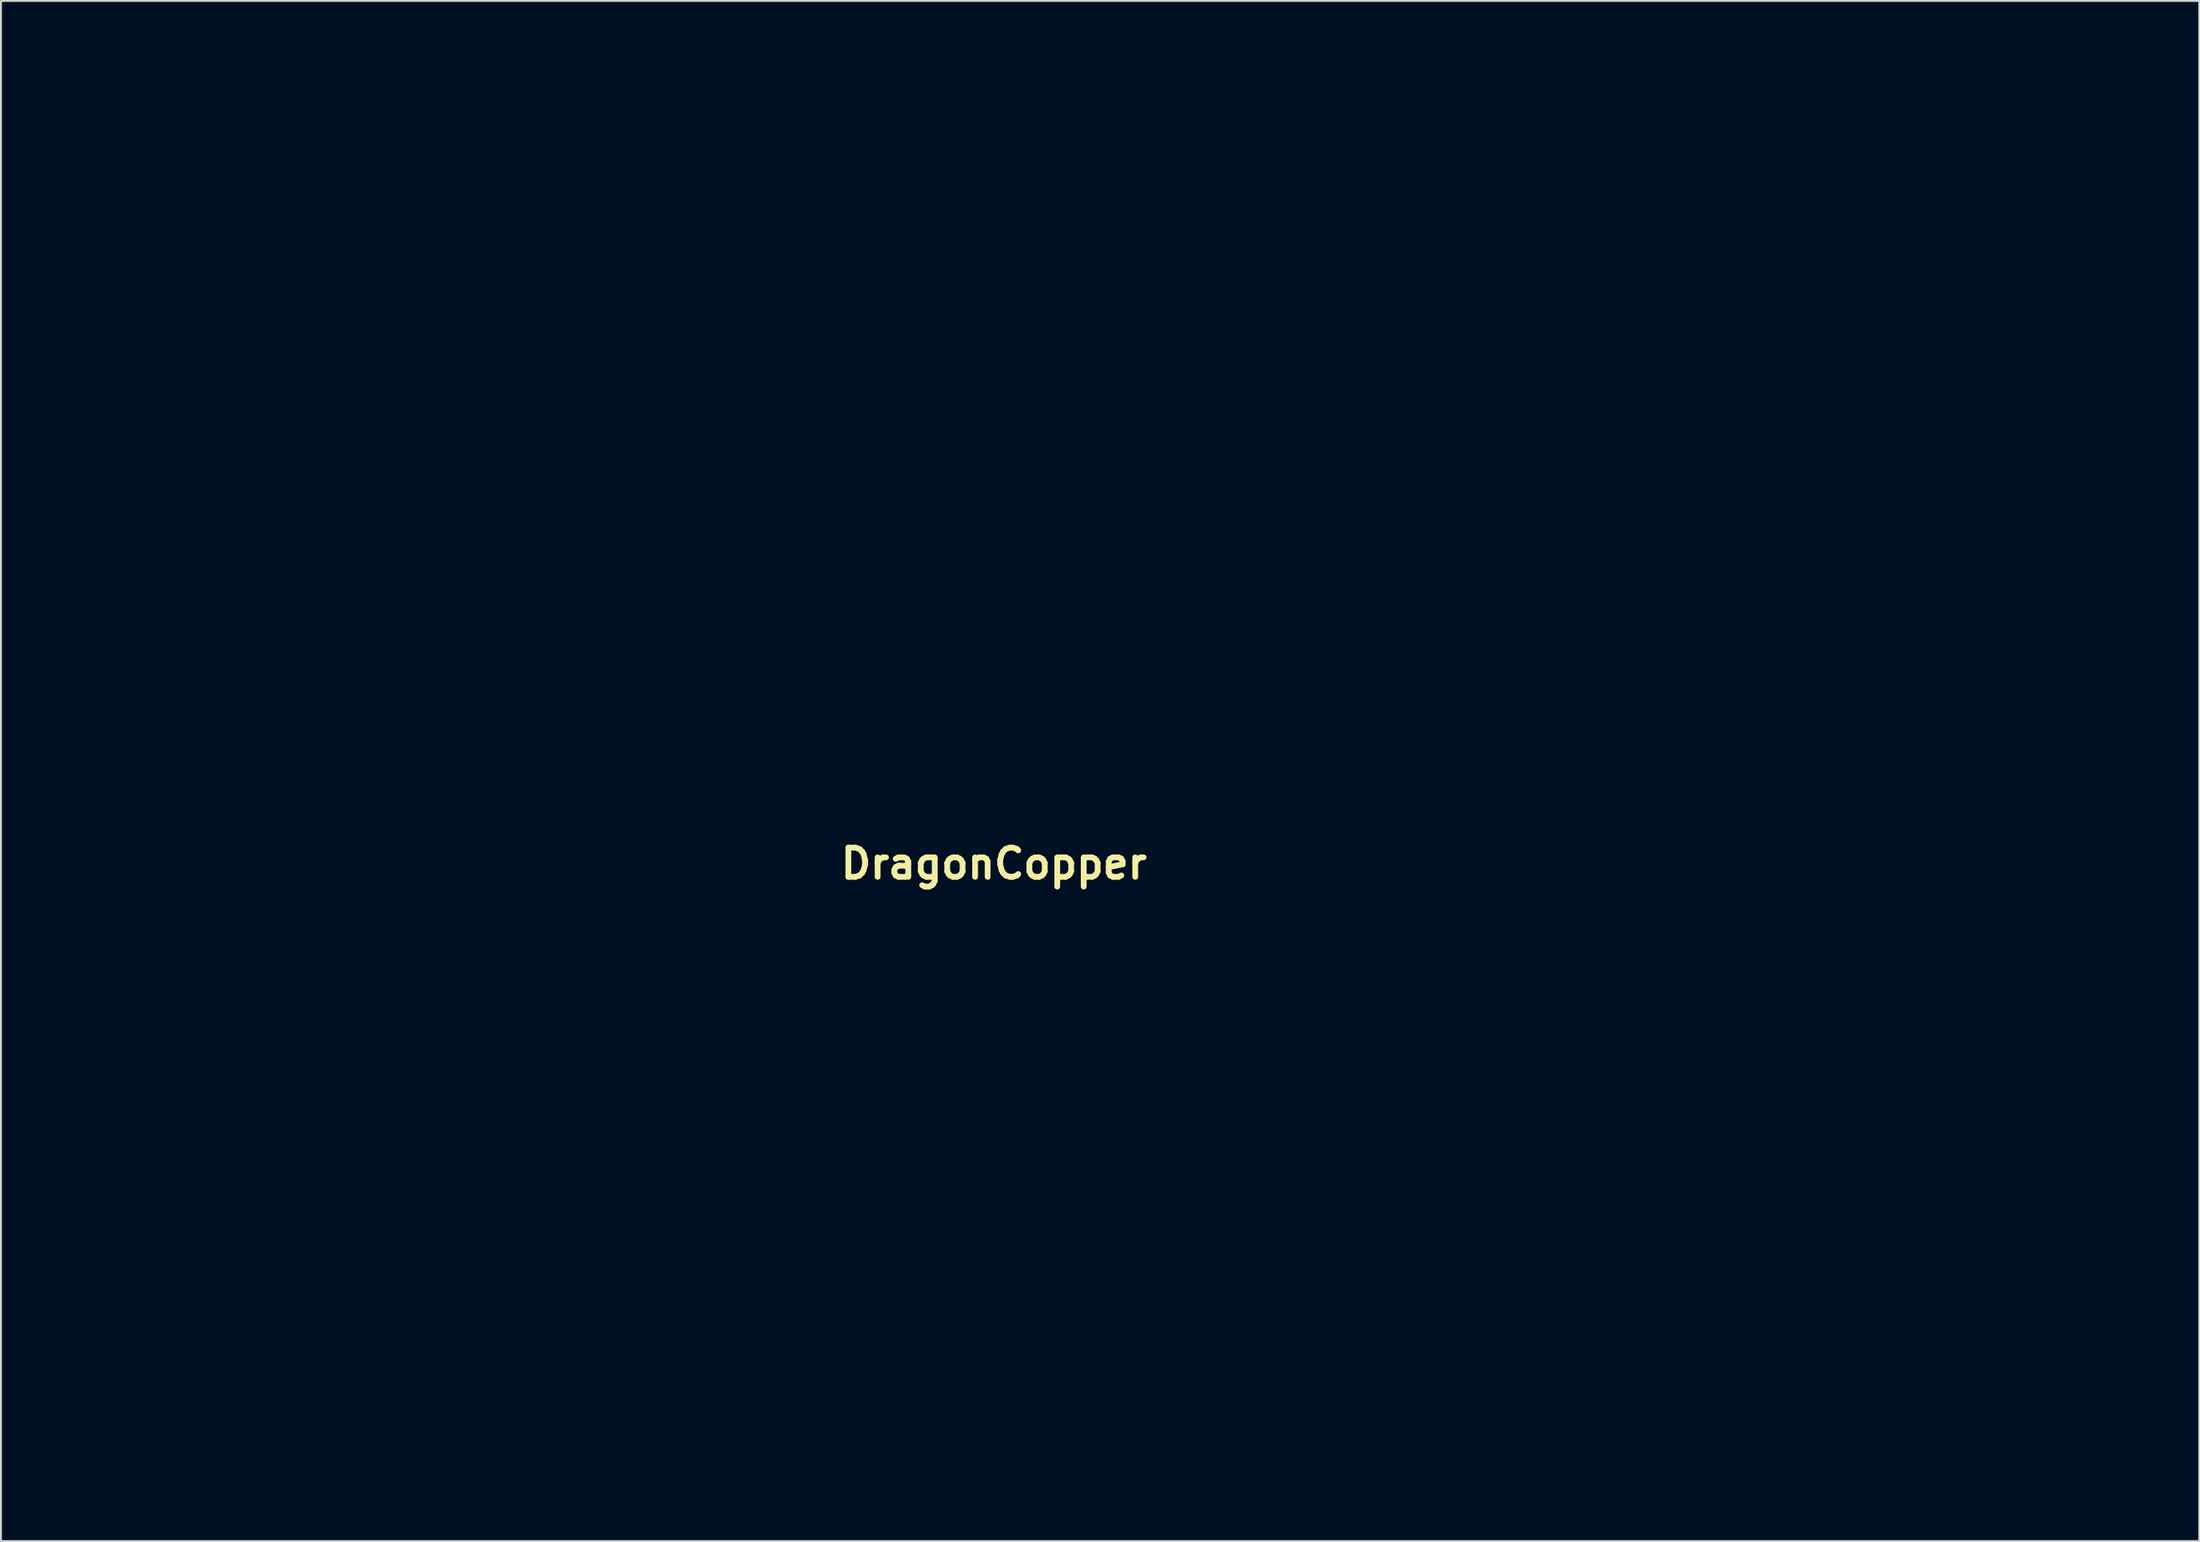
<source format=kicad_pcb>
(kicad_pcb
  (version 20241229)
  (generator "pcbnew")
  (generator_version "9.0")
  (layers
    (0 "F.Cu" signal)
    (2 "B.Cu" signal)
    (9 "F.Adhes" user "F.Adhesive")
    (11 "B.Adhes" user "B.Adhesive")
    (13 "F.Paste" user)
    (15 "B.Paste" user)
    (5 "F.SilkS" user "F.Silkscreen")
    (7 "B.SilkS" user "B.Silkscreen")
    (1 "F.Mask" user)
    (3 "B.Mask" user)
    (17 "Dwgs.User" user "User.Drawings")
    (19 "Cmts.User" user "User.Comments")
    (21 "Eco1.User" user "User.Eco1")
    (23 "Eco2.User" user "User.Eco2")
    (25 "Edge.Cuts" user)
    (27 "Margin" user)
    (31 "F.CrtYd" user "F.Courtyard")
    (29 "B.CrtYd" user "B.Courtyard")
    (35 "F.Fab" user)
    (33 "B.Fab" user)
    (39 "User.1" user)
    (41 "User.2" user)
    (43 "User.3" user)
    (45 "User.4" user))
  (footprint "DragonCopper"
    (layer "F.Cu")
    (at 48.748 41.961)
    (property "Reference" "DragonCopper" (at 0 0 0) (layer "F.SilkS") (effects (font (size 1.524 1.524) (thickness 0.3))))
    (attr through_hole)
    (fp_poly (pts (xy -31.862 -38.702) (xy -31.874 -38.677) (xy -31.908 -38.629) (xy -31.929 -38.609) (xy -31.955 -38.593) (xy -31.962 -38.609) (xy -31.962 -38.614) (xy -31.945 -38.647) (xy -31.907 -38.681) (xy -31.87 -38.704) (xy -31.862 -38.702)) (stroke (width 0.01) (type solid)) (fill yes) (layer "F.Mask"))
    (fp_poly (pts (xy -42.569 -36.454) (xy -42.535 -36.409) (xy -42.489 -36.344) (xy -42.459 -36.299) (xy -42.347 -36.128) (xy -42.389 -35.913) (xy -42.43 -35.698) (xy -42.758 -36.187) (xy -42.679 -36.329) (xy -42.64 -36.396) (xy -42.608 -36.446) (xy -42.588 -36.469) (xy -42.586 -36.47) (xy -42.569 -36.454)) (stroke (width 0.01) (type solid)) (fill yes) (layer "F.Mask"))
    (fp_poly (pts (xy 34.767 -19.719) (xy 34.754 -19.669) (xy 34.736 -19.615) (xy 34.691 -19.501) (xy 34.631 -19.375) (xy 34.564 -19.249) (xy 34.496 -19.134) (xy 34.432 -19.043) (xy 34.407 -19.013) (xy 34.318 -18.914) (xy 34.123 -19.204) (xy 34.443 -19.476) (xy 34.541 -19.559) (xy 34.628 -19.631) (xy 34.698 -19.688) (xy 34.747 -19.726) (xy 34.769 -19.741) (xy 34.77 -19.741) (xy 34.767 -19.719)) (stroke (width 0.01) (type solid)) (fill yes) (layer "F.Mask"))
    (fp_poly (pts (xy 33.69 -33.295) (xy 33.741 -33.198) (xy 33.805 -33.074) (xy 33.877 -32.933) (xy 33.952 -32.787) (xy 34.022 -32.646) (xy 34.023 -32.644) (xy 34.227 -32.237) (xy 33.474 -32.237) (xy 33.48 -32.401) (xy 33.485 -32.514) (xy 33.492 -32.647) (xy 33.5 -32.792) (xy 33.509 -32.941) (xy 33.518 -33.085) (xy 33.527 -33.215) (xy 33.536 -33.323) (xy 33.543 -33.401) (xy 33.546 -33.422) (xy 33.56 -33.539) (xy 33.69 -33.295)) (stroke (width 0.01) (type solid)) (fill yes) (layer "F.Mask"))
    (fp_poly (pts (xy 34.76 -18.535) (xy 34.834 -18.527) (xy 34.914 -18.515) (xy 34.991 -18.502) (xy 35.051 -18.489) (xy 35.074 -18.482) (xy 35.09 -18.471) (xy 35.083 -18.452) (xy 35.048 -18.421) (xy 35.006 -18.389) (xy 34.944 -18.347) (xy 34.891 -18.318) (xy 34.863 -18.309) (xy 34.833 -18.325) (xy 34.788 -18.366) (xy 34.747 -18.416) (xy 34.707 -18.473) (xy 34.682 -18.516) (xy 34.679 -18.536) (xy 34.704 -18.539) (xy 34.76 -18.535)) (stroke (width 0.01) (type solid)) (fill yes) (layer "F.Mask"))
    (fp_poly (pts (xy -45.188 -29.189) (xy -45.119 -29.083) (xy -45.059 -28.988) (xy -45.01 -28.911) (xy -44.976 -28.857) (xy -44.963 -28.832) (xy -44.967 -28.803) (xy -44.985 -28.75) (xy -45.011 -28.684) (xy -45.042 -28.616) (xy -45.072 -28.557) (xy -45.095 -28.519) (xy -45.105 -28.512) (xy -45.12 -28.528) (xy -45.154 -28.574) (xy -45.2 -28.642) (xy -45.255 -28.725) (xy -45.26 -28.732) (xy -45.403 -28.952) (xy -45.402 -29.235) (xy -45.402 -29.517) (xy -45.188 -29.189)) (stroke (width 0.01) (type solid)) (fill yes) (layer "F.Mask"))
    (fp_poly (pts (xy -45.168 -28.354) (xy -45.185 -28.314) (xy -45.218 -28.245) (xy -45.252 -28.177) (xy -45.296 -28.091) (xy -45.332 -28.022) (xy -45.356 -27.976) (xy -45.366 -27.961) (xy -45.38 -27.977) (xy -45.397 -28.003) (xy -45.415 -28.052) (xy -45.423 -28.117) (xy -45.424 -28.127) (xy -45.423 -28.162) (xy -45.419 -28.189) (xy -45.403 -28.213) (xy -45.372 -28.241) (xy -45.319 -28.278) (xy -45.239 -28.331) (xy -45.205 -28.353) (xy -45.18 -28.368) (xy -45.167 -28.37) (xy -45.168 -28.354)) (stroke (width 0.01) (type solid)) (fill yes) (layer "F.Mask"))
    (fp_poly (pts (xy -43.811 -31.119) (xy -43.83 -31.074) (xy -43.863 -31.005) (xy -43.907 -30.919) (xy -43.913 -30.906) (xy -43.961 -30.817) (xy -44.003 -30.743) (xy -44.034 -30.692) (xy -44.051 -30.671) (xy -44.051 -30.671) (xy -44.07 -30.687) (xy -44.1 -30.727) (xy -44.11 -30.742) (xy -44.144 -30.806) (xy -44.154 -30.857) (xy -44.136 -30.903) (xy -44.087 -30.952) (xy -44.004 -31.011) (xy -43.992 -31.02) (xy -43.918 -31.067) (xy -43.857 -31.106) (xy -43.818 -31.129) (xy -43.81 -31.133) (xy -43.811 -31.119)) (stroke (width 0.01) (type solid)) (fill yes) (layer "F.Mask"))
    (fp_poly (pts (xy -40.283 -33.003) (xy -40.249 -32.958) (xy -40.202 -32.892) (xy -40.147 -32.811) (xy -40.008 -32.602) (xy -40.128 -32.578) (xy -40.203 -32.562) (xy -40.266 -32.548) (xy -40.293 -32.542) (xy -40.323 -32.542) (xy -40.354 -32.565) (xy -40.394 -32.618) (xy -40.404 -32.634) (xy -40.44 -32.692) (xy -40.464 -32.736) (xy -40.471 -32.752) (xy -40.46 -32.777) (xy -40.433 -32.825) (xy -40.397 -32.884) (xy -40.359 -32.943) (xy -40.325 -32.991) (xy -40.303 -33.018) (xy -40.299 -33.02) (xy -40.283 -33.003)) (stroke (width 0.01) (type solid)) (fill yes) (layer "F.Mask"))
    (fp_poly (pts (xy -37.393 -34.398) (xy -37.417 -34.38) (xy -37.469 -34.345) (xy -37.543 -34.296) (xy -37.632 -34.238) (xy -37.73 -34.174) (xy -37.83 -34.109) (xy -37.926 -34.046) (xy -38.012 -33.991) (xy -38.081 -33.947) (xy -38.127 -33.918) (xy -38.144 -33.909) (xy -38.159 -33.926) (xy -38.19 -33.969) (xy -38.231 -34.029) (xy -38.232 -34.031) (xy -38.31 -34.152) (xy -38.041 -34.219) (xy -37.916 -34.251) (xy -37.782 -34.288) (xy -37.658 -34.324) (xy -37.573 -34.35) (xy -37.492 -34.376) (xy -37.431 -34.393) (xy -37.397 -34.4) (xy -37.393 -34.398)) (stroke (width 0.01) (type solid)) (fill yes) (layer "F.Mask"))
    (fp_poly (pts (xy 14.192 -37.629) (xy 14.264 -37.613) (xy 14.357 -37.585) (xy 14.474 -37.542) (xy 14.619 -37.484) (xy 14.796 -37.41) (xy 14.872 -37.377) (xy 15.213 -37.23) (xy 15.238 -37.141) (xy 15.257 -37.077) (xy 15.272 -37.025) (xy 15.275 -37.015) (xy 15.276 -37.002) (xy 15.266 -36.993) (xy 15.242 -36.986) (xy 15.197 -36.982) (xy 15.126 -36.98) (xy 15.024 -36.978) (xy 14.885 -36.978) (xy 14.875 -36.978) (xy 14.466 -36.978) (xy 14.406 -37.1) (xy 14.331 -37.243) (xy 14.252 -37.376) (xy 14.175 -37.489) (xy 14.122 -37.555) (xy 14.05 -37.634) (xy 14.136 -37.634) (xy 14.192 -37.629)) (stroke (width 0.01) (type solid)) (fill yes) (layer "F.Mask"))
    (fp_poly (pts (xy 40.152 -26.614) (xy 40.254 -26.588) (xy 40.322 -26.55) (xy 40.386 -26.471) (xy 40.419 -26.373) (xy 40.422 -26.265) (xy 40.396 -26.156) (xy 40.342 -26.054) (xy 40.262 -25.97) (xy 40.255 -25.965) (xy 40.176 -25.929) (xy 40.074 -25.914) (xy 39.962 -25.921) (xy 39.866 -25.945) (xy 39.728 -26.012) (xy 39.621 -26.103) (xy 39.604 -26.124) (xy 39.57 -26.184) (xy 39.538 -26.269) (xy 39.512 -26.363) (xy 39.498 -26.448) (xy 39.497 -26.472) (xy 39.5 -26.513) (xy 39.516 -26.538) (xy 39.554 -26.557) (xy 39.608 -26.575) (xy 39.746 -26.606) (xy 39.888 -26.623) (xy 40.027 -26.626) (xy 40.152 -26.614)) (stroke (width 0.01) (type solid)) (fill yes) (layer "F.Mask"))
    (fp_poly (pts (xy 5.548 3.233) (xy 5.473 3.382) (xy 5.391 3.542) (xy 5.305 3.707) (xy 5.218 3.873) (xy 5.133 4.031) (xy 5.054 4.177) (xy 4.984 4.304) (xy 4.926 4.407) (xy 4.884 4.479) (xy 4.878 4.489) (xy 4.839 4.542) (xy 4.801 4.566) (xy 4.757 4.572) (xy 4.696 4.562) (xy 4.623 4.537) (xy 4.595 4.524) (xy 4.519 4.476) (xy 4.424 4.399) (xy 4.318 4.302) (xy 4.207 4.189) (xy 4.096 4.068) (xy 3.993 3.945) (xy 3.955 3.896) (xy 3.789 3.653) (xy 3.659 3.409) (xy 3.558 3.15) (xy 3.483 2.873) (xy 3.471 2.815) (xy 5.758 2.815) (xy 5.548 3.233)) (stroke (width 0.01) (type solid)) (fill yes) (layer "F.Mask"))
    (fp_poly (pts (xy 37.09 -25.484) (xy 37.186 -25.443) (xy 37.248 -25.388) (xy 37.337 -25.263) (xy 37.391 -25.137) (xy 37.41 -25.015) (xy 37.394 -24.901) (xy 37.344 -24.8) (xy 37.259 -24.718) (xy 37.252 -24.714) (xy 37.152 -24.66) (xy 37.037 -24.618) (xy 36.918 -24.591) (xy 36.806 -24.58) (xy 36.711 -24.586) (xy 36.658 -24.605) (xy 36.603 -24.65) (xy 36.545 -24.723) (xy 36.486 -24.813) (xy 36.433 -24.911) (xy 36.39 -25.009) (xy 36.362 -25.096) (xy 36.353 -25.164) (xy 36.357 -25.187) (xy 36.395 -25.242) (xy 36.473 -25.302) (xy 36.588 -25.367) (xy 36.674 -25.407) (xy 36.836 -25.466) (xy 36.974 -25.492) (xy 37.09 -25.484)) (stroke (width 0.01) (type solid)) (fill yes) (layer "F.Mask"))
    (fp_poly (pts (xy 40.797 -14.924) (xy 40.813 -14.86) (xy 40.827 -14.775) (xy 40.84 -14.682) (xy 40.848 -14.59) (xy 40.851 -14.52) (xy 40.834 -14.307) (xy 40.784 -14.106) (xy 40.704 -13.925) (xy 40.595 -13.771) (xy 40.49 -13.674) (xy 40.382 -13.615) (xy 40.273 -13.596) (xy 40.196 -13.608) (xy 40.17 -13.619) (xy 40.154 -13.639) (xy 40.15 -13.673) (xy 40.157 -13.726) (xy 40.175 -13.804) (xy 40.207 -13.913) (xy 40.239 -14.016) (xy 40.319 -14.246) (xy 40.409 -14.454) (xy 40.506 -14.635) (xy 40.607 -14.782) (xy 40.655 -14.838) (xy 40.71 -14.896) (xy 40.754 -14.937) (xy 40.78 -14.956) (xy 40.783 -14.956) (xy 40.797 -14.924)) (stroke (width 0.01) (type solid)) (fill yes) (layer "F.Mask"))
    (fp_poly (pts (xy 57.001 1.2) (xy 57.121 1.23) (xy 57.326 1.306) (xy 57.49 1.394) (xy 57.615 1.496) (xy 57.701 1.613) (xy 57.749 1.744) (xy 57.76 1.891) (xy 57.759 1.904) (xy 57.738 2.038) (xy 57.697 2.137) (xy 57.632 2.208) (xy 57.609 2.223) (xy 57.514 2.259) (xy 57.407 2.256) (xy 57.287 2.213) (xy 57.284 2.211) (xy 57.197 2.156) (xy 57.097 2.073) (xy 56.991 1.969) (xy 56.886 1.855) (xy 56.791 1.738) (xy 56.712 1.626) (xy 56.658 1.529) (xy 56.65 1.509) (xy 56.627 1.407) (xy 56.638 1.315) (xy 56.682 1.243) (xy 56.699 1.229) (xy 56.772 1.195) (xy 56.875 1.186) (xy 57.001 1.2)) (stroke (width 0.01) (type solid)) (fill yes) (layer "F.Mask"))
    (fp_poly (pts (xy -46.812 -30.5) (xy -46.8 -30.338) (xy -46.786 -30.172) (xy -46.772 -30.012) (xy -46.759 -29.869) (xy -46.748 -29.754) (xy -46.745 -29.729) (xy -46.735 -29.627) (xy -46.727 -29.542) (xy -46.722 -29.482) (xy -46.721 -29.454) (xy -46.721 -29.454) (xy -46.739 -29.442) (xy -46.786 -29.412) (xy -46.852 -29.369) (xy -46.911 -29.331) (xy -47.096 -29.21) (xy -47.096 -29.268) (xy -47.093 -29.327) (xy -47.087 -29.419) (xy -47.078 -29.537) (xy -47.066 -29.671) (xy -47.053 -29.814) (xy -47.039 -29.957) (xy -47.024 -30.091) (xy -47.011 -30.208) (xy -46.999 -30.299) (xy -46.999 -30.301) (xy -46.978 -30.429) (xy -46.951 -30.574) (xy -46.921 -30.712) (xy -46.908 -30.765) (xy -46.851 -30.995) (xy -46.812 -30.5)) (stroke (width 0.01) (type solid)) (fill yes) (layer "F.Mask"))
    (fp_poly (pts (xy -44.903 -34.75) (xy -44.902 -34.727) (xy -44.907 -34.675) (xy -44.916 -34.607) (xy -44.929 -34.496) (xy -44.941 -34.352) (xy -44.953 -34.186) (xy -44.963 -34.006) (xy -44.971 -33.823) (xy -44.976 -33.645) (xy -44.979 -33.484) (xy -44.979 -33.45) (xy -44.98 -33.307) (xy -44.983 -33.202) (xy -44.989 -33.13) (xy -44.997 -33.086) (xy -45.009 -33.066) (xy -45.018 -33.063) (xy -45.035 -33.08) (xy -45.069 -33.125) (xy -45.116 -33.193) (xy -45.171 -33.275) (xy -45.174 -33.28) (xy -45.316 -33.496) (xy -45.265 -33.771) (xy -45.223 -33.975) (xy -45.178 -34.164) (xy -45.13 -34.333) (xy -45.082 -34.478) (xy -45.034 -34.594) (xy -44.988 -34.676) (xy -44.962 -34.707) (xy -44.925 -34.738) (xy -44.904 -34.75) (xy -44.903 -34.75)) (stroke (width 0.01) (type solid)) (fill yes) (layer "F.Mask"))
    (fp_poly (pts (xy 35.747 -18.542) (xy 35.742 -18.512) (xy 35.724 -18.453) (xy 35.694 -18.373) (xy 35.657 -18.281) (xy 35.615 -18.184) (xy 35.574 -18.093) (xy 35.535 -18.016) (xy 35.526 -17.999) (xy 35.482 -17.925) (xy 35.43 -17.846) (xy 35.376 -17.771) (xy 35.328 -17.709) (xy 35.289 -17.667) (xy 35.268 -17.654) (xy 35.25 -17.67) (xy 35.214 -17.712) (xy 35.169 -17.773) (xy 35.162 -17.783) (xy 35.116 -17.849) (xy 35.08 -17.904) (xy 35.061 -17.936) (xy 35.06 -17.938) (xy 35.072 -17.96) (xy 35.113 -18.004) (xy 35.179 -18.069) (xy 35.265 -18.149) (xy 35.369 -18.24) (xy 35.395 -18.263) (xy 35.496 -18.349) (xy 35.586 -18.424) (xy 35.661 -18.484) (xy 35.715 -18.524) (xy 35.743 -18.542) (xy 35.747 -18.542)) (stroke (width 0.01) (type solid)) (fill yes) (layer "F.Mask"))
    (fp_poly (pts (xy -43.174 -32.157) (xy -43.199 -32.114) (xy -43.239 -32.052) (xy -43.26 -32.02) (xy -43.339 -31.899) (xy -43.429 -31.754) (xy -43.523 -31.601) (xy -43.61 -31.452) (xy -43.683 -31.323) (xy -43.69 -31.311) (xy -43.727 -31.246) (xy -43.756 -31.199) (xy -43.772 -31.179) (xy -43.773 -31.179) (xy -43.788 -31.196) (xy -43.821 -31.241) (xy -43.867 -31.307) (xy -43.91 -31.372) (xy -43.962 -31.452) (xy -44.006 -31.52) (xy -44.035 -31.566) (xy -44.044 -31.583) (xy -44.029 -31.598) (xy -43.984 -31.632) (xy -43.915 -31.681) (xy -43.828 -31.742) (xy -43.728 -31.81) (xy -43.622 -31.882) (xy -43.515 -31.954) (xy -43.413 -32.021) (xy -43.321 -32.081) (xy -43.246 -32.129) (xy -43.193 -32.161) (xy -43.169 -32.173) (xy -43.168 -32.173) (xy -43.174 -32.157)) (stroke (width 0.01) (type solid)) (fill yes) (layer "F.Mask"))
    (fp_poly (pts (xy 36.971 -15.375) (xy 36.951 -15.181) (xy 36.919 -14.974) (xy 36.875 -14.763) (xy 36.823 -14.559) (xy 36.765 -14.371) (xy 36.704 -14.211) (xy 36.671 -14.14) (xy 36.622 -14.045) (xy 36.586 -13.983) (xy 36.556 -13.952) (xy 36.524 -13.949) (xy 36.483 -13.97) (xy 36.424 -14.011) (xy 36.406 -14.025) (xy 36.311 -14.099) (xy 36.221 -14.178) (xy 36.142 -14.254) (xy 36.079 -14.324) (xy 36.038 -14.379) (xy 36.026 -14.411) (xy 36.038 -14.462) (xy 36.071 -14.539) (xy 36.122 -14.633) (xy 36.185 -14.738) (xy 36.256 -14.844) (xy 36.293 -14.894) (xy 36.359 -14.978) (xy 36.441 -15.074) (xy 36.533 -15.176) (xy 36.628 -15.277) (xy 36.72 -15.371) (xy 36.804 -15.452) (xy 36.872 -15.512) (xy 36.916 -15.545) (xy 36.985 -15.585) (xy 36.971 -15.375)) (stroke (width 0.01) (type solid)) (fill yes) (layer "F.Mask"))
    (fp_poly (pts (xy -32.75 -41.956) (xy -32.753 -41.921) (xy -32.775 -41.853) (xy -32.813 -41.756) (xy -32.865 -41.633) (xy -32.93 -41.491) (xy -33.005 -41.332) (xy -33.089 -41.16) (xy -33.108 -41.122) (xy -33.17 -41) (xy -33.226 -40.893) (xy -33.274 -40.804) (xy -33.31 -40.741) (xy -33.331 -40.707) (xy -33.335 -40.703) (xy -33.352 -40.72) (xy -33.387 -40.767) (xy -33.439 -40.839) (xy -33.502 -40.931) (xy -33.574 -41.037) (xy -33.592 -41.065) (xy -33.675 -41.191) (xy -33.736 -41.286) (xy -33.777 -41.355) (xy -33.8 -41.402) (xy -33.808 -41.43) (xy -33.803 -41.445) (xy -33.802 -41.446) (xy -33.754 -41.474) (xy -33.68 -41.514) (xy -33.584 -41.563) (xy -33.474 -41.619) (xy -33.354 -41.678) (xy -33.231 -41.738) (xy -33.11 -41.796) (xy -32.998 -41.849) (xy -32.9 -41.895) (xy -32.822 -41.929) (xy -32.77 -41.951) (xy -32.75 -41.956) (xy -32.75 -41.956)) (stroke (width 0.01) (type solid)) (fill yes) (layer "F.Mask"))
    (fp_poly (pts (xy 18.254 -37.39) (xy 18.306 -37.351) (xy 18.385 -37.288) (xy 18.434 -37.249) (xy 18.71 -37.04) (xy 19.022 -36.829) (xy 19.362 -36.621) (xy 19.723 -36.419) (xy 20.099 -36.227) (xy 20.482 -36.048) (xy 20.632 -35.984) (xy 20.734 -35.939) (xy 20.801 -35.904) (xy 20.837 -35.877) (xy 20.849 -35.854) (xy 20.849 -35.853) (xy 20.847 -35.82) (xy 20.844 -35.814) (xy 20.824 -35.823) (xy 20.771 -35.849) (xy 20.689 -35.889) (xy 20.583 -35.942) (xy 20.456 -36.004) (xy 20.313 -36.075) (xy 20.204 -36.129) (xy 19.94 -36.262) (xy 19.709 -36.38) (xy 19.505 -36.488) (xy 19.322 -36.589) (xy 19.154 -36.686) (xy 18.994 -36.783) (xy 18.838 -36.882) (xy 18.799 -36.907) (xy 18.627 -37.022) (xy 18.489 -37.119) (xy 18.384 -37.2) (xy 18.307 -37.267) (xy 18.258 -37.323) (xy 18.239 -37.352) (xy 18.222 -37.387) (xy 18.216 -37.406) (xy 18.226 -37.407) (xy 18.254 -37.39)) (stroke (width 0.01) (type solid)) (fill yes) (layer "F.Mask"))
    (fp_poly (pts (xy -42.28 12.408) (xy -42.123 12.436) (xy -42.009 12.478) (xy -41.898 12.547) (xy -41.797 12.637) (xy -41.716 12.736) (xy -41.663 12.836) (xy -41.656 12.857) (xy -41.64 12.993) (xy -41.662 13.131) (xy -41.722 13.267) (xy -41.816 13.398) (xy -41.942 13.522) (xy -42.097 13.635) (xy -42.279 13.733) (xy -42.39 13.78) (xy -42.602 13.869) (xy -42.777 13.956) (xy -42.92 14.046) (xy -43.036 14.142) (xy -43.13 14.246) (xy -43.131 14.249) (xy -43.225 14.385) (xy -43.297 14.522) (xy -43.352 14.671) (xy -43.395 14.846) (xy -43.411 14.931) (xy -43.448 15.141) (xy -43.522 15.005) (xy -43.639 14.756) (xy -43.715 14.507) (xy -43.75 14.255) (xy -43.744 13.998) (xy -43.719 13.827) (xy -43.651 13.555) (xy -43.552 13.304) (xy -43.427 13.077) (xy -43.277 12.877) (xy -43.104 12.707) (xy -42.911 12.57) (xy -42.701 12.468) (xy -42.6 12.435) (xy -42.444 12.407) (xy -42.28 12.408)) (stroke (width 0.01) (type solid)) (fill yes) (layer "F.Mask"))
    (fp_poly (pts (xy -14.58 29.74) (xy -14.461 29.774) (xy -14.452 29.779) (xy -14.365 29.832) (xy -14.289 29.905) (xy -14.219 30.005) (xy -14.146 30.139) (xy -14.14 30.152) (xy -14.074 30.307) (xy -14.032 30.448) (xy -14.01 30.593) (xy -14.006 30.745) (xy -14.028 30.965) (xy -14.091 31.18) (xy -14.193 31.386) (xy -14.331 31.581) (xy -14.504 31.76) (xy -14.709 31.922) (xy -14.74 31.942) (xy -14.984 32.079) (xy -15.253 32.186) (xy -15.538 32.259) (xy -15.769 32.291) (xy -15.928 32.305) (xy -15.734 32.123) (xy -15.584 31.97) (xy -15.467 31.822) (xy -15.383 31.674) (xy -15.329 31.519) (xy -15.303 31.35) (xy -15.305 31.162) (xy -15.331 30.949) (xy -15.36 30.8) (xy -15.399 30.577) (xy -15.418 30.388) (xy -15.414 30.229) (xy -15.387 30.098) (xy -15.338 29.992) (xy -15.266 29.907) (xy -15.258 29.9) (xy -15.15 29.83) (xy -15.016 29.776) (xy -14.869 29.742) (xy -14.72 29.73) (xy -14.58 29.74)) (stroke (width 0.01) (type solid)) (fill yes) (layer "F.Mask"))
    (fp_poly (pts (xy 34.624 -22.425) (xy 34.689 -22.381) (xy 34.768 -22.325) (xy 34.852 -22.262) (xy 34.929 -22.2) (xy 34.992 -22.146) (xy 35.018 -22.122) (xy 35.069 -22.06) (xy 35.084 -22.016) (xy 35.082 -22.006) (xy 35.058 -21.974) (xy 35.006 -21.922) (xy 34.932 -21.853) (xy 34.84 -21.773) (xy 34.736 -21.686) (xy 34.627 -21.597) (xy 34.517 -21.509) (xy 34.412 -21.429) (xy 34.318 -21.36) (xy 34.24 -21.308) (xy 34.223 -21.297) (xy 34.143 -21.262) (xy 34.033 -21.231) (xy 33.904 -21.207) (xy 33.77 -21.192) (xy 33.669 -21.188) (xy 33.518 -21.188) (xy 33.72 -21.323) (xy 33.835 -21.407) (xy 33.951 -21.503) (xy 34.05 -21.597) (xy 34.064 -21.612) (xy 34.121 -21.676) (xy 34.17 -21.739) (xy 34.216 -21.809) (xy 34.266 -21.896) (xy 34.323 -22.006) (xy 34.376 -22.114) (xy 34.438 -22.24) (xy 34.486 -22.333) (xy 34.522 -22.395) (xy 34.548 -22.432) (xy 34.568 -22.448) (xy 34.581 -22.448) (xy 34.624 -22.425)) (stroke (width 0.01) (type solid)) (fill yes) (layer "F.Mask"))
    (fp_poly (pts (xy 56.599 3.423) (xy 56.651 3.451) (xy 56.753 3.527) (xy 56.85 3.617) (xy 56.929 3.711) (xy 56.983 3.799) (xy 56.991 3.817) (xy 57.015 3.906) (xy 57.011 3.984) (xy 56.975 4.059) (xy 56.906 4.138) (xy 56.826 4.206) (xy 56.74 4.277) (xy 56.639 4.361) (xy 56.541 4.446) (xy 56.504 4.478) (xy 56.27 4.676) (xy 56.048 4.843) (xy 55.829 4.985) (xy 55.605 5.107) (xy 55.425 5.19) (xy 55.275 5.25) (xy 55.155 5.284) (xy 55.062 5.293) (xy 54.991 5.279) (xy 54.949 5.249) (xy 54.912 5.185) (xy 54.909 5.108) (xy 54.939 5.028) (xy 54.963 4.995) (xy 55.002 4.956) (xy 55.066 4.899) (xy 55.146 4.833) (xy 55.226 4.772) (xy 55.407 4.626) (xy 55.579 4.473) (xy 55.739 4.316) (xy 55.883 4.159) (xy 56.006 4.008) (xy 56.106 3.865) (xy 56.179 3.735) (xy 56.221 3.623) (xy 56.227 3.594) (xy 56.26 3.497) (xy 56.32 3.429) (xy 56.4 3.393) (xy 56.495 3.39) (xy 56.599 3.423)) (stroke (width 0.01) (type solid)) (fill yes) (layer "F.Mask"))
    (fp_poly (pts (xy 57.822 3.52) (xy 57.96 3.574) (xy 58.032 3.607) (xy 58.264 3.731) (xy 58.475 3.869) (xy 58.661 4.017) (xy 58.818 4.17) (xy 58.941 4.326) (xy 59.004 4.434) (xy 59.045 4.521) (xy 59.07 4.587) (xy 59.082 4.65) (xy 59.086 4.726) (xy 59.086 4.772) (xy 59.079 4.913) (xy 59.056 5.022) (xy 59.014 5.108) (xy 58.967 5.165) (xy 58.916 5.207) (xy 58.863 5.225) (xy 58.805 5.228) (xy 58.714 5.217) (xy 58.642 5.188) (xy 58.611 5.167) (xy 58.579 5.142) (xy 58.545 5.108) (xy 58.503 5.062) (xy 58.452 4.999) (xy 58.388 4.916) (xy 58.307 4.809) (xy 58.205 4.673) (xy 58.162 4.614) (xy 58.065 4.485) (xy 57.966 4.355) (xy 57.87 4.232) (xy 57.785 4.124) (xy 57.715 4.038) (xy 57.693 4.012) (xy 57.601 3.9) (xy 57.539 3.809) (xy 57.505 3.735) (xy 57.495 3.67) (xy 57.507 3.609) (xy 57.516 3.588) (xy 57.56 3.528) (xy 57.624 3.497) (xy 57.71 3.494) (xy 57.822 3.52)) (stroke (width 0.01) (type solid)) (fill yes) (layer "F.Mask"))
    (fp_poly (pts (xy -33.469 -37.681) (xy -33.434 -37.637) (xy -33.387 -37.571) (xy -33.348 -37.514) (xy -33.226 -37.329) (xy -33.307 -37.258) (xy -33.386 -37.195) (xy -33.495 -37.116) (xy -33.626 -37.023) (xy -33.774 -36.923) (xy -33.932 -36.82) (xy -34.092 -36.719) (xy -34.224 -36.638) (xy -34.315 -36.584) (xy -34.424 -36.522) (xy -34.545 -36.454) (xy -34.672 -36.384) (xy -34.8 -36.315) (xy -34.922 -36.25) (xy -35.032 -36.192) (xy -35.126 -36.144) (xy -35.197 -36.11) (xy -35.24 -36.091) (xy -35.249 -36.089) (xy -35.263 -36.106) (xy -35.296 -36.153) (xy -35.344 -36.223) (xy -35.403 -36.311) (xy -35.448 -36.38) (xy -35.514 -36.483) (xy -35.576 -36.577) (xy -35.626 -36.655) (xy -35.662 -36.71) (xy -35.674 -36.728) (xy -35.712 -36.785) (xy -35.556 -36.832) (xy -35.344 -36.901) (xy -35.103 -36.989) (xy -34.839 -37.091) (xy -34.562 -37.206) (xy -34.278 -37.33) (xy -33.995 -37.46) (xy -33.869 -37.52) (xy -33.754 -37.575) (xy -33.652 -37.623) (xy -33.569 -37.662) (xy -33.512 -37.687) (xy -33.486 -37.698) (xy -33.486 -37.698) (xy -33.469 -37.681)) (stroke (width 0.01) (type solid)) (fill yes) (layer "F.Mask"))
    (fp_poly (pts (xy -27.197 11.268) (xy -26.999 11.307) (xy -26.803 11.378) (xy -26.617 11.48) (xy -26.444 11.611) (xy -26.29 11.77) (xy -26.259 11.809) (xy -26.102 12.046) (xy -25.984 12.297) (xy -25.906 12.563) (xy -25.868 12.843) (xy -25.869 13.138) (xy -25.91 13.448) (xy -25.919 13.494) (xy -25.942 13.6) (xy -25.961 13.666) (xy -25.978 13.696) (xy -25.997 13.692) (xy -26.02 13.655) (xy -26.046 13.6) (xy -26.132 13.412) (xy -26.205 13.26) (xy -26.269 13.139) (xy -26.326 13.046) (xy -26.377 12.976) (xy -26.404 12.946) (xy -26.524 12.847) (xy -26.675 12.767) (xy -26.862 12.703) (xy -26.965 12.677) (xy -27.194 12.626) (xy -27.385 12.581) (xy -27.542 12.54) (xy -27.67 12.501) (xy -27.771 12.463) (xy -27.85 12.423) (xy -27.91 12.38) (xy -27.956 12.331) (xy -27.992 12.275) (xy -28.02 12.21) (xy -28.045 12.136) (xy -28.084 11.957) (xy -28.084 11.796) (xy -28.047 11.652) (xy -27.972 11.527) (xy -27.861 11.422) (xy -27.763 11.362) (xy -27.585 11.294) (xy -27.395 11.263) (xy -27.197 11.268)) (stroke (width 0.01) (type solid)) (fill yes) (layer "F.Mask"))
    (fp_poly (pts (xy 44.087 7.036) (xy 44.277 7.059) (xy 44.454 7.094) (xy 44.584 7.134) (xy 44.751 7.213) (xy 44.921 7.329) (xy 45.098 7.483) (xy 45.16 7.544) (xy 45.356 7.766) (xy 45.513 7.992) (xy 45.633 8.228) (xy 45.719 8.477) (xy 45.728 8.51) (xy 45.741 8.58) (xy 45.751 8.668) (xy 45.758 8.764) (xy 45.762 8.86) (xy 45.762 8.946) (xy 45.758 9.013) (xy 45.75 9.053) (xy 45.744 9.059) (xy 45.725 9.044) (xy 45.681 9.003) (xy 45.617 8.938) (xy 45.536 8.854) (xy 45.443 8.755) (xy 45.349 8.655) (xy 44.972 8.251) (xy 44.515 8.264) (xy 44.358 8.268) (xy 44.194 8.274) (xy 44.035 8.279) (xy 43.894 8.284) (xy 43.783 8.289) (xy 43.781 8.289) (xy 43.503 8.301) (xy 43.349 8.114) (xy 43.223 7.945) (xy 43.135 7.791) (xy 43.087 7.649) (xy 43.077 7.519) (xy 43.105 7.399) (xy 43.171 7.287) (xy 43.197 7.256) (xy 43.285 7.176) (xy 43.389 7.116) (xy 43.522 7.07) (xy 43.566 7.059) (xy 43.718 7.036) (xy 43.896 7.028) (xy 44.087 7.036)) (stroke (width 0.01) (type solid)) (fill yes) (layer "F.Mask"))
    (fp_poly (pts (xy -41.703 -35.141) (xy -41.669 -35.095) (xy -41.62 -35.025) (xy -41.561 -34.939) (xy -41.495 -34.841) (xy -41.426 -34.739) (xy -41.36 -34.638) (xy -41.299 -34.545) (xy -41.248 -34.465) (xy -41.211 -34.405) (xy -41.192 -34.371) (xy -41.19 -34.366) (xy -41.206 -34.339) (xy -41.247 -34.298) (xy -41.302 -34.252) (xy -41.359 -34.21) (xy -41.408 -34.181) (xy -41.432 -34.173) (xy -41.467 -34.161) (xy -41.527 -34.13) (xy -41.604 -34.084) (xy -41.671 -34.04) (xy -41.866 -33.909) (xy -41.953 -34.038) (xy -41.995 -34.1) (xy -42.023 -34.148) (xy -42.034 -34.171) (xy -42.034 -34.172) (xy -42.014 -34.185) (xy -41.967 -34.217) (xy -41.899 -34.263) (xy -41.825 -34.311) (xy -41.745 -34.365) (xy -41.679 -34.409) (xy -41.633 -34.439) (xy -41.617 -34.45) (xy -41.625 -34.469) (xy -41.652 -34.514) (xy -41.693 -34.579) (xy -41.718 -34.616) (xy -41.768 -34.691) (xy -41.808 -34.755) (xy -41.834 -34.797) (xy -41.838 -34.807) (xy -41.837 -34.838) (xy -41.823 -34.894) (xy -41.802 -34.964) (xy -41.776 -35.036) (xy -41.751 -35.1) (xy -41.73 -35.145) (xy -41.718 -35.158) (xy -41.703 -35.141)) (stroke (width 0.01) (type solid)) (fill yes) (layer "F.Mask"))
    (fp_poly (pts (xy -36.559 -41.428) (xy -36.531 -41.388) (xy -36.528 -41.384) (xy -36.506 -41.342) (xy -36.509 -41.314) (xy -36.54 -41.28) (xy -36.548 -41.273) (xy -36.618 -41.204) (xy -36.703 -41.113) (xy -36.795 -41.011) (xy -36.887 -40.903) (xy -36.973 -40.799) (xy -37.045 -40.706) (xy -37.097 -40.633) (xy -37.108 -40.616) (xy -37.184 -40.476) (xy -37.265 -40.306) (xy -37.346 -40.115) (xy -37.424 -39.913) (xy -37.455 -39.825) (xy -37.488 -39.732) (xy -37.516 -39.654) (xy -37.538 -39.599) (xy -37.548 -39.577) (xy -37.563 -39.589) (xy -37.596 -39.631) (xy -37.645 -39.698) (xy -37.704 -39.785) (xy -37.756 -39.865) (xy -37.821 -39.966) (xy -37.876 -40.056) (xy -37.919 -40.127) (xy -37.945 -40.175) (xy -37.952 -40.191) (xy -37.937 -40.23) (xy -37.894 -40.291) (xy -37.827 -40.372) (xy -37.742 -40.468) (xy -37.642 -40.573) (xy -37.531 -40.685) (xy -37.414 -40.798) (xy -37.295 -40.907) (xy -37.179 -41.009) (xy -37.084 -41.087) (xy -36.989 -41.161) (xy -36.891 -41.235) (xy -36.796 -41.304) (xy -36.711 -41.364) (xy -36.642 -41.41) (xy -36.594 -41.438) (xy -36.578 -41.444) (xy -36.559 -41.428)) (stroke (width 0.01) (type solid)) (fill yes) (layer "F.Mask"))
    (fp_poly (pts (xy -25.285 20.245) (xy -25.126 20.293) (xy -24.989 20.371) (xy -24.917 20.432) (xy -24.825 20.55) (xy -24.764 20.685) (xy -24.732 20.846) (xy -24.728 20.891) (xy -24.724 20.982) (xy -24.728 21.048) (xy -24.743 21.106) (xy -24.771 21.173) (xy -24.848 21.292) (xy -24.961 21.39) (xy -25.11 21.466) (xy -25.241 21.508) (xy -25.287 21.515) (xy -25.367 21.523) (xy -25.475 21.53) (xy -25.604 21.537) (xy -25.745 21.543) (xy -25.813 21.545) (xy -26.3 21.559) (xy -26.437 21.625) (xy -26.525 21.671) (xy -26.602 21.722) (xy -26.677 21.785) (xy -26.755 21.865) (xy -26.843 21.969) (xy -26.947 22.102) (xy -26.952 22.109) (xy -27.153 22.373) (xy -27.168 22.083) (xy -27.176 21.887) (xy -27.175 21.726) (xy -27.165 21.593) (xy -27.146 21.481) (xy -27.117 21.383) (xy -27.109 21.361) (xy -27.043 21.222) (xy -26.956 21.072) (xy -26.857 20.927) (xy -26.758 20.804) (xy -26.752 20.797) (xy -26.594 20.646) (xy -26.42 20.517) (xy -26.233 20.41) (xy -26.039 20.326) (xy -25.842 20.267) (xy -25.648 20.233) (xy -25.46 20.226) (xy -25.285 20.245)) (stroke (width 0.01) (type solid)) (fill yes) (layer "F.Mask"))
    (fp_poly (pts (xy -35.711 18.999) (xy -35.588 19.033) (xy -35.464 19.084) (xy -35.347 19.147) (xy -35.248 19.217) (xy -35.176 19.289) (xy -35.153 19.325) (xy -35.126 19.416) (xy -35.118 19.535) (xy -35.128 19.672) (xy -35.154 19.82) (xy -35.196 19.967) (xy -35.252 20.106) (xy -35.263 20.128) (xy -35.379 20.312) (xy -35.532 20.483) (xy -35.718 20.637) (xy -35.934 20.773) (xy -36.176 20.888) (xy -36.44 20.98) (xy -36.639 21.03) (xy -36.753 21.048) (xy -36.894 21.062) (xy -37.048 21.07) (xy -37.203 21.073) (xy -37.344 21.07) (xy -37.457 21.061) (xy -37.465 21.06) (xy -37.559 21.044) (xy -37.669 21.022) (xy -37.761 21.002) (xy -37.92 20.963) (xy -37.647 20.872) (xy -37.438 20.797) (xy -37.265 20.725) (xy -37.124 20.649) (xy -37.01 20.565) (xy -36.916 20.468) (xy -36.838 20.353) (xy -36.772 20.216) (xy -36.71 20.051) (xy -36.681 19.96) (xy -36.626 19.788) (xy -36.574 19.648) (xy -36.522 19.53) (xy -36.465 19.424) (xy -36.413 19.34) (xy -36.296 19.194) (xy -36.163 19.086) (xy -36.017 19.017) (xy -35.859 18.987) (xy -35.823 18.986) (xy -35.711 18.999)) (stroke (width 0.01) (type solid)) (fill yes) (layer "F.Mask"))
    (fp_poly (pts (xy 39.93 2.609) (xy 40.235 2.642) (xy 40.533 2.711) (xy 40.819 2.814) (xy 41.086 2.95) (xy 41.328 3.116) (xy 41.444 3.215) (xy 41.484 3.25) (xy 41.513 3.278) (xy 41.527 3.298) (xy 41.525 3.312) (xy 41.501 3.318) (xy 41.452 3.319) (xy 41.375 3.313) (xy 41.266 3.302) (xy 41.121 3.285) (xy 40.965 3.267) (xy 40.475 3.211) (xy 40.087 3.556) (xy 39.913 3.71) (xy 39.766 3.836) (xy 39.642 3.938) (xy 39.536 4.018) (xy 39.444 4.079) (xy 39.362 4.121) (xy 39.286 4.149) (xy 39.213 4.163) (xy 39.136 4.167) (xy 39.054 4.162) (xy 39 4.156) (xy 38.88 4.139) (xy 38.77 4.12) (xy 38.681 4.101) (xy 38.623 4.083) (xy 38.618 4.081) (xy 38.563 4.038) (xy 38.507 3.962) (xy 38.453 3.865) (xy 38.407 3.755) (xy 38.373 3.643) (xy 38.355 3.538) (xy 38.354 3.503) (xy 38.368 3.391) (xy 38.412 3.285) (xy 38.488 3.181) (xy 38.601 3.073) (xy 38.67 3.019) (xy 38.891 2.866) (xy 39.107 2.751) (xy 39.324 2.671) (xy 39.551 2.624) (xy 39.796 2.607) (xy 39.93 2.609)) (stroke (width 0.01) (type solid)) (fill yes) (layer "F.Mask"))
    (fp_poly (pts (xy -3.189 15.594) (xy -3.003 15.64) (xy -2.842 15.714) (xy -2.71 15.815) (xy -2.608 15.942) (xy -2.58 15.992) (xy -2.544 16.07) (xy -2.525 16.131) (xy -2.52 16.193) (xy -2.524 16.274) (xy -2.55 16.425) (xy -2.603 16.567) (xy -2.68 16.692) (xy -2.773 16.791) (xy -2.87 16.852) (xy -2.966 16.882) (xy -3.103 16.905) (xy -3.279 16.921) (xy -3.491 16.929) (xy -3.694 16.93) (xy -3.825 16.931) (xy -3.945 16.934) (xy -4.044 16.94) (xy -4.115 16.947) (xy -4.138 16.951) (xy -4.224 16.981) (xy -4.303 17.023) (xy -4.38 17.082) (xy -4.459 17.163) (xy -4.544 17.269) (xy -4.64 17.404) (xy -4.75 17.573) (xy -4.75 17.574) (xy -4.805 17.659) (xy -4.851 17.73) (xy -4.884 17.78) (xy -4.9 17.801) (xy -4.9 17.801) (xy -4.905 17.782) (xy -4.911 17.729) (xy -4.918 17.652) (xy -4.922 17.598) (xy -4.927 17.291) (xy -4.894 17.001) (xy -4.823 16.726) (xy -4.721 16.478) (xy -4.59 16.249) (xy -4.44 16.056) (xy -4.269 15.896) (xy -4.072 15.766) (xy -3.99 15.724) (xy -3.815 15.65) (xy -3.654 15.604) (xy -3.493 15.582) (xy -3.397 15.579) (xy -3.189 15.594)) (stroke (width 0.01) (type solid)) (fill yes) (layer "F.Mask"))
    (fp_poly (pts (xy 32.744 15.181) (xy 32.901 15.236) (xy 33.05 15.322) (xy 33.149 15.403) (xy 33.211 15.465) (xy 33.257 15.525) (xy 33.287 15.59) (xy 33.305 15.668) (xy 33.312 15.767) (xy 33.31 15.894) (xy 33.304 16.008) (xy 33.292 16.252) (xy 33.285 16.456) (xy 33.285 16.625) (xy 33.291 16.761) (xy 33.304 16.868) (xy 33.323 16.948) (xy 33.325 16.954) (xy 33.377 17.057) (xy 33.465 17.168) (xy 33.58 17.281) (xy 33.72 17.392) (xy 33.867 17.488) (xy 33.953 17.54) (xy 34.029 17.587) (xy 34.086 17.623) (xy 34.11 17.64) (xy 34.152 17.673) (xy 34.11 17.67) (xy 34.063 17.666) (xy 33.996 17.661) (xy 33.972 17.66) (xy 33.839 17.646) (xy 33.684 17.623) (xy 33.524 17.595) (xy 33.375 17.564) (xy 33.255 17.533) (xy 33.023 17.45) (xy 32.805 17.339) (xy 32.605 17.206) (xy 32.424 17.053) (xy 32.265 16.883) (xy 32.129 16.701) (xy 32.019 16.511) (xy 31.938 16.315) (xy 31.888 16.117) (xy 31.87 15.92) (xy 31.887 15.729) (xy 31.941 15.547) (xy 31.963 15.498) (xy 32.048 15.371) (xy 32.157 15.273) (xy 32.287 15.205) (xy 32.432 15.166) (xy 32.586 15.158) (xy 32.744 15.181)) (stroke (width 0.01) (type solid)) (fill yes) (layer "F.Mask"))
    (fp_poly (pts (xy 47.056 1.135) (xy 47.128 1.145) (xy 47.195 1.167) (xy 47.247 1.191) (xy 47.372 1.266) (xy 47.458 1.349) (xy 47.506 1.437) (xy 47.513 1.53) (xy 47.49 1.601) (xy 47.458 1.653) (xy 47.413 1.696) (xy 47.352 1.73) (xy 47.269 1.757) (xy 47.16 1.777) (xy 47.02 1.792) (xy 46.846 1.803) (xy 46.718 1.809) (xy 46.455 1.822) (xy 46.194 1.842) (xy 45.944 1.866) (xy 45.715 1.894) (xy 45.515 1.925) (xy 45.451 1.938) (xy 45.29 1.967) (xy 45.162 1.983) (xy 45.057 1.986) (xy 44.968 1.976) (xy 44.905 1.96) (xy 44.823 1.931) (xy 44.751 1.896) (xy 44.675 1.846) (xy 44.604 1.794) (xy 44.504 1.704) (xy 44.438 1.612) (xy 44.407 1.522) (xy 44.412 1.44) (xy 44.455 1.369) (xy 44.457 1.367) (xy 44.473 1.352) (xy 44.49 1.341) (xy 44.515 1.332) (xy 44.552 1.325) (xy 44.606 1.32) (xy 44.682 1.316) (xy 44.786 1.313) (xy 44.922 1.31) (xy 45.087 1.307) (xy 45.547 1.29) (xy 45.968 1.258) (xy 46.354 1.211) (xy 46.598 1.169) (xy 46.711 1.151) (xy 46.834 1.138) (xy 46.943 1.133) (xy 46.958 1.132) (xy 47.056 1.135)) (stroke (width 0.01) (type solid)) (fill yes) (layer "F.Mask"))
    (fp_poly (pts (xy -11.16 25.038) (xy -10.978 25.085) (xy -10.969 25.088) (xy -10.758 25.184) (xy -10.564 25.316) (xy -10.393 25.481) (xy -10.247 25.674) (xy -10.13 25.893) (xy -10.1 25.967) (xy -10.047 26.118) (xy -10.012 26.257) (xy -9.992 26.399) (xy -9.984 26.56) (xy -9.984 26.638) (xy -9.998 26.868) (xy -10.037 27.082) (xy -10.106 27.29) (xy -10.207 27.5) (xy -10.342 27.72) (xy -10.343 27.721) (xy -10.413 27.824) (xy -10.462 27.891) (xy -10.494 27.922) (xy -10.512 27.918) (xy -10.518 27.879) (xy -10.517 27.803) (xy -10.512 27.718) (xy -10.509 27.479) (xy -10.532 27.27) (xy -10.584 27.084) (xy -10.665 26.919) (xy -10.777 26.768) (xy -10.792 26.751) (xy -10.832 26.709) (xy -10.875 26.669) (xy -10.927 26.626) (xy -10.991 26.578) (xy -11.072 26.521) (xy -11.176 26.45) (xy -11.308 26.364) (xy -11.433 26.283) (xy -11.57 26.191) (xy -11.674 26.11) (xy -11.75 26.035) (xy -11.803 25.959) (xy -11.838 25.877) (xy -11.86 25.781) (xy -11.865 25.746) (xy -11.869 25.637) (xy -11.857 25.513) (xy -11.832 25.39) (xy -11.797 25.288) (xy -11.789 25.272) (xy -11.712 25.165) (xy -11.607 25.087) (xy -11.478 25.039) (xy -11.328 25.023) (xy -11.16 25.038)) (stroke (width 0.01) (type solid)) (fill yes) (layer "F.Mask"))
    (fp_poly (pts (xy 7.724 25.116) (xy 7.817 25.157) (xy 7.914 25.23) (xy 7.977 25.291) (xy 8.105 25.445) (xy 8.195 25.603) (xy 8.251 25.774) (xy 8.274 25.967) (xy 8.276 26.035) (xy 8.256 26.258) (xy 8.196 26.48) (xy 8.102 26.696) (xy 7.974 26.901) (xy 7.818 27.091) (xy 7.636 27.262) (xy 7.431 27.409) (xy 7.207 27.527) (xy 7.176 27.54) (xy 7.103 27.567) (xy 7.009 27.594) (xy 6.9 27.621) (xy 6.785 27.647) (xy 6.67 27.67) (xy 6.563 27.688) (xy 6.47 27.701) (xy 6.399 27.707) (xy 6.358 27.704) (xy 6.35 27.697) (xy 6.364 27.679) (xy 6.404 27.635) (xy 6.465 27.573) (xy 6.541 27.496) (xy 6.612 27.425) (xy 6.734 27.302) (xy 6.828 27.199) (xy 6.897 27.11) (xy 6.944 27.027) (xy 6.973 26.945) (xy 6.989 26.855) (xy 6.994 26.752) (xy 6.994 26.712) (xy 6.99 26.613) (xy 6.98 26.517) (xy 6.962 26.413) (xy 6.933 26.288) (xy 6.912 26.204) (xy 6.864 25.999) (xy 6.837 25.827) (xy 6.83 25.683) (xy 6.844 25.562) (xy 6.88 25.461) (xy 6.938 25.374) (xy 6.978 25.332) (xy 7.056 25.276) (xy 7.164 25.221) (xy 7.289 25.172) (xy 7.421 25.134) (xy 7.546 25.11) (xy 7.626 25.104) (xy 7.724 25.116)) (stroke (width 0.01) (type solid)) (fill yes) (layer "F.Mask"))
    (fp_poly (pts (xy 42.431 13.207) (xy 42.586 13.249) (xy 42.727 13.319) (xy 42.863 13.422) (xy 42.937 13.493) (xy 43.071 13.646) (xy 43.174 13.799) (xy 43.253 13.967) (xy 43.277 14.034) (xy 43.336 14.275) (xy 43.357 14.523) (xy 43.339 14.775) (xy 43.284 15.026) (xy 43.194 15.269) (xy 43.069 15.501) (xy 42.918 15.706) (xy 42.857 15.775) (xy 42.788 15.848) (xy 42.717 15.918) (xy 42.649 15.982) (xy 42.59 16.033) (xy 42.547 16.066) (xy 42.525 16.076) (xy 42.524 16.073) (xy 42.527 16.046) (xy 42.535 15.985) (xy 42.548 15.897) (xy 42.564 15.791) (xy 42.581 15.672) (xy 42.6 15.551) (xy 42.618 15.432) (xy 42.635 15.325) (xy 42.648 15.238) (xy 42.659 15.176) (xy 42.663 15.153) (xy 42.664 15.133) (xy 42.656 15.11) (xy 42.635 15.08) (xy 42.598 15.039) (xy 42.541 14.983) (xy 42.461 14.909) (xy 42.353 14.812) (xy 42.318 14.78) (xy 42.131 14.611) (xy 41.976 14.465) (xy 41.852 14.343) (xy 41.756 14.241) (xy 41.689 14.158) (xy 41.647 14.094) (xy 41.635 14.065) (xy 41.618 13.973) (xy 41.617 13.858) (xy 41.631 13.737) (xy 41.657 13.626) (xy 41.675 13.578) (xy 41.755 13.446) (xy 41.866 13.339) (xy 42 13.259) (xy 42.152 13.21) (xy 42.313 13.195) (xy 42.431 13.207)) (stroke (width 0.01) (type solid)) (fill yes) (layer "F.Mask"))
    (fp_poly (pts (xy -21.558 28.988) (xy -21.391 29.047) (xy -21.325 29.078) (xy -21.194 29.154) (xy -21.095 29.239) (xy -21.02 29.339) (xy -21.007 29.362) (xy -20.955 29.498) (xy -20.941 29.645) (xy -20.963 29.799) (xy -21.02 29.954) (xy -21.112 30.103) (xy -21.138 30.136) (xy -21.257 30.256) (xy -21.408 30.368) (xy -21.576 30.463) (xy -21.752 30.537) (xy -21.899 30.576) (xy -21.984 30.588) (xy -22.102 30.596) (xy -22.241 30.602) (xy -22.393 30.604) (xy -22.547 30.604) (xy -22.694 30.601) (xy -22.822 30.594) (xy -22.923 30.585) (xy -22.932 30.584) (xy -23.102 30.553) (xy -23.245 30.511) (xy -23.38 30.453) (xy -23.504 30.383) (xy -23.616 30.312) (xy -23.725 30.242) (xy -23.823 30.175) (xy -23.907 30.115) (xy -23.971 30.067) (xy -24.008 30.034) (xy -24.016 30.02) (xy -23.991 30.017) (xy -23.932 30.018) (xy -23.846 30.022) (xy -23.739 30.029) (xy -23.653 30.035) (xy -23.478 30.047) (xy -23.337 30.051) (xy -23.224 30.048) (xy -23.131 30.036) (xy -23.052 30.016) (xy -22.992 29.993) (xy -22.899 29.937) (xy -22.79 29.845) (xy -22.668 29.718) (xy -22.534 29.56) (xy -22.459 29.464) (xy -22.337 29.31) (xy -22.231 29.189) (xy -22.137 29.098) (xy -22.052 29.033) (xy -21.986 28.997) (xy -21.861 28.963) (xy -21.717 28.96) (xy -21.558 28.988)) (stroke (width 0.01) (type solid)) (fill yes) (layer "F.Mask"))
    (fp_poly (pts (xy -37.615 -36.461) (xy -37.599 -36.44) (xy -37.563 -36.391) (xy -37.513 -36.316) (xy -37.45 -36.222) (xy -37.378 -36.115) (xy -37.301 -35.998) (xy -37.222 -35.877) (xy -37.144 -35.758) (xy -37.072 -35.646) (xy -37.007 -35.545) (xy -36.954 -35.462) (xy -36.917 -35.4) (xy -36.898 -35.366) (xy -36.896 -35.362) (xy -36.919 -35.351) (xy -36.975 -35.326) (xy -37.059 -35.291) (xy -37.165 -35.247) (xy -37.287 -35.197) (xy -37.42 -35.143) (xy -37.557 -35.087) (xy -37.693 -35.032) (xy -37.798 -34.99) (xy -37.938 -34.935) (xy -38.042 -34.896) (xy -38.113 -34.872) (xy -38.152 -34.863) (xy -38.162 -34.867) (xy -38.152 -34.88) (xy -38.127 -34.898) (xy -38.075 -34.935) (xy -38.003 -34.983) (xy -37.935 -35.029) (xy -37.84 -35.096) (xy -37.779 -35.145) (xy -37.754 -35.177) (xy -37.754 -35.185) (xy -37.771 -35.213) (xy -37.807 -35.267) (xy -37.854 -35.339) (xy -37.894 -35.398) (xy -37.944 -35.476) (xy -37.981 -35.541) (xy -38 -35.586) (xy -38.001 -35.602) (xy -37.977 -35.619) (xy -37.926 -35.655) (xy -37.855 -35.703) (xy -37.788 -35.748) (xy -37.592 -35.879) (xy -37.72 -36.069) (xy -37.773 -36.15) (xy -37.818 -36.219) (xy -37.848 -36.268) (xy -37.858 -36.287) (xy -37.847 -36.311) (xy -37.81 -36.347) (xy -37.758 -36.388) (xy -37.701 -36.426) (xy -37.651 -36.453) (xy -37.618 -36.462) (xy -37.615 -36.461)) (stroke (width 0.01) (type solid)) (fill yes) (layer "F.Mask"))
    (fp_poly (pts (xy 0.789 24.378) (xy 0.891 24.393) (xy 0.974 24.424) (xy 1.049 24.475) (xy 1.128 24.55) (xy 1.141 24.564) (xy 1.247 24.702) (xy 1.313 24.847) (xy 1.342 25.005) (xy 1.343 25.061) (xy 1.338 25.163) (xy 1.319 25.251) (xy 1.282 25.333) (xy 1.222 25.418) (xy 1.135 25.515) (xy 1.07 25.58) (xy 0.904 25.726) (xy 0.733 25.842) (xy 0.553 25.929) (xy 0.358 25.987) (xy 0.143 26.02) (xy -0.097 26.028) (xy -0.369 26.014) (xy -0.392 26.011) (xy -0.606 25.986) (xy -0.79 25.95) (xy -0.955 25.901) (xy -1.113 25.832) (xy -1.273 25.742) (xy -1.448 25.624) (xy -1.497 25.588) (xy -1.583 25.525) (xy -1.654 25.471) (xy -1.704 25.432) (xy -1.729 25.411) (xy -1.73 25.409) (xy -1.708 25.409) (xy -1.655 25.413) (xy -1.581 25.42) (xy -1.566 25.422) (xy -1.429 25.434) (xy -1.283 25.44) (xy -1.138 25.44) (xy -1.009 25.434) (xy -0.906 25.423) (xy -0.885 25.419) (xy -0.737 25.376) (xy -0.604 25.313) (xy -0.48 25.223) (xy -0.36 25.102) (xy -0.236 24.946) (xy -0.211 24.913) (xy -0.088 24.752) (xy 0.032 24.625) (xy 0.156 24.525) (xy 0.291 24.445) (xy 0.295 24.443) (xy 0.361 24.412) (xy 0.415 24.391) (xy 0.47 24.38) (xy 0.54 24.375) (xy 0.637 24.373) (xy 0.656 24.373) (xy 0.789 24.378)) (stroke (width 0.01) (type solid)) (fill yes) (layer "F.Mask"))
    (fp_poly (pts (xy -28.995 17.051) (xy -28.923 17.059) (xy -28.861 17.075) (xy -28.792 17.103) (xy -28.76 17.118) (xy -28.603 17.215) (xy -28.469 17.345) (xy -28.362 17.502) (xy -28.286 17.681) (xy -28.256 17.797) (xy -28.242 17.927) (xy -28.241 18.08) (xy -28.253 18.244) (xy -28.277 18.4) (xy -28.3 18.5) (xy -28.39 18.751) (xy -28.513 18.995) (xy -28.663 19.223) (xy -28.835 19.427) (xy -29.025 19.601) (xy -29.094 19.653) (xy -29.158 19.696) (xy -29.237 19.745) (xy -29.323 19.796) (xy -29.406 19.844) (xy -29.479 19.884) (xy -29.532 19.91) (xy -29.556 19.918) (xy -29.552 19.9) (xy -29.532 19.852) (xy -29.499 19.779) (xy -29.456 19.69) (xy -29.444 19.666) (xy -29.365 19.504) (xy -29.307 19.37) (xy -29.267 19.257) (xy -29.243 19.158) (xy -29.233 19.067) (xy -29.232 19.024) (xy -29.237 18.928) (xy -29.255 18.836) (xy -29.286 18.74) (xy -29.336 18.636) (xy -29.405 18.518) (xy -29.496 18.38) (xy -29.611 18.219) (xy -29.697 18.101) (xy -29.759 18.01) (xy -29.801 17.939) (xy -29.825 17.881) (xy -29.836 17.829) (xy -29.834 17.776) (xy -29.824 17.717) (xy -29.823 17.711) (xy -29.782 17.57) (xy -29.722 17.434) (xy -29.65 17.314) (xy -29.572 17.223) (xy -29.57 17.222) (xy -29.468 17.141) (xy -29.366 17.088) (xy -29.251 17.06) (xy -29.111 17.05) (xy -29.094 17.05) (xy -28.995 17.051)) (stroke (width 0.01) (type solid)) (fill yes) (layer "F.Mask"))
    (fp_poly (pts (xy 11.133 20.381) (xy 11.318 20.442) (xy 11.495 20.541) (xy 11.661 20.675) (xy 11.812 20.84) (xy 11.946 21.033) (xy 12.058 21.249) (xy 12.142 21.475) (xy 12.164 21.548) (xy 12.179 21.612) (xy 12.19 21.676) (xy 12.196 21.749) (xy 12.199 21.841) (xy 12.2 21.962) (xy 12.2 22.024) (xy 12.2 22.16) (xy 12.198 22.263) (xy 12.193 22.343) (xy 12.184 22.409) (xy 12.171 22.472) (xy 12.152 22.54) (xy 12.142 22.573) (xy 12.089 22.722) (xy 12.023 22.875) (xy 11.948 23.019) (xy 11.872 23.142) (xy 11.813 23.22) (xy 11.767 23.272) (xy 11.741 23.295) (xy 11.728 23.292) (xy 11.72 23.268) (xy 11.719 23.262) (xy 11.713 23.221) (xy 11.707 23.148) (xy 11.701 23.053) (xy 11.695 22.947) (xy 11.695 22.945) (xy 11.683 22.765) (xy 11.669 22.621) (xy 11.649 22.505) (xy 11.623 22.411) (xy 11.59 22.332) (xy 11.589 22.331) (xy 11.526 22.238) (xy 11.426 22.129) (xy 11.288 22.007) (xy 11.115 21.872) (xy 10.949 21.753) (xy 10.767 21.621) (xy 10.621 21.501) (xy 10.511 21.392) (xy 10.434 21.292) (xy 10.403 21.237) (xy 10.377 21.155) (xy 10.36 21.048) (xy 10.353 20.933) (xy 10.359 20.828) (xy 10.369 20.775) (xy 10.423 20.652) (xy 10.51 20.547) (xy 10.624 20.462) (xy 10.758 20.402) (xy 10.905 20.37) (xy 11.059 20.37) (xy 11.133 20.381)) (stroke (width 0.01) (type solid)) (fill yes) (layer "F.Mask"))
    (fp_poly (pts (xy -40.099 -37.926) (xy -40.098 -37.903) (xy -40.101 -37.848) (xy -40.107 -37.77) (xy -40.111 -37.729) (xy -40.131 -37.504) (xy -40.143 -37.279) (xy -40.148 -37.059) (xy -40.146 -36.852) (xy -40.137 -36.664) (xy -40.121 -36.501) (xy -40.098 -36.372) (xy -40.09 -36.34) (xy -40.059 -36.272) (xy -40.013 -36.21) (xy -39.961 -36.167) (xy -39.92 -36.153) (xy -39.894 -36.138) (xy -39.857 -36.1) (xy -39.817 -36.049) (xy -39.78 -35.998) (xy -39.757 -35.956) (xy -39.753 -35.933) (xy -39.754 -35.933) (xy -39.778 -35.916) (xy -39.825 -35.885) (xy -39.881 -35.847) (xy -39.935 -35.812) (xy -39.972 -35.789) (xy -39.979 -35.785) (xy -39.998 -35.794) (xy -40.036 -35.837) (xy -40.094 -35.913) (xy -40.171 -36.024) (xy -40.268 -36.171) (xy -40.273 -36.178) (xy -40.356 -36.306) (xy -40.439 -36.431) (xy -40.516 -36.547) (xy -40.581 -36.646) (xy -40.63 -36.72) (xy -40.642 -36.738) (xy -40.744 -36.889) (xy -40.543 -37.022) (xy -40.462 -37.076) (xy -40.395 -37.123) (xy -40.348 -37.157) (xy -40.331 -37.171) (xy -40.338 -37.195) (xy -40.364 -37.245) (xy -40.406 -37.315) (xy -40.445 -37.374) (xy -40.498 -37.454) (xy -40.542 -37.521) (xy -40.573 -37.568) (xy -40.583 -37.584) (xy -40.57 -37.602) (xy -40.53 -37.637) (xy -40.469 -37.685) (xy -40.396 -37.739) (xy -40.317 -37.795) (xy -40.24 -37.847) (xy -40.173 -37.89) (xy -40.124 -37.918) (xy -40.1 -37.926) (xy -40.099 -37.926)) (stroke (width 0.01) (type solid)) (fill yes) (layer "F.Mask"))
    (fp_poly (pts (xy 29.024 -40.555) (xy 29.125 -40.524) (xy 29.226 -40.479) (xy 29.27 -40.456) (xy 29.438 -40.34) (xy 29.615 -40.189) (xy 29.799 -40.007) (xy 29.986 -39.799) (xy 30.173 -39.569) (xy 30.357 -39.322) (xy 30.534 -39.062) (xy 30.702 -38.795) (xy 30.857 -38.524) (xy 30.996 -38.255) (xy 31.116 -37.993) (xy 31.213 -37.741) (xy 31.276 -37.54) (xy 31.323 -37.333) (xy 31.345 -37.143) (xy 31.341 -36.965) (xy 31.309 -36.792) (xy 31.247 -36.618) (xy 31.155 -36.436) (xy 31.031 -36.24) (xy 30.926 -36.094) (xy 30.852 -36) (xy 30.771 -35.903) (xy 30.689 -35.81) (xy 30.609 -35.725) (xy 30.537 -35.652) (xy 30.476 -35.597) (xy 30.433 -35.564) (xy 30.41 -35.558) (xy 30.409 -35.56) (xy 30.385 -35.637) (xy 30.352 -35.754) (xy 30.31 -35.912) (xy 30.26 -36.108) (xy 30.202 -36.342) (xy 30.186 -36.407) (xy 30.106 -36.725) (xy 30.029 -37.01) (xy 29.951 -37.271) (xy 29.87 -37.518) (xy 29.783 -37.759) (xy 29.725 -37.91) (xy 29.637 -38.124) (xy 29.53 -38.362) (xy 29.412 -38.614) (xy 29.287 -38.866) (xy 29.162 -39.108) (xy 29.041 -39.328) (xy 29.029 -39.349) (xy 28.93 -39.523) (xy 28.852 -39.666) (xy 28.792 -39.783) (xy 28.749 -39.88) (xy 28.719 -39.96) (xy 28.701 -40.03) (xy 28.693 -40.094) (xy 28.691 -40.132) (xy 28.696 -40.22) (xy 28.712 -40.295) (xy 28.745 -40.379) (xy 28.761 -40.411) (xy 28.803 -40.488) (xy 28.843 -40.543) (xy 28.872 -40.566) (xy 28.936 -40.571) (xy 29.024 -40.555)) (stroke (width 0.01) (type solid)) (fill yes) (layer "F.Mask"))
    (fp_poly (pts (xy -35.013 -40.034) (xy -34.878 -39.828) (xy -34.76 -39.647) (xy -34.66 -39.492) (xy -34.579 -39.366) (xy -34.518 -39.268) (xy -34.478 -39.202) (xy -34.46 -39.169) (xy -34.459 -39.166) (xy -34.473 -39.143) (xy -34.512 -39.092) (xy -34.573 -39.018) (xy -34.652 -38.926) (xy -34.746 -38.818) (xy -34.851 -38.701) (xy -34.964 -38.576) (xy -35.05 -38.483) (xy -35.122 -38.409) (xy -35.221 -38.314) (xy -35.338 -38.205) (xy -35.467 -38.089) (xy -35.601 -37.971) (xy -35.714 -37.875) (xy -35.833 -37.775) (xy -35.94 -37.685) (xy -36.033 -37.607) (xy -36.106 -37.546) (xy -36.156 -37.505) (xy -36.179 -37.487) (xy -36.18 -37.486) (xy -36.192 -37.503) (xy -36.225 -37.552) (xy -36.275 -37.627) (xy -36.341 -37.726) (xy -36.419 -37.844) (xy -36.507 -37.977) (xy -36.576 -38.082) (xy -36.671 -38.226) (xy -36.76 -38.361) (xy -36.839 -38.482) (xy -36.906 -38.585) (xy -36.959 -38.664) (xy -36.993 -38.716) (xy -37.004 -38.733) (xy -37.04 -38.789) (xy -36.552 -39.233) (xy -36.431 -39.343) (xy -36.32 -39.443) (xy -36.223 -39.53) (xy -36.143 -39.601) (xy -36.085 -39.652) (xy -36.052 -39.68) (xy -36.047 -39.683) (xy -36.026 -39.671) (xy -35.992 -39.632) (xy -35.963 -39.593) (xy -35.924 -39.54) (xy -35.894 -39.505) (xy -35.882 -39.497) (xy -35.861 -39.508) (xy -35.81 -39.54) (xy -35.734 -39.588) (xy -35.638 -39.651) (xy -35.527 -39.724) (xy -35.448 -39.776) (xy -35.317 -39.862) (xy -35.205 -39.933) (xy -35.116 -39.987) (xy -35.052 -40.021) (xy -35.018 -40.035) (xy -35.013 -40.034)) (stroke (width 0.01) (type solid)) (fill yes) (layer "F.Mask"))
    (fp_poly (pts (xy 47.792 3.416) (xy 47.858 3.424) (xy 47.868 3.425) (xy 48.045 3.466) (xy 48.196 3.533) (xy 48.328 3.631) (xy 48.365 3.667) (xy 48.461 3.78) (xy 48.524 3.889) (xy 48.554 3.989) (xy 48.552 4.077) (xy 48.516 4.149) (xy 48.447 4.201) (xy 48.415 4.214) (xy 48.343 4.226) (xy 48.236 4.23) (xy 48.1 4.224) (xy 47.942 4.21) (xy 47.766 4.188) (xy 47.72 4.181) (xy 47.601 4.168) (xy 47.444 4.159) (xy 47.256 4.154) (xy 47.041 4.152) (xy 46.805 4.153) (xy 46.553 4.158) (xy 46.291 4.166) (xy 46.023 4.176) (xy 45.754 4.189) (xy 45.491 4.205) (xy 45.237 4.222) (xy 44.999 4.242) (xy 44.782 4.263) (xy 44.591 4.286) (xy 44.445 4.308) (xy 44.238 4.334) (xy 44.06 4.336) (xy 43.904 4.315) (xy 43.813 4.289) (xy 43.677 4.23) (xy 43.545 4.154) (xy 43.432 4.068) (xy 43.371 4.009) (xy 43.321 3.928) (xy 43.305 3.844) (xy 43.321 3.766) (xy 43.367 3.704) (xy 43.44 3.666) (xy 43.483 3.66) (xy 43.56 3.657) (xy 43.662 3.655) (xy 43.782 3.655) (xy 43.889 3.657) (xy 44.061 3.659) (xy 44.269 3.656) (xy 44.509 3.649) (xy 44.774 3.639) (xy 45.06 3.625) (xy 45.362 3.607) (xy 45.673 3.588) (xy 45.989 3.565) (xy 46.304 3.541) (xy 46.612 3.515) (xy 46.909 3.487) (xy 47.19 3.458) (xy 47.297 3.446) (xy 47.446 3.43) (xy 47.561 3.419) (xy 47.652 3.414) (xy 47.726 3.413) (xy 47.792 3.416)) (stroke (width 0.01) (type solid)) (fill yes) (layer "F.Mask"))
    (fp_poly (pts (xy 39.069 -28.926) (xy 39.132 -28.915) (xy 39.192 -28.905) (xy 39.283 -28.893) (xy 39.394 -28.879) (xy 39.513 -28.866) (xy 39.542 -28.863) (xy 39.658 -28.849) (xy 39.764 -28.835) (xy 39.852 -28.821) (xy 39.91 -28.808) (xy 39.92 -28.805) (xy 39.998 -28.772) (xy 40.081 -28.72) (xy 40.177 -28.645) (xy 40.289 -28.545) (xy 40.409 -28.428) (xy 40.506 -28.329) (xy 40.579 -28.248) (xy 40.634 -28.177) (xy 40.678 -28.107) (xy 40.716 -28.036) (xy 40.759 -27.943) (xy 40.784 -27.871) (xy 40.796 -27.804) (xy 40.799 -27.738) (xy 40.794 -27.652) (xy 40.777 -27.584) (xy 40.74 -27.513) (xy 40.735 -27.504) (xy 40.645 -27.397) (xy 40.519 -27.301) (xy 40.362 -27.22) (xy 40.177 -27.153) (xy 39.97 -27.103) (xy 39.745 -27.07) (xy 39.506 -27.056) (xy 39.259 -27.062) (xy 39.116 -27.074) (xy 38.923 -27.101) (xy 38.725 -27.139) (xy 38.53 -27.185) (xy 38.348 -27.236) (xy 38.188 -27.291) (xy 38.059 -27.347) (xy 38.027 -27.363) (xy 37.953 -27.409) (xy 37.919 -27.442) (xy 37.924 -27.463) (xy 37.968 -27.473) (xy 38.009 -27.474) (xy 38.124 -27.491) (xy 38.232 -27.537) (xy 38.319 -27.605) (xy 38.349 -27.642) (xy 38.389 -27.74) (xy 38.391 -27.851) (xy 38.354 -27.972) (xy 38.344 -27.995) (xy 38.314 -28.053) (xy 38.295 -28.093) (xy 38.291 -28.104) (xy 38.309 -28.107) (xy 38.357 -28.109) (xy 38.382 -28.109) (xy 38.516 -28.125) (xy 38.639 -28.174) (xy 38.758 -28.26) (xy 38.811 -28.309) (xy 38.912 -28.432) (xy 38.979 -28.562) (xy 39.012 -28.693) (xy 39.007 -28.82) (xy 38.99 -28.881) (xy 38.98 -28.913) (xy 38.985 -28.93) (xy 39.012 -28.934) (xy 39.069 -28.926)) (stroke (width 0.01) (type solid)) (fill yes) (layer "F.Mask"))
    (fp_poly (pts (xy 59.199 2.363) (xy 59.322 2.384) (xy 59.429 2.422) (xy 59.527 2.478) (xy 59.621 2.555) (xy 59.668 2.6) (xy 59.757 2.704) (xy 59.806 2.8) (xy 59.815 2.886) (xy 59.783 2.961) (xy 59.718 3.02) (xy 59.699 3.031) (xy 59.674 3.04) (xy 59.64 3.046) (xy 59.59 3.051) (xy 59.521 3.053) (xy 59.427 3.054) (xy 59.304 3.054) (xy 59.147 3.053) (xy 59.024 3.051) (xy 58.645 3.051) (xy 58.267 3.058) (xy 57.883 3.074) (xy 57.485 3.098) (xy 57.066 3.131) (xy 56.62 3.173) (xy 56.208 3.217) (xy 56.017 3.239) (xy 55.864 3.256) (xy 55.743 3.269) (xy 55.649 3.279) (xy 55.578 3.285) (xy 55.525 3.289) (xy 55.485 3.29) (xy 55.453 3.289) (xy 55.425 3.286) (xy 55.394 3.282) (xy 55.381 3.28) (xy 55.268 3.253) (xy 55.149 3.206) (xy 55.035 3.145) (xy 54.936 3.076) (xy 54.861 3.005) (xy 54.832 2.962) (xy 54.805 2.877) (xy 54.807 2.794) (xy 54.834 2.72) (xy 54.883 2.667) (xy 54.95 2.644) (xy 54.953 2.644) (xy 54.986 2.643) (xy 55.056 2.642) (xy 55.156 2.641) (xy 55.281 2.64) (xy 55.425 2.638) (xy 55.583 2.637) (xy 55.615 2.637) (xy 55.766 2.635) (xy 55.902 2.633) (xy 56.03 2.629) (xy 56.156 2.624) (xy 56.287 2.617) (xy 56.428 2.607) (xy 56.585 2.595) (xy 56.764 2.58) (xy 56.973 2.561) (xy 57.215 2.539) (xy 57.277 2.533) (xy 57.498 2.512) (xy 57.718 2.49) (xy 57.931 2.469) (xy 58.131 2.449) (xy 58.312 2.43) (xy 58.468 2.413) (xy 58.594 2.399) (xy 58.674 2.39) (xy 58.881 2.367) (xy 59.054 2.357) (xy 59.199 2.363)) (stroke (width 0.01) (type solid)) (fill yes) (layer "F.Mask"))
    (fp_poly (pts (xy -31.997 -35.58) (xy -31.86 -35.578) (xy -31.731 -35.576) (xy -31.619 -35.572) (xy -31.532 -35.567) (xy -31.478 -35.562) (xy -31.475 -35.561) (xy -31.424 -35.551) (xy -31.414 -35.545) (xy -31.44 -35.541) (xy -31.509 -35.535) (xy -31.609 -35.523) (xy -31.732 -35.505) (xy -31.869 -35.483) (xy -32.01 -35.459) (xy -32.146 -35.434) (xy -32.205 -35.422) (xy -32.376 -35.384) (xy -32.54 -35.341) (xy -32.703 -35.291) (xy -32.868 -35.231) (xy -33.038 -35.159) (xy -33.218 -35.075) (xy -33.412 -34.975) (xy -33.624 -34.859) (xy -33.857 -34.724) (xy -34.116 -34.569) (xy -34.405 -34.391) (xy -34.475 -34.347) (xy -34.618 -34.257) (xy -34.749 -34.176) (xy -34.865 -34.104) (xy -34.96 -34.046) (xy -35.031 -34.003) (xy -35.074 -33.978) (xy -35.084 -33.972) (xy -35.1 -33.989) (xy -35.132 -34.033) (xy -35.175 -34.096) (xy -35.19 -34.119) (xy -35.234 -34.189) (xy -35.267 -34.246) (xy -35.284 -34.281) (xy -35.285 -34.286) (xy -35.268 -34.305) (xy -35.223 -34.341) (xy -35.156 -34.389) (xy -35.083 -34.439) (xy -34.989 -34.504) (xy -34.925 -34.555) (xy -34.894 -34.589) (xy -34.891 -34.6) (xy -34.907 -34.628) (xy -34.941 -34.683) (xy -34.988 -34.755) (xy -35.03 -34.818) (xy -35.158 -35.009) (xy -35.075 -35.064) (xy -35.038 -35.086) (xy -34.994 -35.106) (xy -34.938 -35.127) (xy -34.864 -35.15) (xy -34.768 -35.175) (xy -34.644 -35.205) (xy -34.487 -35.242) (xy -34.343 -35.274) (xy -34.221 -35.301) (xy -34.084 -35.329) (xy -33.939 -35.358) (xy -33.793 -35.387) (xy -33.652 -35.413) (xy -33.524 -35.437) (xy -33.414 -35.456) (xy -33.331 -35.469) (xy -33.281 -35.475) (xy -33.274 -35.475) (xy -33.244 -35.458) (xy -33.2 -35.41) (xy -33.147 -35.338) (xy -33.139 -35.326) (xy -33.081 -35.245) (xy -33.039 -35.201) (xy -33.014 -35.193) (xy -32.988 -35.209) (xy -32.934 -35.245) (xy -32.857 -35.295) (xy -32.766 -35.356) (xy -32.706 -35.395) (xy -32.424 -35.581) (xy -31.997 -35.58)) (stroke (width 0.01) (type solid)) (fill yes) (layer "F.Mask"))
    (fp_poly (pts (xy -46.005 -26.555) (xy -46.022 -26.499) (xy -46.05 -26.415) (xy -46.087 -26.308) (xy -46.131 -26.183) (xy -46.166 -26.085) (xy -46.279 -25.764) (xy -46.396 -25.422) (xy -46.515 -25.064) (xy -46.634 -24.695) (xy -46.752 -24.322) (xy -46.867 -23.951) (xy -46.976 -23.589) (xy -47.078 -23.24) (xy -47.171 -22.911) (xy -47.254 -22.609) (xy -47.324 -22.338) (xy -47.338 -22.278) (xy -47.394 -22.052) (xy -47.44 -21.864) (xy -47.478 -21.71) (xy -47.508 -21.587) (xy -47.532 -21.492) (xy -47.551 -21.421) (xy -47.564 -21.371) (xy -47.574 -21.339) (xy -47.581 -21.321) (xy -47.582 -21.318) (xy -47.598 -21.32) (xy -47.624 -21.361) (xy -47.661 -21.441) (xy -47.667 -21.455) (xy -47.754 -21.671) (xy -47.846 -21.915) (xy -47.94 -22.182) (xy -48.037 -22.466) (xy -48.133 -22.761) (xy -48.227 -23.063) (xy -48.319 -23.366) (xy -48.405 -23.664) (xy -48.485 -23.953) (xy -48.558 -24.227) (xy -48.62 -24.481) (xy -48.671 -24.709) (xy -48.71 -24.906) (xy -48.726 -25.005) (xy -48.736 -25.084) (xy -48.742 -25.145) (xy -48.743 -25.177) (xy -48.742 -25.179) (xy -48.727 -25.167) (xy -48.697 -25.127) (xy -48.656 -25.066) (xy -48.646 -25.051) (xy -48.602 -24.985) (xy -48.566 -24.937) (xy -48.543 -24.914) (xy -48.541 -24.913) (xy -48.515 -24.924) (xy -48.467 -24.953) (xy -48.418 -24.984) (xy -48.313 -25.055) (xy -48.205 -24.746) (xy -48.107 -24.476) (xy -48.008 -24.229) (xy -47.9 -23.99) (xy -47.782 -23.748) (xy -47.669 -23.537) (xy -47.565 -23.367) (xy -47.469 -23.238) (xy -47.382 -23.151) (xy -47.304 -23.104) (xy -47.234 -23.099) (xy -47.174 -23.135) (xy -47.155 -23.157) (xy -47.141 -23.18) (xy -47.13 -23.209) (xy -47.123 -23.251) (xy -47.119 -23.311) (xy -47.117 -23.397) (xy -47.116 -23.515) (xy -47.116 -23.602) (xy -47.117 -23.745) (xy -47.12 -23.917) (xy -47.125 -24.104) (xy -47.13 -24.293) (xy -47.136 -24.47) (xy -47.138 -24.5) (xy -47.144 -24.675) (xy -47.15 -24.865) (xy -47.154 -25.057) (xy -47.157 -25.237) (xy -47.159 -25.39) (xy -47.159 -25.413) (xy -47.159 -25.817) (xy -46.584 -26.2) (xy -46.445 -26.292) (xy -46.318 -26.376) (xy -46.206 -26.448) (xy -46.115 -26.507) (xy -46.047 -26.549) (xy -46.008 -26.573) (xy -46 -26.576) (xy -46.005 -26.555)) (stroke (width 0.01) (type solid)) (fill yes) (layer "F.Mask"))
    (fp_poly (pts (xy -33.131 -29.965) (xy -33.126 -29.965) (xy -33.039 -29.953) (xy -32.952 -29.935) (xy -32.874 -29.913) (xy -32.817 -29.89) (xy -32.788 -29.869) (xy -32.787 -29.865) (xy -32.806 -29.844) (xy -32.859 -29.806) (xy -32.943 -29.754) (xy -33.056 -29.689) (xy -33.192 -29.613) (xy -33.349 -29.528) (xy -33.522 -29.436) (xy -33.71 -29.339) (xy -33.907 -29.238) (xy -34.111 -29.135) (xy -34.317 -29.032) (xy -34.523 -28.931) (xy -34.725 -28.834) (xy -34.919 -28.742) (xy -35.102 -28.658) (xy -35.27 -28.583) (xy -35.359 -28.544) (xy -35.659 -28.419) (xy -35.928 -28.313) (xy -36.174 -28.225) (xy -36.403 -28.154) (xy -36.622 -28.096) (xy -36.836 -28.051) (xy -37.052 -28.016) (xy -37.278 -27.991) (xy -37.391 -27.981) (xy -37.458 -27.977) (xy -37.563 -27.974) (xy -37.701 -27.97) (xy -37.868 -27.967) (xy -38.057 -27.964) (xy -38.266 -27.96) (xy -38.489 -27.958) (xy -38.722 -27.955) (xy -38.959 -27.953) (xy -39.197 -27.951) (xy -39.43 -27.949) (xy -39.654 -27.948) (xy -39.864 -27.948) (xy -40.056 -27.948) (xy -40.225 -27.948) (xy -40.365 -27.95) (xy -40.473 -27.951) (xy -40.534 -27.953) (xy -40.596 -27.956) (xy -40.694 -27.961) (xy -40.82 -27.967) (xy -40.967 -27.975) (xy -41.128 -27.983) (xy -41.296 -27.991) (xy -41.328 -27.993) (xy -41.616 -28.006) (xy -41.862 -28.016) (xy -42.068 -28.022) (xy -42.233 -28.024) (xy -42.36 -28.021) (xy -42.448 -28.015) (xy -42.498 -28.005) (xy -42.504 -28.003) (xy -42.536 -27.988) (xy -42.545 -27.987) (xy -42.539 -28.017) (xy -42.523 -28.081) (xy -42.498 -28.171) (xy -42.467 -28.279) (xy -42.432 -28.399) (xy -42.395 -28.524) (xy -42.358 -28.645) (xy -42.328 -28.742) (xy -42.218 -29.089) (xy -41.789 -29.375) (xy -41.36 -29.661) (xy -41.175 -29.606) (xy -40.985 -29.555) (xy -40.763 -29.505) (xy -40.508 -29.455) (xy -40.217 -29.406) (xy -39.89 -29.357) (xy -39.523 -29.307) (xy -39.264 -29.275) (xy -38.752 -29.215) (xy -38.278 -29.165) (xy -37.84 -29.126) (xy -37.436 -29.096) (xy -37.062 -29.076) (xy -36.716 -29.067) (xy -36.395 -29.067) (xy -36.098 -29.079) (xy -35.82 -29.1) (xy -35.561 -29.132) (xy -35.316 -29.174) (xy -35.083 -29.226) (xy -34.86 -29.29) (xy -34.644 -29.364) (xy -34.618 -29.373) (xy -34.539 -29.405) (xy -34.432 -29.451) (xy -34.306 -29.508) (xy -34.169 -29.571) (xy -34.032 -29.635) (xy -34.015 -29.644) (xy -33.828 -29.733) (xy -33.674 -29.805) (xy -33.549 -29.862) (xy -33.447 -29.904) (xy -33.365 -29.934) (xy -33.296 -29.953) (xy -33.238 -29.964) (xy -33.184 -29.967) (xy -33.131 -29.965)) (stroke (width 0.01) (type solid)) (fill yes) (layer "F.Mask"))
    (fp_poly (pts (xy 36.144 -28.303) (xy 36.195 -28.279) (xy 36.24 -28.256) (xy 36.387 -28.175) (xy 36.544 -28.076) (xy 36.705 -27.964) (xy 36.866 -27.843) (xy 37.02 -27.718) (xy 37.162 -27.594) (xy 37.286 -27.474) (xy 37.387 -27.364) (xy 37.459 -27.268) (xy 37.481 -27.231) (xy 37.542 -27.075) (xy 37.572 -26.914) (xy 37.57 -26.758) (xy 37.536 -26.615) (xy 37.518 -26.574) (xy 37.439 -26.452) (xy 37.321 -26.33) (xy 37.164 -26.207) (xy 36.966 -26.084) (xy 36.728 -25.96) (xy 36.449 -25.834) (xy 36.129 -25.707) (xy 35.767 -25.578) (xy 35.617 -25.529) (xy 35.473 -25.483) (xy 35.323 -25.438) (xy 35.172 -25.395) (xy 35.029 -25.355) (xy 34.899 -25.322) (xy 34.789 -25.295) (xy 34.707 -25.279) (xy 34.659 -25.273) (xy 34.607 -25.273) (xy 34.621 -25.471) (xy 34.634 -25.668) (xy 34.56 -25.743) (xy 34.47 -25.809) (xy 34.34 -25.869) (xy 34.319 -25.877) (xy 34.15 -25.938) (xy 34.014 -25.991) (xy 33.904 -26.037) (xy 33.812 -26.081) (xy 33.73 -26.125) (xy 33.684 -26.153) (xy 33.605 -26.204) (xy 33.543 -26.249) (xy 33.502 -26.284) (xy 33.486 -26.305) (xy 33.5 -26.308) (xy 33.517 -26.302) (xy 33.589 -26.284) (xy 33.688 -26.271) (xy 33.796 -26.264) (xy 33.899 -26.264) (xy 33.956 -26.269) (xy 34.076 -26.29) (xy 34.166 -26.318) (xy 34.237 -26.359) (xy 34.292 -26.407) (xy 34.338 -26.462) (xy 34.358 -26.512) (xy 34.362 -26.573) (xy 34.345 -26.67) (xy 34.313 -26.741) (xy 34.286 -26.788) (xy 34.274 -26.815) (xy 34.275 -26.818) (xy 34.298 -26.814) (xy 34.354 -26.803) (xy 34.436 -26.787) (xy 34.534 -26.767) (xy 34.546 -26.764) (xy 34.74 -26.728) (xy 34.898 -26.705) (xy 35.026 -26.695) (xy 35.129 -26.699) (xy 35.212 -26.716) (xy 35.25 -26.73) (xy 35.321 -26.769) (xy 35.365 -26.817) (xy 35.382 -26.852) (xy 35.4 -26.911) (xy 35.403 -26.974) (xy 35.39 -27.048) (xy 35.358 -27.14) (xy 35.307 -27.259) (xy 35.283 -27.308) (xy 35.242 -27.398) (xy 35.208 -27.475) (xy 35.186 -27.531) (xy 35.179 -27.556) (xy 35.195 -27.572) (xy 35.244 -27.572) (xy 35.327 -27.557) (xy 35.446 -27.525) (xy 35.56 -27.491) (xy 35.662 -27.462) (xy 35.765 -27.44) (xy 35.853 -27.427) (xy 35.881 -27.425) (xy 35.955 -27.426) (xy 36.004 -27.437) (xy 36.046 -27.464) (xy 36.069 -27.485) (xy 36.133 -27.559) (xy 36.172 -27.642) (xy 36.191 -27.747) (xy 36.195 -27.84) (xy 36.193 -27.923) (xy 36.184 -28.003) (xy 36.167 -28.092) (xy 36.139 -28.202) (xy 36.119 -28.275) (xy 36.113 -28.3) (xy 36.119 -28.31) (xy 36.144 -28.303)) (stroke (width 0.01) (type solid)) (fill yes) (layer "F.Mask"))
    (fp_poly (pts (xy -43.375 -20.232) (xy -43.298 -20.156) (xy -43.191 -20.07) (xy -43.061 -19.982) (xy -42.918 -19.897) (xy -42.841 -19.855) (xy -42.554 -19.722) (xy -42.226 -19.595) (xy -41.857 -19.476) (xy -41.449 -19.363) (xy -41 -19.258) (xy -40.672 -19.19) (xy -40.452 -19.148) (xy -40.265 -19.115) (xy -40.102 -19.089) (xy -39.956 -19.07) (xy -39.818 -19.056) (xy -39.68 -19.048) (xy -39.533 -19.043) (xy -39.37 -19.042) (xy -39.338 -19.042) (xy -39.185 -19.043) (xy -39.043 -19.047) (xy -38.904 -19.054) (xy -38.764 -19.066) (xy -38.614 -19.082) (xy -38.448 -19.104) (xy -38.259 -19.131) (xy -38.041 -19.166) (xy -37.843 -19.199) (xy -37.72 -19.219) (xy -37.61 -19.237) (xy -37.52 -19.25) (xy -37.458 -19.259) (xy -37.432 -19.262) (xy -37.434 -19.25) (xy -37.468 -19.219) (xy -37.53 -19.169) (xy -37.615 -19.105) (xy -37.72 -19.029) (xy -37.842 -18.943) (xy -37.976 -18.851) (xy -38.1 -18.768) (xy -38.259 -18.669) (xy -38.436 -18.571) (xy -38.618 -18.479) (xy -38.797 -18.398) (xy -38.96 -18.333) (xy -39.065 -18.299) (xy -39.34 -18.238) (xy -39.646 -18.199) (xy -39.982 -18.183) (xy -40.344 -18.191) (xy -40.549 -18.205) (xy -40.633 -18.213) (xy -40.751 -18.225) (xy -40.899 -18.242) (xy -41.069 -18.261) (xy -41.253 -18.283) (xy -41.447 -18.307) (xy -41.642 -18.332) (xy -41.645 -18.332) (xy -41.838 -18.356) (xy -42.028 -18.379) (xy -42.207 -18.4) (xy -42.369 -18.418) (xy -42.509 -18.433) (xy -42.62 -18.444) (xy -42.695 -18.45) (xy -42.699 -18.45) (xy -42.802 -18.456) (xy -42.871 -18.456) (xy -42.917 -18.452) (xy -42.947 -18.441) (xy -42.968 -18.426) (xy -43.001 -18.379) (xy -43.011 -18.34) (xy -42.993 -18.275) (xy -42.943 -18.194) (xy -42.867 -18.104) (xy -42.77 -18.01) (xy -42.658 -17.916) (xy -42.535 -17.828) (xy -42.408 -17.751) (xy -42.346 -17.719) (xy -42.114 -17.62) (xy -41.847 -17.533) (xy -41.553 -17.457) (xy -41.237 -17.395) (xy -40.907 -17.346) (xy -40.569 -17.313) (xy -40.231 -17.295) (xy -39.897 -17.295) (xy -39.576 -17.312) (xy -39.56 -17.314) (xy -39.452 -17.322) (xy -39.36 -17.328) (xy -39.292 -17.331) (xy -39.254 -17.33) (xy -39.25 -17.329) (xy -39.26 -17.313) (xy -39.303 -17.286) (xy -39.374 -17.251) (xy -39.467 -17.211) (xy -39.575 -17.168) (xy -39.657 -17.139) (xy -39.901 -17.064) (xy -40.178 -16.993) (xy -40.482 -16.929) (xy -40.805 -16.872) (xy -41.14 -16.823) (xy -41.479 -16.783) (xy -41.815 -16.752) (xy -42.141 -16.731) (xy -42.449 -16.722) (xy -42.733 -16.725) (xy -42.985 -16.741) (xy -43.005 -16.744) (xy -43.155 -16.763) (xy -43.264 -16.785) (xy -43.337 -16.811) (xy -43.375 -16.842) (xy -43.381 -16.856) (xy -43.393 -16.929) (xy -43.404 -17.04) (xy -43.414 -17.185) (xy -43.423 -17.359) (xy -43.432 -17.558) (xy -43.439 -17.777) (xy -43.445 -18.013) (xy -43.449 -18.261) (xy -43.452 -18.516) (xy -43.454 -18.775) (xy -43.454 -19.032) (xy -43.452 -19.284) (xy -43.448 -19.527) (xy -43.445 -19.668) (xy -43.429 -20.296) (xy -43.375 -20.232)) (stroke (width 0.01) (type solid)) (fill yes) (layer "F.Mask"))
    (fp_poly (pts (xy -31.32 -33.137) (xy -31.144 -33.087) (xy -31.024 -33.036) (xy -30.877 -32.967) (xy -31.287 -32.967) (xy -31.46 -32.966) (xy -31.6 -32.961) (xy -31.716 -32.95) (xy -31.817 -32.932) (xy -31.912 -32.906) (xy -32.011 -32.868) (xy -32.122 -32.818) (xy -32.163 -32.798) (xy -32.243 -32.758) (xy -32.322 -32.717) (xy -32.402 -32.671) (xy -32.486 -32.619) (xy -32.576 -32.558) (xy -32.677 -32.488) (xy -32.79 -32.405) (xy -32.919 -32.308) (xy -33.065 -32.194) (xy -33.233 -32.061) (xy -33.425 -31.908) (xy -33.644 -31.732) (xy -33.892 -31.531) (xy -33.903 -31.523) (xy -34.563 -30.987) (xy -35.215 -30.872) (xy -35.556 -30.813) (xy -35.861 -30.76) (xy -36.136 -30.713) (xy -36.388 -30.672) (xy -36.623 -30.635) (xy -36.846 -30.602) (xy -37.063 -30.571) (xy -37.281 -30.541) (xy -37.505 -30.513) (xy -37.742 -30.484) (xy -37.997 -30.455) (xy -38.227 -30.429) (xy -38.354 -30.415) (xy -38.505 -30.4) (xy -38.677 -30.382) (xy -38.864 -30.364) (xy -39.061 -30.346) (xy -39.263 -30.327) (xy -39.465 -30.308) (xy -39.662 -30.291) (xy -39.849 -30.274) (xy -40.021 -30.259) (xy -40.173 -30.247) (xy -40.3 -30.237) (xy -40.396 -30.23) (xy -40.458 -30.226) (xy -40.471 -30.226) (xy -40.469 -30.236) (xy -40.438 -30.265) (xy -40.383 -30.305) (xy -40.354 -30.324) (xy -40.285 -30.37) (xy -40.231 -30.406) (xy -40.201 -30.427) (xy -40.197 -30.43) (xy -40.205 -30.449) (xy -40.232 -30.497) (xy -40.275 -30.565) (xy -40.329 -30.647) (xy -40.331 -30.651) (xy -40.385 -30.734) (xy -40.429 -30.802) (xy -40.458 -30.85) (xy -40.467 -30.87) (xy -40.467 -30.871) (xy -40.448 -30.884) (xy -40.4 -30.915) (xy -40.332 -30.961) (xy -40.259 -31.009) (xy -40.179 -31.062) (xy -40.112 -31.107) (xy -40.068 -31.137) (xy -40.052 -31.147) (xy -40.06 -31.166) (xy -40.088 -31.213) (xy -40.13 -31.281) (xy -40.183 -31.363) (xy -40.186 -31.368) (xy -40.24 -31.451) (xy -40.283 -31.52) (xy -40.311 -31.569) (xy -40.32 -31.589) (xy -40.32 -31.589) (xy -40.3 -31.603) (xy -40.252 -31.635) (xy -40.184 -31.68) (xy -40.111 -31.729) (xy -40.03 -31.782) (xy -39.964 -31.826) (xy -39.919 -31.857) (xy -39.903 -31.868) (xy -39.91 -31.886) (xy -39.937 -31.932) (xy -39.977 -31.994) (xy -39.992 -32.017) (xy -40.036 -32.084) (xy -40.068 -32.135) (xy -40.083 -32.163) (xy -40.084 -32.165) (xy -40.063 -32.162) (xy -40.009 -32.151) (xy -39.932 -32.134) (xy -39.867 -32.118) (xy -39.769 -32.095) (xy -39.679 -32.075) (xy -39.608 -32.061) (xy -39.582 -32.057) (xy -39.405 -32.036) (xy -39.266 -32.019) (xy -39.16 -32.005) (xy -39.081 -31.992) (xy -39.026 -31.979) (xy -38.989 -31.967) (xy -38.966 -31.954) (xy -38.952 -31.94) (xy -38.927 -31.91) (xy -38.901 -31.911) (xy -38.871 -31.929) (xy -38.814 -31.949) (xy -38.723 -31.96) (xy -38.607 -31.961) (xy -38.473 -31.951) (xy -38.443 -31.948) (xy -38.374 -31.936) (xy -38.329 -31.916) (xy -38.291 -31.875) (xy -38.267 -31.842) (xy -38.204 -31.75) (xy -38.077 -31.836) (xy -37.949 -31.923) (xy -37.381 -31.897) (xy -37.098 -31.887) (xy -36.819 -31.881) (xy -36.549 -31.879) (xy -36.293 -31.882) (xy -36.056 -31.889) (xy -35.845 -31.9) (xy -35.664 -31.915) (xy -35.518 -31.933) (xy -35.496 -31.937) (xy -35.345 -31.967) (xy -35.197 -32) (xy -35.047 -32.04) (xy -34.89 -32.088) (xy -34.721 -32.146) (xy -34.533 -32.215) (xy -34.323 -32.298) (xy -34.084 -32.395) (xy -33.846 -32.496) (xy -33.527 -32.629) (xy -33.243 -32.744) (xy -32.989 -32.843) (xy -32.762 -32.926) (xy -32.558 -32.994) (xy -32.373 -33.049) (xy -32.203 -33.092) (xy -32.045 -33.124) (xy -31.895 -33.145) (xy -31.75 -33.159) (xy -31.718 -33.16) (xy -31.507 -33.161) (xy -31.32 -33.137)) (stroke (width 0.01) (type solid)) (fill yes) (layer "F.Mask"))
    (fp_poly (pts (xy 51.53 0.433) (xy 51.627 0.457) (xy 51.801 0.52) (xy 51.944 0.594) (xy 52.054 0.677) (xy 52.13 0.768) (xy 52.169 0.863) (xy 52.17 0.96) (xy 52.133 1.055) (xy 52.105 1.122) (xy 52.078 1.227) (xy 52.055 1.362) (xy 52.035 1.524) (xy 52.02 1.706) (xy 52.018 1.747) (xy 52.011 1.847) (xy 52.004 1.934) (xy 51.998 1.999) (xy 51.994 2.027) (xy 51.992 2.055) (xy 52.007 2.069) (xy 52.05 2.074) (xy 52.085 2.074) (xy 52.146 2.072) (xy 52.236 2.065) (xy 52.344 2.055) (xy 52.458 2.044) (xy 52.462 2.043) (xy 52.681 2.019) (xy 52.864 1.999) (xy 53.012 1.984) (xy 53.132 1.972) (xy 53.227 1.964) (xy 53.303 1.96) (xy 53.362 1.958) (xy 53.41 1.959) (xy 53.45 1.963) (xy 53.488 1.969) (xy 53.495 1.97) (xy 53.63 2.007) (xy 53.753 2.064) (xy 53.861 2.136) (xy 53.951 2.22) (xy 54.017 2.31) (xy 54.055 2.401) (xy 54.062 2.489) (xy 54.033 2.569) (xy 54.029 2.575) (xy 53.996 2.613) (xy 53.954 2.639) (xy 53.898 2.655) (xy 53.82 2.661) (xy 53.714 2.658) (xy 53.573 2.647) (xy 53.562 2.646) (xy 53.472 2.64) (xy 53.355 2.635) (xy 53.218 2.631) (xy 53.066 2.629) (xy 52.905 2.628) (xy 52.741 2.629) (xy 52.579 2.63) (xy 52.426 2.633) (xy 52.287 2.636) (xy 52.167 2.641) (xy 52.073 2.646) (xy 52.01 2.653) (xy 51.984 2.66) (xy 51.978 2.685) (xy 51.97 2.747) (xy 51.961 2.839) (xy 51.951 2.955) (xy 51.941 3.09) (xy 51.933 3.207) (xy 51.909 3.582) (xy 51.886 3.918) (xy 51.863 4.216) (xy 51.841 4.477) (xy 51.819 4.706) (xy 51.796 4.903) (xy 51.773 5.071) (xy 51.748 5.212) (xy 51.722 5.329) (xy 51.694 5.423) (xy 51.663 5.496) (xy 51.63 5.552) (xy 51.594 5.592) (xy 51.555 5.618) (xy 51.524 5.63) (xy 51.467 5.645) (xy 51.434 5.649) (xy 51.407 5.641) (xy 51.374 5.625) (xy 51.316 5.581) (xy 51.271 5.513) (xy 51.238 5.417) (xy 51.217 5.292) (xy 51.207 5.133) (xy 51.207 4.937) (xy 51.21 4.837) (xy 51.225 4.466) (xy 51.238 4.136) (xy 51.249 3.845) (xy 51.259 3.591) (xy 51.266 3.374) (xy 51.272 3.19) (xy 51.277 3.039) (xy 51.28 2.919) (xy 51.282 2.828) (xy 51.282 2.765) (xy 51.28 2.727) (xy 51.278 2.715) (xy 51.254 2.714) (xy 51.191 2.718) (xy 51.093 2.728) (xy 50.963 2.742) (xy 50.804 2.76) (xy 50.62 2.782) (xy 50.414 2.808) (xy 50.189 2.837) (xy 49.949 2.868) (xy 49.837 2.883) (xy 49.676 2.894) (xy 49.538 2.878) (xy 49.411 2.832) (xy 49.284 2.752) (xy 49.239 2.716) (xy 49.152 2.631) (xy 49.103 2.545) (xy 49.086 2.447) (xy 49.086 2.437) (xy 49.093 2.37) (xy 49.123 2.324) (xy 49.141 2.309) (xy 49.17 2.29) (xy 49.204 2.277) (xy 49.252 2.27) (xy 49.323 2.266) (xy 49.427 2.265) (xy 49.453 2.265) (xy 49.555 2.263) (xy 49.682 2.259) (xy 49.83 2.252) (xy 49.993 2.244) (xy 50.166 2.233) (xy 50.344 2.222) (xy 50.522 2.21) (xy 50.694 2.197) (xy 50.856 2.184) (xy 51.001 2.172) (xy 51.126 2.16) (xy 51.224 2.149) (xy 51.291 2.139) (xy 51.321 2.131) (xy 51.322 2.131) (xy 51.324 2.108) (xy 51.327 2.049) (xy 51.329 1.959) (xy 51.332 1.844) (xy 51.334 1.71) (xy 51.335 1.585) (xy 51.34 1.048) (xy 51.271 0.882) (xy 51.225 0.755) (xy 51.204 0.656) (xy 51.209 0.577) (xy 51.24 0.513) (xy 51.264 0.485) (xy 51.332 0.44) (xy 51.418 0.423) (xy 51.53 0.433)) (stroke (width 0.01) (type solid)) (fill yes) (layer "F.Mask"))
    (fp_poly (pts (xy 15.152 2.816) (xy 15.312 2.818) (xy 15.442 2.821) (xy 15.539 2.825) (xy 15.599 2.829) (xy 15.621 2.835) (xy 15.621 2.835) (xy 15.61 2.863) (xy 15.582 2.912) (xy 15.56 2.946) (xy 15.481 3.093) (xy 15.44 3.239) (xy 15.437 3.38) (xy 15.474 3.512) (xy 15.475 3.514) (xy 15.538 3.624) (xy 15.617 3.704) (xy 15.685 3.747) (xy 15.776 3.81) (xy 15.868 3.906) (xy 15.954 4.024) (xy 16.009 4.121) (xy 16.111 4.361) (xy 16.178 4.608) (xy 16.211 4.854) (xy 16.209 5.095) (xy 16.171 5.324) (xy 16.098 5.538) (xy 16.087 5.562) (xy 15.993 5.73) (xy 15.876 5.881) (xy 15.732 6.018) (xy 15.559 6.143) (xy 15.353 6.258) (xy 15.11 6.366) (xy 14.877 6.452) (xy 14.759 6.494) (xy 14.647 6.536) (xy 14.551 6.573) (xy 14.48 6.603) (xy 14.462 6.612) (xy 14.374 6.666) (xy 14.291 6.741) (xy 14.208 6.841) (xy 14.121 6.97) (xy 14.027 7.133) (xy 13.981 7.22) (xy 13.882 7.403) (xy 13.796 7.55) (xy 13.719 7.666) (xy 13.649 7.754) (xy 13.584 7.818) (xy 13.549 7.843) (xy 13.49 7.878) (xy 13.43 7.899) (xy 13.363 7.908) (xy 13.281 7.903) (xy 13.175 7.886) (xy 13.039 7.856) (xy 12.996 7.846) (xy 12.724 7.782) (xy 12.485 7.731) (xy 12.274 7.692) (xy 12.084 7.663) (xy 11.909 7.645) (xy 11.742 7.634) (xy 11.631 7.632) (xy 11.511 7.632) (xy 11.424 7.636) (xy 11.363 7.643) (xy 11.318 7.654) (xy 11.286 7.669) (xy 11.172 7.749) (xy 11.055 7.864) (xy 10.943 8.006) (xy 10.839 8.169) (xy 10.799 8.244) (xy 10.761 8.317) (xy 10.725 8.379) (xy 10.702 8.414) (xy 10.684 8.434) (xy 10.674 8.431) (xy 10.67 8.398) (xy 10.669 8.33) (xy 10.669 8.327) (xy 10.68 8.186) (xy 10.713 8.029) (xy 10.762 7.873) (xy 10.82 7.74) (xy 10.902 7.614) (xy 11.009 7.49) (xy 11.131 7.377) (xy 11.256 7.289) (xy 11.303 7.264) (xy 11.414 7.215) (xy 11.527 7.178) (xy 11.651 7.151) (xy 11.795 7.131) (xy 11.97 7.116) (xy 12.01 7.114) (xy 12.134 7.106) (xy 12.225 7.098) (xy 12.293 7.088) (xy 12.35 7.074) (xy 12.405 7.053) (xy 12.467 7.025) (xy 12.477 7.021) (xy 12.566 6.976) (xy 12.656 6.925) (xy 12.753 6.864) (xy 12.862 6.789) (xy 12.992 6.696) (xy 13.146 6.58) (xy 13.155 6.574) (xy 13.365 6.411) (xy 13.541 6.268) (xy 13.684 6.141) (xy 13.796 6.03) (xy 13.879 5.932) (xy 13.937 5.845) (xy 13.942 5.835) (xy 13.976 5.728) (xy 13.985 5.597) (xy 13.969 5.451) (xy 13.932 5.299) (xy 13.876 5.148) (xy 13.803 5.007) (xy 13.716 4.884) (xy 13.661 4.826) (xy 13.582 4.757) (xy 13.502 4.703) (xy 13.414 4.662) (xy 13.314 4.632) (xy 13.194 4.612) (xy 13.049 4.601) (xy 12.872 4.598) (xy 12.721 4.598) (xy 12.579 4.6) (xy 12.471 4.6) (xy 12.391 4.599) (xy 12.329 4.594) (xy 12.28 4.586) (xy 12.234 4.573) (xy 12.184 4.556) (xy 12.15 4.543) (xy 12.071 4.51) (xy 11.966 4.465) (xy 11.848 4.412) (xy 11.73 4.357) (xy 11.705 4.345) (xy 11.471 4.236) (xy 11.267 4.148) (xy 11.088 4.078) (xy 10.926 4.026) (xy 10.777 3.988) (xy 10.635 3.964) (xy 10.493 3.952) (xy 10.382 3.949) (xy 10.235 3.953) (xy 10.105 3.967) (xy 9.983 3.994) (xy 9.862 4.036) (xy 9.734 4.097) (xy 9.593 4.179) (xy 9.429 4.286) (xy 9.372 4.325) (xy 9.283 4.385) (xy 9.206 4.434) (xy 9.149 4.469) (xy 9.118 4.485) (xy 9.114 4.485) (xy 9.117 4.463) (xy 9.136 4.411) (xy 9.165 4.339) (xy 9.185 4.292) (xy 9.309 4.049) (xy 9.451 3.845) (xy 9.611 3.678) (xy 9.79 3.549) (xy 9.989 3.455) (xy 10.106 3.419) (xy 10.224 3.399) (xy 10.371 3.389) (xy 10.532 3.389) (xy 10.696 3.399) (xy 10.848 3.419) (xy 10.892 3.427) (xy 10.981 3.448) (xy 11.097 3.478) (xy 11.229 3.516) (xy 11.363 3.556) (xy 11.421 3.574) (xy 11.724 3.665) (xy 11.998 3.734) (xy 12.246 3.78) (xy 12.475 3.806) (xy 12.69 3.811) (xy 12.896 3.797) (xy 13.02 3.779) (xy 13.227 3.732) (xy 13.427 3.667) (xy 13.618 3.586) (xy 13.793 3.492) (xy 13.95 3.389) (xy 14.083 3.278) (xy 14.189 3.164) (xy 14.264 3.049) (xy 14.303 2.935) (xy 14.308 2.884) (xy 14.309 2.815) (xy 14.965 2.815) (xy 15.152 2.816)) (stroke (width 0.01) (type solid)) (fill yes) (layer "F.Mask"))
    (fp_poly (pts (xy -39.343 -3.503) (xy -39.229 -3.352) (xy -39.097 -3.199) (xy -38.953 -3.049) (xy -38.804 -2.911) (xy -38.66 -2.791) (xy -38.525 -2.696) (xy -38.457 -2.657) (xy -38.328 -2.597) (xy -38.167 -2.535) (xy -37.984 -2.476) (xy -37.791 -2.423) (xy -37.742 -2.411) (xy -37.584 -2.367) (xy -37.448 -2.315) (xy -37.325 -2.248) (xy -37.204 -2.162) (xy -37.073 -2.049) (xy -37.011 -1.99) (xy -36.909 -1.895) (xy -36.812 -1.811) (xy -36.727 -1.745) (xy -36.663 -1.703) (xy -36.66 -1.701) (xy -36.6 -1.672) (xy -36.547 -1.654) (xy -36.487 -1.645) (xy -36.407 -1.641) (xy -36.343 -1.641) (xy -36.229 -1.644) (xy -36.139 -1.655) (xy -36.055 -1.675) (xy -35.994 -1.696) (xy -35.874 -1.737) (xy -35.786 -1.761) (xy -35.723 -1.769) (xy -35.679 -1.76) (xy -35.648 -1.739) (xy -35.613 -1.678) (xy -35.592 -1.587) (xy -35.586 -1.475) (xy -35.595 -1.352) (xy -35.619 -1.226) (xy -35.648 -1.129) (xy -35.701 -1.015) (xy -35.777 -0.884) (xy -35.871 -0.75) (xy -35.962 -0.636) (xy -36.142 -0.399) (xy -36.281 -0.151) (xy -36.383 0.112) (xy -36.419 0.246) (xy -36.433 0.318) (xy -36.45 0.42) (xy -36.469 0.541) (xy -36.487 0.667) (xy -36.492 0.707) (xy -36.529 0.95) (xy -36.575 1.167) (xy -36.63 1.351) (xy -36.69 1.499) (xy -36.693 1.504) (xy -36.768 1.622) (xy -36.876 1.747) (xy -37.009 1.873) (xy -37.16 1.993) (xy -37.321 2.101) (xy -37.454 2.175) (xy -37.603 2.24) (xy -37.755 2.291) (xy -37.901 2.324) (xy -38.033 2.339) (xy -38.141 2.333) (xy -38.158 2.33) (xy -38.201 2.314) (xy -38.251 2.287) (xy -38.312 2.244) (xy -38.387 2.183) (xy -38.477 2.103) (xy -38.588 2) (xy -38.72 1.872) (xy -38.878 1.716) (xy -38.933 1.662) (xy -39.055 1.542) (xy -39.173 1.427) (xy -39.283 1.324) (xy -39.38 1.235) (xy -39.458 1.166) (xy -39.514 1.121) (xy -39.527 1.112) (xy -39.636 1.048) (xy -39.749 0.995) (xy -39.873 0.954) (xy -40.016 0.92) (xy -40.185 0.893) (xy -40.388 0.87) (xy -40.418 0.867) (xy -40.623 0.844) (xy -40.795 0.813) (xy -40.945 0.772) (xy -41.081 0.72) (xy -41.146 0.689) (xy -41.224 0.648) (xy -41.274 0.619) (xy -41.294 0.604) (xy -41.282 0.605) (xy -41.235 0.622) (xy -41.206 0.635) (xy -41.096 0.673) (xy -40.976 0.691) (xy -40.842 0.688) (xy -40.687 0.665) (xy -40.506 0.621) (xy -40.333 0.568) (xy -40.14 0.512) (xy -39.976 0.48) (xy -39.91 0.473) (xy -39.838 0.469) (xy -39.779 0.47) (xy -39.72 0.478) (xy -39.653 0.494) (xy -39.565 0.52) (xy -39.465 0.552) (xy -39.35 0.59) (xy -39.261 0.615) (xy -39.188 0.631) (xy -39.116 0.64) (xy -39.034 0.643) (xy -38.957 0.644) (xy -38.801 0.639) (xy -38.665 0.622) (xy -38.532 0.588) (xy -38.39 0.536) (xy -38.28 0.488) (xy -38.137 0.408) (xy -38.034 0.321) (xy -37.973 0.227) (xy -37.952 0.127) (xy -37.973 0.021) (xy -38.033 -0.087) (xy -38.128 -0.192) (xy -38.255 -0.299) (xy -38.406 -0.402) (xy -38.571 -0.496) (xy -38.741 -0.574) (xy -38.862 -0.617) (xy -39.009 -0.65) (xy -39.187 -0.667) (xy -39.384 -0.668) (xy -39.592 -0.655) (xy -39.802 -0.626) (xy -39.899 -0.607) (xy -40.111 -0.565) (xy -40.284 -0.54) (xy -40.419 -0.533) (xy -40.517 -0.542) (xy -40.537 -0.548) (xy -40.59 -0.576) (xy -40.655 -0.624) (xy -40.715 -0.679) (xy -40.767 -0.734) (xy -40.792 -0.765) (xy -40.791 -0.776) (xy -40.768 -0.774) (xy -40.767 -0.774) (xy -40.583 -0.737) (xy -40.433 -0.718) (xy -40.316 -0.716) (xy -40.24 -0.728) (xy -40.193 -0.742) (xy -40.147 -0.759) (xy -40.099 -0.784) (xy -40.043 -0.818) (xy -39.974 -0.867) (xy -39.888 -0.932) (xy -39.779 -1.018) (xy -39.643 -1.127) (xy -39.637 -1.132) (xy -39.303 -1.402) (xy -39.193 -1.36) (xy -39.139 -1.34) (xy -39.053 -1.307) (xy -38.944 -1.266) (xy -38.822 -1.22) (xy -38.703 -1.175) (xy -38.516 -1.107) (xy -38.362 -1.057) (xy -38.236 -1.026) (xy -38.135 -1.016) (xy -38.053 -1.025) (xy -37.985 -1.056) (xy -37.927 -1.109) (xy -37.875 -1.183) (xy -37.824 -1.277) (xy -37.76 -1.425) (xy -37.727 -1.551) (xy -37.726 -1.66) (xy -37.756 -1.757) (xy -37.819 -1.848) (xy -37.852 -1.882) (xy -37.89 -1.918) (xy -37.933 -1.954) (xy -37.985 -1.993) (xy -38.053 -2.039) (xy -38.141 -2.096) (xy -38.256 -2.168) (xy -38.383 -2.246) (xy -38.539 -2.353) (xy -38.695 -2.482) (xy -38.846 -2.626) (xy -38.989 -2.782) (xy -39.117 -2.942) (xy -39.228 -3.101) (xy -39.316 -3.254) (xy -39.377 -3.396) (xy -39.405 -3.515) (xy -39.417 -3.609) (xy -39.343 -3.503)) (stroke (width 0.01) (type solid)) (fill yes) (layer "F.Mask"))
    (fp_poly (pts (xy 48.828 -24.354) (xy 49.218 -24.32) (xy 49.624 -24.257) (xy 49.851 -24.212) (xy 49.963 -24.188) (xy 49.847 -24.137) (xy 49.791 -24.113) (xy 49.704 -24.077) (xy 49.594 -24.032) (xy 49.47 -23.981) (xy 49.34 -23.929) (xy 49.331 -23.925) (xy 49.11 -23.836) (xy 48.927 -23.759) (xy 48.779 -23.692) (xy 48.662 -23.635) (xy 48.573 -23.584) (xy 48.511 -23.54) (xy 48.472 -23.499) (xy 48.453 -23.462) (xy 48.45 -23.441) (xy 48.459 -23.402) (xy 48.487 -23.369) (xy 48.539 -23.341) (xy 48.619 -23.318) (xy 48.73 -23.296) (xy 48.876 -23.277) (xy 49.019 -23.261) (xy 49.301 -23.219) (xy 49.598 -23.149) (xy 49.894 -23.056) (xy 50.178 -22.944) (xy 50.324 -22.875) (xy 50.493 -22.79) (xy 50.339 -22.752) (xy 50.178 -22.701) (xy 50.008 -22.63) (xy 49.839 -22.543) (xy 49.681 -22.447) (xy 49.545 -22.348) (xy 49.449 -22.258) (xy 49.377 -22.165) (xy 49.344 -22.085) (xy 49.351 -22.017) (xy 49.353 -22.013) (xy 49.376 -21.987) (xy 49.428 -21.942) (xy 49.5 -21.886) (xy 49.586 -21.823) (xy 49.604 -21.81) (xy 49.709 -21.734) (xy 49.819 -21.653) (xy 49.921 -21.576) (xy 49.994 -21.518) (xy 50.065 -21.458) (xy 50.108 -21.42) (xy 50.125 -21.399) (xy 50.12 -21.388) (xy 50.096 -21.383) (xy 50.089 -21.382) (xy 50.049 -21.381) (xy 49.973 -21.382) (xy 49.865 -21.386) (xy 49.73 -21.391) (xy 49.574 -21.398) (xy 49.402 -21.407) (xy 49.219 -21.416) (xy 49.031 -21.427) (xy 48.916 -21.434) (xy 48.715 -21.447) (xy 49.173 -21.001) (xy 49.384 -20.791) (xy 49.566 -20.603) (xy 49.72 -20.434) (xy 49.85 -20.281) (xy 49.959 -20.14) (xy 50.016 -20.059) (xy 50.051 -20.003) (xy 50.072 -19.962) (xy 50.075 -19.948) (xy 50.053 -19.95) (xy 50 -19.964) (xy 49.928 -19.987) (xy 49.909 -19.993) (xy 49.504 -20.121) (xy 49.128 -20.219) (xy 48.779 -20.285) (xy 48.458 -20.32) (xy 48.164 -20.324) (xy 47.896 -20.297) (xy 47.744 -20.265) (xy 47.525 -20.19) (xy 47.301 -20.079) (xy 47.077 -19.934) (xy 46.86 -19.759) (xy 46.746 -19.653) (xy 46.564 -19.456) (xy 46.418 -19.259) (xy 46.303 -19.052) (xy 46.214 -18.828) (xy 46.204 -18.795) (xy 46.185 -18.731) (xy 46.171 -18.67) (xy 46.162 -18.605) (xy 46.157 -18.525) (xy 46.155 -18.422) (xy 46.155 -18.286) (xy 46.155 -18.283) (xy 46.154 -18.166) (xy 46.153 -18.065) (xy 46.15 -17.987) (xy 46.147 -17.94) (xy 46.144 -17.928) (xy 46.121 -17.938) (xy 46.073 -17.964) (xy 46.016 -17.995) (xy 45.82 -18.125) (xy 45.625 -18.292) (xy 45.428 -18.497) (xy 45.228 -18.743) (xy 45.187 -18.798) (xy 45.084 -18.932) (xy 44.997 -19.032) (xy 44.92 -19.102) (xy 44.85 -19.144) (xy 44.779 -19.161) (xy 44.704 -19.158) (xy 44.637 -19.142) (xy 44.595 -19.127) (xy 44.553 -19.105) (xy 44.506 -19.072) (xy 44.447 -19.023) (xy 44.372 -18.955) (xy 44.275 -18.861) (xy 44.236 -18.823) (xy 43.942 -18.536) (xy 43.866 -18.703) (xy 43.767 -18.928) (xy 43.688 -19.133) (xy 43.624 -19.335) (xy 43.568 -19.549) (xy 43.528 -19.731) (xy 43.508 -19.83) (xy 43.49 -19.913) (xy 43.476 -19.971) (xy 43.468 -19.997) (xy 43.468 -19.997) (xy 43.442 -19.997) (xy 43.384 -19.986) (xy 43.302 -19.965) (xy 43.204 -19.936) (xy 43.097 -19.903) (xy 42.99 -19.867) (xy 42.889 -19.831) (xy 42.804 -19.797) (xy 42.765 -19.78) (xy 42.684 -19.741) (xy 42.61 -19.702) (xy 42.536 -19.659) (xy 42.454 -19.606) (xy 42.355 -19.538) (xy 42.231 -19.449) (xy 42.22 -19.441) (xy 42.162 -19.402) (xy 42.118 -19.375) (xy 42.1 -19.367) (xy 42.083 -19.387) (xy 42.067 -19.439) (xy 42.054 -19.513) (xy 42.045 -19.6) (xy 42.04 -19.69) (xy 42.042 -19.761) (xy 42.071 -19.936) (xy 42.138 -20.094) (xy 42.243 -20.24) (xy 42.314 -20.312) (xy 42.431 -20.422) (xy 42.521 -20.508) (xy 42.586 -20.573) (xy 42.632 -20.623) (xy 42.661 -20.661) (xy 42.678 -20.691) (xy 42.684 -20.71) (xy 42.687 -20.797) (xy 42.65 -20.871) (xy 42.587 -20.922) (xy 42.554 -20.939) (xy 42.519 -20.951) (xy 42.474 -20.958) (xy 42.41 -20.96) (xy 42.319 -20.959) (xy 42.217 -20.956) (xy 41.942 -20.95) (xy 41.698 -20.951) (xy 41.485 -20.96) (xy 41.307 -20.977) (xy 41.166 -21) (xy 41.063 -21.03) (xy 41.036 -21.043) (xy 41.014 -21.058) (xy 41.012 -21.074) (xy 41.033 -21.094) (xy 41.083 -21.12) (xy 41.165 -21.156) (xy 41.244 -21.189) (xy 41.466 -21.283) (xy 41.662 -21.378) (xy 41.848 -21.482) (xy 42.041 -21.602) (xy 42.051 -21.609) (xy 42.158 -21.678) (xy 42.267 -21.747) (xy 42.367 -21.809) (xy 42.445 -21.856) (xy 42.45 -21.859) (xy 42.525 -21.901) (xy 42.617 -21.951) (xy 42.72 -22.004) (xy 42.825 -22.058) (xy 42.926 -22.108) (xy 43.014 -22.151) (xy 43.084 -22.184) (xy 43.127 -22.201) (xy 43.136 -22.204) (xy 43.139 -22.187) (xy 43.125 -22.141) (xy 43.1 -22.082) (xy 43.069 -22.005) (xy 43.051 -21.931) (xy 43.044 -21.844) (xy 43.044 -21.791) (xy 43.057 -21.614) (xy 43.1 -21.448) (xy 43.175 -21.287) (xy 43.284 -21.126) (xy 43.431 -20.959) (xy 43.467 -20.923) (xy 43.662 -20.749) (xy 43.865 -20.611) (xy 44.086 -20.503) (xy 44.212 -20.456) (xy 44.455 -20.386) (xy 44.68 -20.35) (xy 44.896 -20.35) (xy 45.108 -20.384) (xy 45.325 -20.454) (xy 45.478 -20.521) (xy 45.644 -20.614) (xy 45.779 -20.718) (xy 45.88 -20.83) (xy 45.932 -20.918) (xy 45.959 -20.977) (xy 45.985 -21.007) (xy 46.021 -21.017) (xy 46.071 -21.018) (xy 46.137 -21.016) (xy 46.228 -21.009) (xy 46.328 -20.999) (xy 46.362 -20.995) (xy 46.584 -20.986) (xy 46.791 -21.015) (xy 46.98 -21.08) (xy 47.148 -21.178) (xy 47.294 -21.306) (xy 47.414 -21.462) (xy 47.507 -21.644) (xy 47.569 -21.85) (xy 47.599 -22.076) (xy 47.6 -22.237) (xy 47.594 -22.336) (xy 47.585 -22.405) (xy 47.569 -22.456) (xy 47.544 -22.504) (xy 47.534 -22.518) (xy 47.501 -22.574) (xy 47.48 -22.617) (xy 47.477 -22.63) (xy 47.491 -22.656) (xy 47.527 -22.703) (xy 47.579 -22.762) (xy 47.594 -22.778) (xy 47.691 -22.891) (xy 47.755 -22.998) (xy 47.791 -23.109) (xy 47.804 -23.236) (xy 47.804 -23.264) (xy 47.802 -23.351) (xy 47.792 -23.419) (xy 47.771 -23.485) (xy 47.734 -23.567) (xy 47.724 -23.586) (xy 47.673 -23.674) (xy 47.604 -23.773) (xy 47.523 -23.874) (xy 47.439 -23.968) (xy 47.36 -24.046) (xy 47.293 -24.099) (xy 47.278 -24.108) (xy 47.239 -24.133) (xy 47.223 -24.152) (xy 47.243 -24.174) (xy 47.299 -24.2) (xy 47.385 -24.226) (xy 47.495 -24.254) (xy 47.624 -24.28) (xy 47.764 -24.304) (xy 47.91 -24.325) (xy 48.057 -24.34) (xy 48.059 -24.34) (xy 48.445 -24.361) (xy 48.828 -24.354)) (stroke (width 0.01) (type solid)) (fill yes) (layer "F.Mask"))
    (fp_poly (pts (xy 21.035 -40.516) (xy 21.096 -40.49) (xy 21.169 -40.446) (xy 21.262 -40.381) (xy 21.356 -40.311) (xy 21.568 -40.139) (xy 21.781 -39.947) (xy 21.98 -39.746) (xy 22.154 -39.549) (xy 22.161 -39.539) (xy 22.258 -39.423) (xy 22.377 -39.284) (xy 22.513 -39.128) (xy 22.659 -38.963) (xy 22.809 -38.796) (xy 22.958 -38.634) (xy 23.06 -38.523) (xy 23.154 -38.424) (xy 23.267 -38.307) (xy 23.394 -38.176) (xy 23.531 -38.037) (xy 23.673 -37.893) (xy 23.816 -37.749) (xy 23.955 -37.609) (xy 24.086 -37.479) (xy 24.205 -37.362) (xy 24.307 -37.263) (xy 24.387 -37.186) (xy 24.433 -37.144) (xy 24.592 -37.009) (xy 24.766 -36.873) (xy 24.957 -36.734) (xy 25.172 -36.59) (xy 25.413 -36.437) (xy 25.684 -36.273) (xy 25.98 -36.101) (xy 26.248 -35.946) (xy 26.485 -35.805) (xy 26.697 -35.674) (xy 26.891 -35.549) (xy 27.074 -35.426) (xy 27.251 -35.3) (xy 27.389 -35.198) (xy 27.548 -35.078) (xy 27.693 -34.965) (xy 27.828 -34.855) (xy 27.959 -34.743) (xy 28.091 -34.626) (xy 28.229 -34.498) (xy 28.377 -34.356) (xy 28.541 -34.194) (xy 28.726 -34.008) (xy 28.861 -33.87) (xy 29.181 -33.544) (xy 29.475 -33.246) (xy 29.744 -32.974) (xy 29.992 -32.727) (xy 30.219 -32.502) (xy 30.43 -32.296) (xy 30.625 -32.109) (xy 30.807 -31.937) (xy 30.979 -31.778) (xy 31.143 -31.631) (xy 31.301 -31.493) (xy 31.455 -31.361) (xy 31.608 -31.235) (xy 31.763 -31.11) (xy 31.921 -30.986) (xy 31.951 -30.963) (xy 32.131 -30.817) (xy 32.281 -30.685) (xy 32.397 -30.566) (xy 32.479 -30.465) (xy 32.483 -30.458) (xy 32.517 -30.4) (xy 32.53 -30.349) (xy 32.528 -30.283) (xy 32.526 -30.263) (xy 32.485 -30.1) (xy 32.403 -29.941) (xy 32.279 -29.788) (xy 32.115 -29.641) (xy 31.909 -29.499) (xy 31.874 -29.478) (xy 31.775 -29.417) (xy 31.682 -29.357) (xy 31.605 -29.303) (xy 31.554 -29.263) (xy 31.551 -29.261) (xy 31.505 -29.22) (xy 31.473 -29.194) (xy 31.465 -29.189) (xy 31.446 -29.201) (xy 31.403 -29.232) (xy 31.355 -29.27) (xy 31.315 -29.305) (xy 31.25 -29.367) (xy 31.165 -29.45) (xy 31.065 -29.551) (xy 30.953 -29.664) (xy 30.834 -29.786) (xy 30.776 -29.847) (xy 30.487 -30.147) (xy 30.223 -30.418) (xy 29.984 -30.661) (xy 29.768 -30.878) (xy 29.571 -31.07) (xy 29.393 -31.24) (xy 29.231 -31.389) (xy 29.083 -31.518) (xy 28.947 -31.63) (xy 28.821 -31.726) (xy 28.703 -31.808) (xy 28.59 -31.878) (xy 28.482 -31.937) (xy 28.375 -31.987) (xy 28.268 -32.03) (xy 28.158 -32.068) (xy 28.119 -32.08) (xy 28.07 -32.095) (xy 28.025 -32.107) (xy 27.98 -32.117) (xy 27.929 -32.124) (xy 27.869 -32.131) (xy 27.793 -32.136) (xy 27.697 -32.14) (xy 27.577 -32.143) (xy 27.426 -32.147) (xy 27.241 -32.151) (xy 27.114 -32.153) (xy 26.902 -32.157) (xy 26.727 -32.161) (xy 26.584 -32.165) (xy 26.469 -32.17) (xy 26.378 -32.175) (xy 26.304 -32.181) (xy 26.244 -32.188) (xy 26.192 -32.197) (xy 26.144 -32.208) (xy 26.13 -32.212) (xy 25.909 -32.281) (xy 25.666 -32.382) (xy 25.408 -32.511) (xy 25.139 -32.666) (xy 24.931 -32.799) (xy 24.755 -32.921) (xy 24.586 -33.046) (xy 24.428 -33.171) (xy 24.285 -33.292) (xy 24.161 -33.405) (xy 24.061 -33.506) (xy 23.989 -33.593) (xy 23.954 -33.651) (xy 23.943 -33.686) (xy 23.953 -33.716) (xy 23.989 -33.755) (xy 24.006 -33.771) (xy 24.081 -33.825) (xy 24.177 -33.874) (xy 24.278 -33.911) (xy 24.368 -33.929) (xy 24.387 -33.93) (xy 24.454 -33.914) (xy 24.526 -33.872) (xy 24.529 -33.87) (xy 24.781 -33.689) (xy 25.03 -33.545) (xy 25.282 -33.436) (xy 25.544 -33.358) (xy 25.826 -33.31) (xy 26.133 -33.288) (xy 26.226 -33.287) (xy 26.363 -33.287) (xy 26.467 -33.293) (xy 26.547 -33.307) (xy 26.612 -33.332) (xy 26.671 -33.373) (xy 26.732 -33.431) (xy 26.786 -33.489) (xy 26.876 -33.615) (xy 26.926 -33.746) (xy 26.936 -33.886) (xy 26.906 -34.036) (xy 26.858 -34.156) (xy 26.822 -34.225) (xy 26.781 -34.285) (xy 26.73 -34.339) (xy 26.666 -34.389) (xy 26.583 -34.437) (xy 26.478 -34.487) (xy 26.346 -34.541) (xy 26.183 -34.601) (xy 25.983 -34.67) (xy 25.956 -34.68) (xy 25.723 -34.76) (xy 25.527 -34.829) (xy 25.362 -34.891) (xy 25.226 -34.945) (xy 25.112 -34.996) (xy 25.018 -35.044) (xy 24.939 -35.091) (xy 24.87 -35.14) (xy 24.807 -35.191) (xy 24.794 -35.203) (xy 24.725 -35.26) (xy 24.657 -35.309) (xy 24.605 -35.34) (xy 24.604 -35.34) (xy 24.527 -35.363) (xy 24.415 -35.381) (xy 24.265 -35.395) (xy 24.077 -35.404) (xy 23.849 -35.41) (xy 23.619 -35.411) (xy 23.432 -35.413) (xy 23.266 -35.417) (xy 23.115 -35.425) (xy 22.974 -35.438) (xy 22.834 -35.458) (xy 22.692 -35.486) (xy 22.54 -35.522) (xy 22.373 -35.569) (xy 22.184 -35.626) (xy 21.968 -35.696) (xy 21.728 -35.776) (xy 21.135 -35.987) (xy 20.582 -36.212) (xy 20.065 -36.452) (xy 19.581 -36.708) (xy 19.13 -36.982) (xy 18.709 -37.276) (xy 18.316 -37.59) (xy 17.948 -37.927) (xy 17.604 -38.288) (xy 17.282 -38.674) (xy 16.978 -39.087) (xy 16.929 -39.158) (xy 16.78 -39.39) (xy 16.659 -39.605) (xy 16.565 -39.799) (xy 16.5 -39.973) (xy 16.464 -40.123) (xy 16.459 -40.249) (xy 16.483 -40.349) (xy 16.498 -40.376) (xy 16.543 -40.413) (xy 16.618 -40.442) (xy 16.711 -40.461) (xy 16.81 -40.465) (xy 16.867 -40.461) (xy 16.956 -40.442) (xy 17.046 -40.411) (xy 17.14 -40.365) (xy 17.241 -40.302) (xy 17.352 -40.22) (xy 17.474 -40.117) (xy 17.611 -39.991) (xy 17.765 -39.839) (xy 17.939 -39.659) (xy 18.135 -39.45) (xy 18.257 -39.317) (xy 18.548 -39.005) (xy 18.829 -38.715) (xy 19.098 -38.452) (xy 19.35 -38.217) (xy 19.584 -38.013) (xy 19.727 -37.896) (xy 20.015 -37.687) (xy 20.336 -37.484) (xy 20.682 -37.292) (xy 21.042 -37.115) (xy 21.409 -36.957) (xy 21.772 -36.824) (xy 22.099 -36.726) (xy 22.32 -36.672) (xy 22.513 -36.634) (xy 22.689 -36.61) (xy 22.858 -36.6) (xy 23.016 -36.601) (xy 23.168 -36.611) (xy 23.286 -36.629) (xy 23.378 -36.658) (xy 23.454 -36.701) (xy 23.519 -36.76) (xy 23.532 -36.774) (xy 23.592 -36.856) (xy 23.616 -36.928) (xy 23.606 -36.999) (xy 23.588 -37.039) (xy 23.544 -37.104) (xy 23.467 -37.194) (xy 23.359 -37.31) (xy 23.218 -37.45) (xy 23.046 -37.614) (xy 22.843 -37.801) (xy 22.611 -38.012) (xy 22.348 -38.245) (xy 22.288 -38.298) (xy 22.01 -38.544) (xy 21.763 -38.766) (xy 21.548 -38.963) (xy 21.362 -39.137) (xy 21.206 -39.288) (xy 21.077 -39.419) (xy 20.975 -39.53) (xy 20.899 -39.621) (xy 20.848 -39.695) (xy 20.834 -39.719) (xy 20.802 -39.787) (xy 20.765 -39.879) (xy 20.725 -39.984) (xy 20.685 -40.094) (xy 20.649 -40.2) (xy 20.62 -40.293) (xy 20.601 -40.363) (xy 20.595 -40.4) (xy 20.609 -40.436) (xy 20.651 -40.467) (xy 20.728 -40.492) (xy 20.843 -40.516) (xy 20.846 -40.516) (xy 20.917 -40.526) (xy 20.977 -40.527) (xy 21.035 -40.516)) (stroke (width 0.01) (type solid)) (fill yes) (layer "F.Mask"))
    (fp_poly (pts (xy -42.557 -27.816) (xy -42.552 -27.806) (xy -42.504 -27.752) (xy -42.415 -27.697) (xy -42.287 -27.641) (xy -42.123 -27.583) (xy -41.924 -27.525) (xy -41.691 -27.467) (xy -41.427 -27.408) (xy -41.134 -27.35) (xy -40.812 -27.292) (xy -40.465 -27.236) (xy -40.094 -27.181) (xy -39.7 -27.127) (xy -39.286 -27.076) (xy -38.853 -27.027) (xy -38.403 -26.98) (xy -37.937 -26.937) (xy -37.899 -26.934) (xy -37.65 -26.917) (xy -37.376 -26.906) (xy -37.087 -26.902) (xy -36.797 -26.904) (xy -36.519 -26.912) (xy -36.265 -26.927) (xy -36.174 -26.934) (xy -35.981 -26.953) (xy -35.748 -26.979) (xy -35.478 -27.011) (xy -35.173 -27.048) (xy -34.835 -27.092) (xy -34.466 -27.14) (xy -34.069 -27.194) (xy -33.943 -27.211) (xy -33.777 -27.234) (xy -33.625 -27.254) (xy -33.491 -27.272) (xy -33.381 -27.285) (xy -33.3 -27.295) (xy -33.252 -27.3) (xy -33.242 -27.301) (xy -33.256 -27.286) (xy -33.3 -27.25) (xy -33.37 -27.193) (xy -33.461 -27.12) (xy -33.57 -27.033) (xy -33.693 -26.936) (xy -33.762 -26.882) (xy -34.288 -26.469) (xy -34.633 -26.411) (xy -35.016 -26.348) (xy -35.363 -26.293) (xy -35.678 -26.245) (xy -35.966 -26.205) (xy -36.233 -26.171) (xy -36.483 -26.143) (xy -36.721 -26.121) (xy -36.952 -26.104) (xy -37.182 -26.092) (xy -37.414 -26.084) (xy -37.655 -26.081) (xy -37.908 -26.08) (xy -38.18 -26.083) (xy -38.227 -26.084) (xy -38.434 -26.088) (xy -38.655 -26.094) (xy -38.879 -26.101) (xy -39.096 -26.108) (xy -39.295 -26.117) (xy -39.467 -26.125) (xy -39.534 -26.129) (xy -39.946 -26.154) (xy -40.318 -26.176) (xy -40.65 -26.195) (xy -40.945 -26.211) (xy -41.203 -26.223) (xy -41.428 -26.233) (xy -41.619 -26.24) (xy -41.779 -26.245) (xy -41.909 -26.246) (xy -42.011 -26.245) (xy -42.086 -26.242) (xy -42.135 -26.235) (xy -42.159 -26.228) (xy -42.202 -26.187) (xy -42.208 -26.131) (xy -42.181 -26.065) (xy -42.124 -25.989) (xy -42.038 -25.909) (xy -41.927 -25.828) (xy -41.793 -25.747) (xy -41.751 -25.725) (xy -41.515 -25.613) (xy -41.261 -25.511) (xy -40.986 -25.418) (xy -40.687 -25.334) (xy -40.361 -25.257) (xy -40.007 -25.188) (xy -39.621 -25.126) (xy -39.201 -25.07) (xy -38.745 -25.02) (xy -38.249 -24.976) (xy -38.206 -24.972) (xy -38.095 -24.965) (xy -37.945 -24.96) (xy -37.759 -24.955) (xy -37.538 -24.951) (xy -37.287 -24.948) (xy -37.008 -24.946) (xy -36.735 -24.946) (xy -36.431 -24.946) (xy -36.164 -24.947) (xy -35.926 -24.95) (xy -35.712 -24.955) (xy -35.514 -24.961) (xy -35.326 -24.97) (xy -35.143 -24.981) (xy -34.957 -24.995) (xy -34.762 -25.012) (xy -34.553 -25.032) (xy -34.385 -25.05) (xy -34.283 -25.06) (xy -34.196 -25.068) (xy -34.135 -25.072) (xy -34.105 -25.073) (xy -34.104 -25.073) (xy -34.12 -25.063) (xy -34.169 -25.04) (xy -34.246 -25.009) (xy -34.345 -24.969) (xy -34.46 -24.925) (xy -34.585 -24.878) (xy -34.715 -24.83) (xy -34.842 -24.784) (xy -34.962 -24.743) (xy -34.986 -24.734) (xy -35.358 -24.613) (xy -35.696 -24.512) (xy -36.003 -24.431) (xy -36.281 -24.369) (xy -36.532 -24.326) (xy -36.759 -24.301) (xy -36.776 -24.3) (xy -36.978 -24.289) (xy -37.218 -24.28) (xy -37.493 -24.273) (xy -37.799 -24.269) (xy -38.133 -24.267) (xy -38.49 -24.267) (xy -38.867 -24.27) (xy -39.26 -24.274) (xy -39.666 -24.281) (xy -40.08 -24.29) (xy -40.5 -24.301) (xy -40.921 -24.315) (xy -41.339 -24.33) (xy -41.37 -24.331) (xy -41.659 -24.342) (xy -41.909 -24.348) (xy -42.122 -24.351) (xy -42.301 -24.349) (xy -42.45 -24.343) (xy -42.57 -24.332) (xy -42.665 -24.316) (xy -42.738 -24.294) (xy -42.791 -24.268) (xy -42.827 -24.236) (xy -42.842 -24.213) (xy -42.852 -24.154) (xy -42.836 -24.082) (xy -42.796 -24.012) (xy -42.771 -23.986) (xy -42.691 -23.929) (xy -42.571 -23.872) (xy -42.41 -23.815) (xy -42.209 -23.758) (xy -41.967 -23.701) (xy -41.688 -23.644) (xy -41.468 -23.605) (xy -41.211 -23.561) (xy -40.923 -23.515) (xy -40.609 -23.467) (xy -40.274 -23.418) (xy -39.925 -23.368) (xy -39.566 -23.319) (xy -39.203 -23.271) (xy -38.841 -23.224) (xy -38.486 -23.18) (xy -38.143 -23.139) (xy -37.817 -23.102) (xy -37.515 -23.069) (xy -37.285 -23.047) (xy -37.13 -23.035) (xy -36.944 -23.027) (xy -36.735 -23.021) (xy -36.512 -23.019) (xy -36.283 -23.019) (xy -36.056 -23.022) (xy -35.841 -23.028) (xy -35.645 -23.037) (xy -35.477 -23.048) (xy -35.384 -23.058) (xy -35.269 -23.07) (xy -35.171 -23.08) (xy -35.095 -23.086) (xy -35.049 -23.088) (xy -35.039 -23.087) (xy -35.052 -23.074) (xy -35.099 -23.046) (xy -35.176 -23.008) (xy -35.278 -22.961) (xy -35.4 -22.906) (xy -35.538 -22.846) (xy -35.686 -22.783) (xy -35.839 -22.72) (xy -35.994 -22.657) (xy -36.145 -22.597) (xy -36.287 -22.543) (xy -36.416 -22.496) (xy -36.481 -22.473) (xy -36.66 -22.414) (xy -36.815 -22.37) (xy -36.96 -22.338) (xy -37.111 -22.314) (xy -37.282 -22.297) (xy -37.391 -22.288) (xy -37.692 -22.27) (xy -37.988 -22.256) (xy -38.283 -22.249) (xy -38.579 -22.248) (xy -38.883 -22.253) (xy -39.196 -22.265) (xy -39.524 -22.283) (xy -39.87 -22.309) (xy -40.238 -22.342) (xy -40.632 -22.382) (xy -41.056 -22.43) (xy -41.515 -22.485) (xy -41.963 -22.543) (xy -42.125 -22.563) (xy -42.293 -22.581) (xy -42.458 -22.598) (xy -42.606 -22.611) (xy -42.726 -22.619) (xy -42.747 -22.62) (xy -42.866 -22.625) (xy -42.951 -22.626) (xy -43.008 -22.624) (xy -43.045 -22.618) (xy -43.068 -22.607) (xy -43.08 -22.597) (xy -43.112 -22.539) (xy -43.106 -22.47) (xy -43.062 -22.391) (xy -42.984 -22.305) (xy -42.873 -22.211) (xy -42.731 -22.112) (xy -42.56 -22.009) (xy -42.361 -21.903) (xy -42.137 -21.795) (xy -41.89 -21.688) (xy -41.799 -21.651) (xy -41.592 -21.572) (xy -41.352 -21.487) (xy -41.088 -21.399) (xy -40.81 -21.31) (xy -40.525 -21.223) (xy -40.243 -21.141) (xy -39.973 -21.066) (xy -39.723 -21.002) (xy -39.701 -20.997) (xy -39.197 -20.888) (xy -38.703 -20.809) (xy -38.224 -20.76) (xy -37.762 -20.74) (xy -37.324 -20.751) (xy -37.135 -20.766) (xy -37.007 -20.778) (xy -36.92 -20.783) (xy -36.872 -20.78) (xy -36.86 -20.767) (xy -36.884 -20.745) (xy -36.942 -20.711) (xy -37.01 -20.676) (xy -37.398 -20.502) (xy -37.814 -20.36) (xy -38.256 -20.25) (xy -38.723 -20.172) (xy -39.215 -20.126) (xy -39.731 -20.112) (xy -40.1 -20.122) (xy -40.509 -20.147) (xy -40.931 -20.186) (xy -41.375 -20.237) (xy -41.845 -20.304) (xy -42.291 -20.375) (xy -42.554 -20.418) (xy -42.783 -20.45) (xy -42.978 -20.472) (xy -43.136 -20.485) (xy -43.257 -20.487) (xy -43.339 -20.479) (xy -43.37 -20.469) (xy -43.419 -20.442) (xy -43.405 -20.757) (xy -43.389 -21.063) (xy -43.367 -21.399) (xy -43.341 -21.76) (xy -43.31 -22.141) (xy -43.275 -22.54) (xy -43.237 -22.952) (xy -43.195 -23.372) (xy -43.151 -23.798) (xy -43.105 -24.224) (xy -43.057 -24.648) (xy -43.007 -25.065) (xy -42.957 -25.471) (xy -42.907 -25.862) (xy -42.856 -26.234) (xy -42.806 -26.583) (xy -42.757 -26.905) (xy -42.71 -27.196) (xy -42.664 -27.453) (xy -42.627 -27.641) (xy -42.606 -27.737) (xy -42.591 -27.798) (xy -42.58 -27.827) (xy -42.569 -27.832) (xy -42.557 -27.816)) (stroke (width 0.01) (type solid)) (fill yes) (layer "F.Mask"))
    (fp_poly (pts (xy -17.731 -16.244) (xy -17.679 -16.224) (xy -17.603 -16.194) (xy -17.511 -16.155) (xy -17.493 -16.148) (xy -17.321 -16.078) (xy -17.132 -16.008) (xy -16.935 -15.94) (xy -16.742 -15.877) (xy -16.561 -15.823) (xy -16.405 -15.782) (xy -16.341 -15.768) (xy -16.247 -15.748) (xy -16.167 -15.731) (xy -16.112 -15.719) (xy -16.092 -15.714) (xy -16.085 -15.703) (xy -16.079 -15.672) (xy -16.075 -15.619) (xy -16.071 -15.539) (xy -16.068 -15.429) (xy -16.067 -15.287) (xy -16.066 -15.109) (xy -16.066 -14.897) (xy -16.066 -14.086) (xy -16.357 -13.818) (xy -16.582 -13.606) (xy -16.83 -13.365) (xy -17.096 -13.1) (xy -17.377 -12.814) (xy -17.669 -12.511) (xy -17.968 -12.196) (xy -18.27 -11.872) (xy -18.572 -11.544) (xy -18.868 -11.216) (xy -19.156 -10.891) (xy -19.371 -10.646) (xy -19.695 -10.297) (xy -20.044 -9.97) (xy -20.421 -9.664) (xy -20.829 -9.376) (xy -21.271 -9.103) (xy -21.75 -8.844) (xy -21.918 -8.76) (xy -22.634 -8.434) (xy -23.357 -8.149) (xy -24.087 -7.906) (xy -24.826 -7.704) (xy -25.574 -7.543) (xy -26.332 -7.423) (xy -26.564 -7.394) (xy -26.673 -7.385) (xy -26.817 -7.376) (xy -26.989 -7.369) (xy -27.181 -7.363) (xy -27.386 -7.358) (xy -27.597 -7.355) (xy -27.807 -7.353) (xy -28.008 -7.353) (xy -28.194 -7.355) (xy -28.356 -7.359) (xy -28.487 -7.364) (xy -28.533 -7.367) (xy -28.707 -7.382) (xy -28.918 -7.401) (xy -29.157 -7.424) (xy -29.42 -7.45) (xy -29.7 -7.479) (xy -29.989 -7.509) (xy -30.283 -7.54) (xy -30.575 -7.572) (xy -30.857 -7.604) (xy -31.125 -7.635) (xy -31.372 -7.664) (xy -31.591 -7.691) (xy -31.775 -7.714) (xy -31.792 -7.717) (xy -32.577 -7.836) (xy -33.35 -7.981) (xy -34.111 -8.15) (xy -34.855 -8.344) (xy -35.581 -8.56) (xy -36.285 -8.797) (xy -36.964 -9.056) (xy -37.617 -9.334) (xy -38.239 -9.631) (xy -38.829 -9.946) (xy -39.384 -10.279) (xy -39.622 -10.434) (xy -39.93 -10.654) (xy -40.226 -10.891) (xy -40.502 -11.138) (xy -40.752 -11.391) (xy -40.969 -11.643) (xy -41.036 -11.729) (xy -41.251 -12.028) (xy -41.473 -12.362) (xy -41.7 -12.725) (xy -41.928 -13.112) (xy -42.154 -13.517) (xy -42.376 -13.935) (xy -42.588 -14.359) (xy -42.789 -14.784) (xy -42.9 -15.029) (xy -42.946 -15.136) (xy -42.998 -15.258) (xy -43.053 -15.391) (xy -43.11 -15.528) (xy -43.165 -15.664) (xy -43.217 -15.793) (xy -43.263 -15.909) (xy -43.301 -16.008) (xy -43.328 -16.082) (xy -43.344 -16.128) (xy -43.346 -16.139) (xy -43.326 -16.133) (xy -43.269 -16.114) (xy -43.181 -16.084) (xy -43.064 -16.045) (xy -42.923 -15.996) (xy -42.761 -15.941) (xy -42.582 -15.879) (xy -42.39 -15.813) (xy -42.19 -15.744) (xy -41.984 -15.673) (xy -41.777 -15.602) (xy -41.572 -15.531) (xy -41.374 -15.462) (xy -41.186 -15.397) (xy -41.012 -15.336) (xy -40.856 -15.282) (xy -40.723 -15.235) (xy -40.615 -15.197) (xy -40.536 -15.169) (xy -40.492 -15.153) (xy -40.486 -15.151) (xy -40.485 -15.129) (xy -40.491 -15.074) (xy -40.505 -14.992) (xy -40.524 -14.891) (xy -40.533 -14.846) (xy -40.596 -14.519) (xy -40.639 -14.218) (xy -40.663 -13.935) (xy -40.669 -13.716) (xy -40.662 -13.479) (xy -40.638 -13.279) (xy -40.595 -13.112) (xy -40.533 -12.977) (xy -40.451 -12.871) (xy -40.356 -12.796) (xy -40.252 -12.732) (xy -39.837 -12.733) (xy -39.684 -12.734) (xy -39.563 -12.737) (xy -39.464 -12.742) (xy -39.376 -12.751) (xy -39.289 -12.765) (xy -39.193 -12.783) (xy -39.156 -12.791) (xy -39.022 -12.821) (xy -38.873 -12.858) (xy -38.73 -12.897) (xy -38.642 -12.922) (xy -38.547 -12.951) (xy -38.467 -12.974) (xy -38.41 -12.99) (xy -38.386 -12.996) (xy -38.386 -12.996) (xy -38.381 -12.977) (xy -38.377 -12.924) (xy -38.375 -12.849) (xy -38.375 -12.811) (xy -38.373 -12.718) (xy -38.369 -12.598) (xy -38.362 -12.465) (xy -38.355 -12.334) (xy -38.353 -12.319) (xy -38.322 -11.967) (xy -38.281 -11.655) (xy -38.229 -11.384) (xy -38.166 -11.153) (xy -38.093 -10.962) (xy -38.008 -10.811) (xy -37.913 -10.7) (xy -37.82 -10.634) (xy -37.69 -10.589) (xy -37.53 -10.573) (xy -37.341 -10.587) (xy -37.124 -10.629) (xy -36.879 -10.701) (xy -36.607 -10.8) (xy -36.309 -10.928) (xy -36.012 -11.071) (xy -35.65 -11.253) (xy -35.636 -11.114) (xy -35.604 -10.895) (xy -35.555 -10.661) (xy -35.491 -10.426) (xy -35.418 -10.202) (xy -35.337 -10.004) (xy -35.312 -9.952) (xy -35.237 -9.824) (xy -35.144 -9.702) (xy -35.042 -9.595) (xy -34.937 -9.511) (xy -34.838 -9.457) (xy -34.824 -9.452) (xy -34.672 -9.423) (xy -34.499 -9.426) (xy -34.308 -9.459) (xy -34.105 -9.522) (xy -33.892 -9.612) (xy -33.673 -9.727) (xy -33.454 -9.867) (xy -33.237 -10.028) (xy -33.03 -10.208) (xy -32.881 -10.346) (xy -32.83 -10.216) (xy -32.776 -10.088) (xy -32.705 -9.936) (xy -32.622 -9.771) (xy -32.533 -9.605) (xy -32.445 -9.449) (xy -32.362 -9.314) (xy -32.338 -9.276) (xy -32.212 -9.103) (xy -32.076 -8.941) (xy -31.935 -8.797) (xy -31.796 -8.677) (xy -31.666 -8.588) (xy -31.622 -8.564) (xy -31.425 -8.488) (xy -31.231 -8.454) (xy -31.041 -8.46) (xy -30.855 -8.508) (xy -30.675 -8.596) (xy -30.502 -8.724) (xy -30.336 -8.891) (xy -30.18 -9.097) (xy -30.079 -9.261) (xy -30.007 -9.398) (xy -29.933 -9.562) (xy -29.862 -9.736) (xy -29.801 -9.906) (xy -29.772 -9.999) (xy -29.724 -10.165) (xy -29.532 -9.914) (xy -29.278 -9.591) (xy -29.036 -9.303) (xy -28.805 -9.05) (xy -28.587 -8.833) (xy -28.382 -8.652) (xy -28.191 -8.508) (xy -28.014 -8.402) (xy -27.852 -8.333) (xy -27.725 -8.305) (xy -27.59 -8.311) (xy -27.455 -8.36) (xy -27.321 -8.45) (xy -27.189 -8.582) (xy -27.058 -8.757) (xy -26.928 -8.973) (xy -26.8 -9.232) (xy -26.685 -9.504) (xy -26.645 -9.607) (xy -26.601 -9.734) (xy -26.553 -9.873) (xy -26.506 -10.016) (xy -26.463 -10.155) (xy -26.425 -10.278) (xy -26.397 -10.378) (xy -26.385 -10.43) (xy -26.374 -10.476) (xy -26.367 -10.498) (xy -26.367 -10.498) (xy -26.351 -10.484) (xy -26.31 -10.444) (xy -26.246 -10.381) (xy -26.163 -10.3) (xy -26.066 -10.204) (xy -25.958 -10.097) (xy -25.94 -10.08) (xy -25.654 -9.805) (xy -25.39 -9.566) (xy -25.147 -9.362) (xy -24.923 -9.192) (xy -24.718 -9.057) (xy -24.531 -8.956) (xy -24.362 -8.888) (xy -24.209 -8.853) (xy -24.072 -8.85) (xy -23.952 -8.878) (xy -23.863 -8.928) (xy -23.773 -9.008) (xy -23.694 -9.104) (xy -23.641 -9.198) (xy -23.586 -9.355) (xy -23.542 -9.547) (xy -23.511 -9.77) (xy -23.492 -10.018) (xy -23.486 -10.285) (xy -23.493 -10.567) (xy -23.513 -10.859) (xy -23.534 -11.054) (xy -23.541 -11.126) (xy -23.545 -11.177) (xy -23.544 -11.197) (xy -23.544 -11.197) (xy -23.525 -11.184) (xy -23.486 -11.15) (xy -23.447 -11.115) (xy -23.315 -11.001) (xy -23.162 -10.879) (xy -22.997 -10.756) (xy -22.829 -10.638) (xy -22.665 -10.53) (xy -22.515 -10.439) (xy -22.386 -10.369) (xy -22.371 -10.362) (xy -22.189 -10.286) (xy -22.031 -10.241) (xy -21.892 -10.227) (xy -21.768 -10.244) (xy -21.68 -10.278) (xy -21.58 -10.346) (xy -21.498 -10.444) (xy -21.43 -10.577) (xy -21.393 -10.678) (xy -21.376 -10.738) (xy -21.364 -10.795) (xy -21.355 -10.859) (xy -21.35 -10.938) (xy -21.348 -11.041) (xy -21.347 -11.175) (xy -21.347 -11.208) (xy -21.351 -11.408) (xy -21.36 -11.592) (xy -21.378 -11.771) (xy -21.405 -11.957) (xy -21.443 -12.161) (xy -21.486 -12.359) (xy -21.508 -12.463) (xy -21.525 -12.551) (xy -21.537 -12.615) (xy -21.54 -12.649) (xy -21.54 -12.652) (xy -21.517 -12.649) (xy -21.462 -12.635) (xy -21.383 -12.612) (xy -21.286 -12.582) (xy -21.259 -12.573) (xy -20.921 -12.47) (xy -20.617 -12.387) (xy -20.342 -12.323) (xy -20.093 -12.28) (xy -19.868 -12.254) (xy -19.685 -12.246) (xy -19.567 -12.246) (xy -19.482 -12.248) (xy -19.421 -12.254) (xy -19.374 -12.264) (xy -19.332 -12.28) (xy -19.293 -12.299) (xy -19.223 -12.343) (xy -19.163 -12.395) (xy -19.141 -12.422) (xy -19.092 -12.532) (xy -19.076 -12.665) (xy -19.092 -12.821) (xy -19.138 -12.997) (xy -19.215 -13.19) (xy -19.321 -13.4) (xy -19.456 -13.624) (xy -19.619 -13.859) (xy -19.7 -13.968) (xy -19.753 -14.038) (xy -19.79 -14.094) (xy -19.808 -14.127) (xy -19.806 -14.133) (xy -19.768 -14.122) (xy -19.696 -14.105) (xy -19.6 -14.084) (xy -19.489 -14.06) (xy -19.37 -14.035) (xy -19.252 -14.011) (xy -19.144 -13.99) (xy -19.054 -13.974) (xy -19.018 -13.968) (xy -18.933 -13.958) (xy -18.819 -13.949) (xy -18.69 -13.943) (xy -18.56 -13.94) (xy -18.531 -13.94) (xy -18.4 -13.94) (xy -18.301 -13.943) (xy -18.224 -13.949) (xy -18.157 -13.96) (xy -18.092 -13.977) (xy -18.058 -13.987) (xy -17.961 -14.022) (xy -17.888 -14.063) (xy -17.82 -14.119) (xy -17.801 -14.138) (xy -17.736 -14.211) (xy -17.687 -14.29) (xy -17.65 -14.383) (xy -17.624 -14.495) (xy -17.607 -14.634) (xy -17.597 -14.806) (xy -17.595 -14.861) (xy -17.594 -15.107) (xy -17.608 -15.352) (xy -17.638 -15.607) (xy -17.685 -15.886) (xy -17.706 -15.992) (xy -17.725 -16.089) (xy -17.74 -16.17) (xy -17.749 -16.226) (xy -17.751 -16.249) (xy -17.751 -16.249) (xy -17.731 -16.244)) (stroke (width 0.01) (type solid)) (fill yes) (layer "F.Mask"))
    (fp_poly (pts (xy -30.787 -7.011) (xy -30.642 -6.996) (xy -30.48 -6.971) (xy -30.291 -6.936) (xy -30.099 -6.897) (xy -29.709 -6.813) (xy -29.358 -6.731) (xy -29.043 -6.647) (xy -28.76 -6.562) (xy -28.508 -6.474) (xy -28.283 -6.381) (xy -28.081 -6.282) (xy -27.899 -6.175) (xy -27.735 -6.059) (xy -27.585 -5.933) (xy -27.447 -5.794) (xy -27.316 -5.642) (xy -27.274 -5.589) (xy -27.203 -5.494) (xy -27.152 -5.415) (xy -27.117 -5.343) (xy -27.097 -5.266) (xy -27.086 -5.174) (xy -27.082 -5.056) (xy -27.081 -4.985) (xy -27.079 -4.835) (xy -27.071 -4.718) (xy -27.057 -4.625) (xy -27.035 -4.548) (xy -27.002 -4.476) (xy -26.968 -4.42) (xy -26.911 -4.343) (xy -26.835 -4.269) (xy -26.736 -4.195) (xy -26.61 -4.118) (xy -26.45 -4.032) (xy -26.376 -3.995) (xy -26.253 -3.933) (xy -26.16 -3.883) (xy -26.087 -3.838) (xy -26.026 -3.793) (xy -25.967 -3.742) (xy -25.918 -3.694) (xy -25.784 -3.534) (xy -25.675 -3.349) (xy -25.591 -3.137) (xy -25.533 -2.895) (xy -25.498 -2.623) (xy -25.488 -2.319) (xy -25.492 -2.138) (xy -25.524 -1.711) (xy -25.583 -1.314) (xy -25.672 -0.941) (xy -25.791 -0.589) (xy -25.941 -0.255) (xy -25.969 -0.201) (xy -26.098 0.028) (xy -26.256 0.28) (xy -26.445 0.556) (xy -26.664 0.858) (xy -26.914 1.186) (xy -27.196 1.54) (xy -27.2 1.545) (xy -27.383 1.773) (xy -27.541 1.975) (xy -27.675 2.154) (xy -27.79 2.315) (xy -27.888 2.463) (xy -27.973 2.602) (xy -28.047 2.737) (xy -28.101 2.845) (xy -28.195 3.066) (xy -28.26 3.285) (xy -28.301 3.516) (xy -28.319 3.715) (xy -28.333 3.969) (xy -28.399 3.768) (xy -28.448 3.589) (xy -28.482 3.394) (xy -28.503 3.193) (xy -28.508 2.996) (xy -28.498 2.813) (xy -28.472 2.656) (xy -28.46 2.612) (xy -28.438 2.552) (xy -28.408 2.484) (xy -28.366 2.406) (xy -28.311 2.317) (xy -28.241 2.212) (xy -28.155 2.089) (xy -28.05 1.947) (xy -27.925 1.781) (xy -27.778 1.589) (xy -27.607 1.37) (xy -27.487 1.217) (xy -27.382 1.082) (xy -27.28 0.95) (xy -27.185 0.828) (xy -27.104 0.72) (xy -27.038 0.632) (xy -26.994 0.57) (xy -26.988 0.561) (xy -26.895 0.415) (xy -26.819 0.274) (xy -26.757 0.131) (xy -26.709 -0.021) (xy -26.67 -0.191) (xy -26.638 -0.387) (xy -26.612 -0.615) (xy -26.608 -0.663) (xy -26.597 -0.882) (xy -26.612 -1.071) (xy -26.654 -1.237) (xy -26.728 -1.386) (xy -26.834 -1.523) (xy -26.977 -1.657) (xy -27.09 -1.743) (xy -27.243 -1.843) (xy -27.38 -1.908) (xy -27.509 -1.942) (xy -27.636 -1.945) (xy -27.77 -1.92) (xy -27.784 -1.916) (xy -27.918 -1.859) (xy -28.059 -1.767) (xy -28.201 -1.647) (xy -28.339 -1.504) (xy -28.467 -1.345) (xy -28.58 -1.175) (xy -28.672 -1.001) (xy -28.702 -0.933) (xy -28.743 -0.835) (xy -28.79 -0.732) (xy -28.832 -0.646) (xy -28.832 -0.646) (xy -28.901 -0.524) (xy -28.992 -0.378) (xy -29.099 -0.216) (xy -29.217 -0.046) (xy -29.34 0.125) (xy -29.462 0.288) (xy -29.579 0.436) (xy -29.684 0.56) (xy -29.697 0.575) (xy -29.755 0.637) (xy -29.81 0.689) (xy -29.868 0.731) (xy -29.932 0.765) (xy -30.009 0.793) (xy -30.102 0.815) (xy -30.217 0.833) (xy -30.358 0.848) (xy -30.531 0.862) (xy -30.741 0.877) (xy -30.776 0.879) (xy -31.048 0.897) (xy -31.28 0.917) (xy -31.479 0.937) (xy -31.646 0.96) (xy -31.786 0.985) (xy -31.903 1.014) (xy -32.001 1.048) (xy -32.083 1.088) (xy -32.153 1.133) (xy -32.215 1.186) (xy -32.228 1.199) (xy -32.296 1.28) (xy -32.35 1.378) (xy -32.393 1.498) (xy -32.425 1.643) (xy -32.448 1.819) (xy -32.463 2.031) (xy -32.467 2.117) (xy -32.481 2.487) (xy -32.528 2.413) (xy -32.584 2.305) (xy -32.637 2.164) (xy -32.685 1.998) (xy -32.726 1.816) (xy -32.758 1.626) (xy -32.778 1.437) (xy -32.78 1.404) (xy -32.786 1.304) (xy -32.786 1.234) (xy -32.78 1.182) (xy -32.766 1.135) (xy -32.742 1.083) (xy -32.738 1.075) (xy -32.653 0.939) (xy -32.537 0.821) (xy -32.389 0.719) (xy -32.206 0.632) (xy -31.984 0.558) (xy -31.941 0.546) (xy -31.875 0.531) (xy -31.799 0.518) (xy -31.708 0.508) (xy -31.594 0.5) (xy -31.45 0.493) (xy -31.295 0.487) (xy -31.098 0.479) (xy -30.937 0.469) (xy -30.808 0.455) (xy -30.703 0.437) (xy -30.618 0.412) (xy -30.546 0.38) (xy -30.483 0.339) (xy -30.421 0.287) (xy -30.406 0.273) (xy -30.324 0.183) (xy -30.256 0.076) (xy -30.199 -0.054) (xy -30.15 -0.213) (xy -30.109 -0.391) (xy -30.044 -0.66) (xy -29.964 -0.9) (xy -29.864 -1.123) (xy -29.737 -1.343) (xy -29.637 -1.492) (xy -29.542 -1.614) (xy -29.42 -1.753) (xy -29.277 -1.903) (xy -29.12 -2.056) (xy -28.957 -2.206) (xy -28.795 -2.345) (xy -28.646 -2.463) (xy -28.449 -2.618) (xy -28.29 -2.758) (xy -28.168 -2.884) (xy -28.084 -2.996) (xy -28.062 -3.034) (xy -28.023 -3.147) (xy -28.013 -3.278) (xy -28.03 -3.414) (xy -28.072 -3.535) (xy -28.166 -3.695) (xy -28.283 -3.847) (xy -28.417 -3.984) (xy -28.559 -4.098) (xy -28.702 -4.182) (xy -28.775 -4.212) (xy -28.914 -4.243) (xy -29.075 -4.254) (xy -29.241 -4.244) (xy -29.372 -4.22) (xy -29.523 -4.169) (xy -29.691 -4.092) (xy -29.866 -3.993) (xy -30.039 -3.879) (xy -30.2 -3.756) (xy -30.332 -3.636) (xy -30.434 -3.527) (xy -30.52 -3.414) (xy -30.595 -3.292) (xy -30.661 -3.152) (xy -30.722 -2.988) (xy -30.781 -2.795) (xy -30.828 -2.618) (xy -30.884 -2.408) (xy -30.935 -2.237) (xy -30.983 -2.104) (xy -31.028 -2.005) (xy -31.071 -1.939) (xy -31.078 -1.931) (xy -31.166 -1.862) (xy -31.294 -1.801) (xy -31.46 -1.748) (xy -31.661 -1.704) (xy -31.686 -1.7) (xy -31.755 -1.69) (xy -31.834 -1.682) (xy -31.93 -1.676) (xy -32.046 -1.671) (xy -32.188 -1.667) (xy -32.361 -1.665) (xy -32.57 -1.664) (xy -32.634 -1.664) (xy -32.807 -1.664) (xy -32.965 -1.664) (xy -33.105 -1.665) (xy -33.221 -1.667) (xy -33.309 -1.669) (xy -33.363 -1.671) (xy -33.38 -1.674) (xy -33.363 -1.699) (xy -33.323 -1.735) (xy -33.27 -1.771) (xy -33.224 -1.796) (xy -33.182 -1.81) (xy -33.107 -1.831) (xy -33.01 -1.857) (xy -32.899 -1.885) (xy -32.853 -1.896) (xy -32.648 -1.946) (xy -32.48 -1.993) (xy -32.342 -2.038) (xy -32.23 -2.084) (xy -32.137 -2.133) (xy -32.059 -2.188) (xy -31.989 -2.251) (xy -31.95 -2.291) (xy -31.894 -2.359) (xy -31.842 -2.436) (xy -31.792 -2.526) (xy -31.741 -2.635) (xy -31.686 -2.769) (xy -31.625 -2.933) (xy -31.558 -3.127) (xy -31.487 -3.33) (xy -31.423 -3.499) (xy -31.363 -3.638) (xy -31.305 -3.755) (xy -31.245 -3.856) (xy -31.198 -3.924) (xy -31.165 -3.964) (xy -31.108 -4.029) (xy -31.032 -4.111) (xy -30.943 -4.205) (xy -30.848 -4.304) (xy -30.839 -4.314) (xy -30.696 -4.463) (xy -30.583 -4.589) (xy -30.496 -4.698) (xy -30.432 -4.793) (xy -30.39 -4.879) (xy -30.366 -4.962) (xy -30.357 -5.046) (xy -30.361 -5.137) (xy -30.363 -5.151) (xy -30.401 -5.336) (xy -30.47 -5.492) (xy -30.571 -5.622) (xy -30.707 -5.727) (xy -30.849 -5.798) (xy -31.11 -5.891) (xy -31.361 -5.948) (xy -31.6 -5.972) (xy -31.823 -5.961) (xy -32.027 -5.916) (xy -32.211 -5.837) (xy -32.317 -5.768) (xy -32.449 -5.653) (xy -32.59 -5.504) (xy -32.736 -5.324) (xy -32.882 -5.121) (xy -33.025 -4.898) (xy -33.161 -4.662) (xy -33.266 -4.46) (xy -33.314 -4.358) (xy -33.356 -4.262) (xy -33.393 -4.163) (xy -33.431 -4.052) (xy -33.471 -3.92) (xy -33.516 -3.757) (xy -33.528 -3.715) (xy -33.573 -3.566) (xy -33.625 -3.439) (xy -33.687 -3.326) (xy -33.766 -3.219) (xy -33.866 -3.112) (xy -33.994 -2.997) (xy -34.115 -2.897) (xy -34.31 -2.735) (xy -34.47 -2.589) (xy -34.6 -2.455) (xy -34.701 -2.329) (xy -34.777 -2.208) (xy -34.831 -2.088) (xy -34.849 -2.033) (xy -34.873 -1.908) (xy -34.881 -1.753) (xy -34.874 -1.58) (xy -34.852 -1.4) (xy -34.84 -1.333) (xy -34.812 -1.166) (xy -34.799 -1.033) (xy -34.803 -0.928) (xy -34.822 -0.848) (xy -34.846 -0.803) (xy -34.887 -0.754) (xy -34.952 -0.691) (xy -35.028 -0.623) (xy -35.104 -0.561) (xy -35.17 -0.515) (xy -35.187 -0.504) (xy -35.216 -0.493) (xy -35.219 -0.51) (xy -35.213 -0.532) (xy -35.179 -0.659) (xy -35.151 -0.774) (xy -35.131 -0.885) (xy -35.115 -1) (xy -35.105 -1.126) (xy -35.099 -1.271) (xy -35.095 -1.443) (xy -35.094 -1.649) (xy -35.094 -1.652) (xy -35.094 -1.829) (xy -35.091 -1.968) (xy -35.087 -2.077) (xy -35.081 -2.159) (xy -35.072 -2.22) (xy -35.063 -2.258) (xy -35.05 -2.294) (xy -35.034 -2.333) (xy -35.01 -2.376) (xy -34.976 -2.427) (xy -34.93 -2.491) (xy -34.869 -2.571) (xy -34.79 -2.671) (xy -34.691 -2.794) (xy -34.569 -2.943) (xy -34.493 -3.035) (xy -34.35 -3.211) (xy -34.231 -3.36) (xy -34.133 -3.488) (xy -34.053 -3.598) (xy -33.987 -3.697) (xy -33.932 -3.789) (xy -33.884 -3.878) (xy -33.879 -3.889) (xy -33.83 -3.995) (xy -33.793 -4.103) (xy -33.764 -4.22) (xy -33.742 -4.358) (xy -33.725 -4.524) (xy -33.719 -4.614) (xy -33.702 -4.837) (xy -33.686 -5.024) (xy -33.669 -5.178) (xy -33.651 -5.306) (xy -33.63 -5.412) (xy -33.604 -5.503) (xy -33.574 -5.583) (xy -33.537 -5.657) (xy -33.492 -5.731) (xy -33.473 -5.761) (xy -33.416 -5.84) (xy -33.348 -5.92) (xy -33.264 -6.005) (xy -33.161 -6.1) (xy -33.032 -6.21) (xy -32.874 -6.339) (xy -32.857 -6.353) (xy -32.687 -6.486) (xy -32.542 -6.595) (xy -32.413 -6.683) (xy -32.294 -6.752) (xy -32.176 -6.808) (xy -32.053 -6.852) (xy -31.916 -6.889) (xy -31.758 -6.921) (xy -31.572 -6.953) (xy -31.517 -6.962) (xy -31.343 -6.988) (xy -31.191 -7.006) (xy -31.053 -7.016) (xy -30.921 -7.018) (xy -30.787 -7.011)) (stroke (width 0.01) (type solid)) (fill yes) (layer "F.Mask"))
    (fp_poly (pts (xy 25.523 -29.695) (xy 25.624 -29.648) (xy 25.755 -29.594) (xy 25.901 -29.535) (xy 26.053 -29.478) (xy 26.183 -29.432) (xy 26.477 -29.326) (xy 26.732 -29.224) (xy 26.952 -29.124) (xy 27.142 -29.022) (xy 27.305 -28.916) (xy 27.444 -28.805) (xy 27.563 -28.685) (xy 27.667 -28.555) (xy 27.751 -28.423) (xy 27.865 -28.231) (xy 27.966 -28.068) (xy 28.062 -27.928) (xy 28.157 -27.801) (xy 28.259 -27.681) (xy 28.372 -27.559) (xy 28.503 -27.427) (xy 28.625 -27.311) (xy 28.747 -27.202) (xy 28.876 -27.095) (xy 29.016 -26.988) (xy 29.174 -26.875) (xy 29.354 -26.753) (xy 29.561 -26.618) (xy 29.727 -26.512) (xy 29.853 -26.433) (xy 29.78 -26.401) (xy 29.733 -26.382) (xy 29.657 -26.352) (xy 29.56 -26.314) (xy 29.454 -26.274) (xy 29.435 -26.266) (xy 29.211 -26.175) (xy 29.02 -26.084) (xy 28.851 -25.987) (xy 28.697 -25.88) (xy 28.685 -25.872) (xy 28.494 -25.706) (xy 28.318 -25.511) (xy 28.157 -25.284) (xy 28.007 -25.023) (xy 27.866 -24.724) (xy 27.802 -24.565) (xy 27.713 -24.316) (xy 27.647 -24.082) (xy 27.606 -23.857) (xy 27.59 -23.638) (xy 27.599 -23.42) (xy 27.634 -23.198) (xy 27.696 -22.968) (xy 27.786 -22.727) (xy 27.904 -22.469) (xy 28.051 -22.189) (xy 28.221 -21.897) (xy 28.419 -21.58) (xy 28.623 -21.283) (xy 28.835 -21.004) (xy 29.06 -20.738) (xy 29.301 -20.482) (xy 29.562 -20.232) (xy 29.845 -19.984) (xy 30.156 -19.736) (xy 30.498 -19.483) (xy 30.874 -19.223) (xy 31.104 -19.069) (xy 31.255 -18.97) (xy 31.413 -18.866) (xy 31.569 -18.764) (xy 31.714 -18.669) (xy 31.84 -18.587) (xy 31.919 -18.534) (xy 32.333 -18.241) (xy 32.739 -17.911) (xy 33.137 -17.542) (xy 33.529 -17.133) (xy 33.857 -16.755) (xy 34.026 -16.548) (xy 34.167 -16.367) (xy 34.283 -16.207) (xy 34.375 -16.064) (xy 34.448 -15.936) (xy 34.502 -15.817) (xy 34.531 -15.737) (xy 34.544 -15.684) (xy 34.563 -15.598) (xy 34.586 -15.486) (xy 34.61 -15.356) (xy 34.635 -15.217) (xy 34.64 -15.187) (xy 34.686 -14.929) (xy 34.731 -14.708) (xy 34.776 -14.518) (xy 34.825 -14.353) (xy 34.877 -14.208) (xy 34.936 -14.078) (xy 35.003 -13.956) (xy 35.051 -13.879) (xy 35.243 -13.621) (xy 35.46 -13.397) (xy 35.699 -13.208) (xy 35.96 -13.055) (xy 36.242 -12.938) (xy 36.375 -12.898) (xy 36.431 -12.883) (xy 36.483 -12.87) (xy 36.535 -12.86) (xy 36.592 -12.853) (xy 36.657 -12.847) (xy 36.736 -12.843) (xy 36.833 -12.841) (xy 36.952 -12.841) (xy 37.099 -12.842) (xy 37.276 -12.844) (xy 37.49 -12.847) (xy 37.592 -12.848) (xy 37.895 -12.845) (xy 38.193 -12.825) (xy 38.495 -12.787) (xy 38.808 -12.73) (xy 39.139 -12.653) (xy 39.497 -12.555) (xy 39.579 -12.531) (xy 39.87 -12.446) (xy 40.126 -12.377) (xy 40.351 -12.324) (xy 40.548 -12.287) (xy 40.72 -12.265) (xy 40.871 -12.257) (xy 41.006 -12.264) (xy 41.126 -12.283) (xy 41.221 -12.311) (xy 41.335 -12.371) (xy 41.435 -12.461) (xy 41.512 -12.572) (xy 41.559 -12.694) (xy 41.571 -12.791) (xy 41.571 -12.854) (xy 41.643 -12.764) (xy 41.698 -12.683) (xy 41.761 -12.574) (xy 41.824 -12.45) (xy 41.881 -12.323) (xy 41.927 -12.205) (xy 41.929 -12.197) (xy 41.98 -12.015) (xy 42.017 -11.803) (xy 42.042 -11.558) (xy 42.052 -11.346) (xy 42.064 -10.998) (xy 41.971 -11.07) (xy 41.914 -11.116) (xy 41.836 -11.178) (xy 41.752 -11.248) (xy 41.709 -11.283) (xy 41.568 -11.396) (xy 41.452 -11.478) (xy 41.357 -11.531) (xy 41.28 -11.555) (xy 41.218 -11.553) (xy 41.168 -11.524) (xy 41.157 -11.513) (xy 41.139 -11.487) (xy 41.126 -11.448) (xy 41.117 -11.388) (xy 41.109 -11.301) (xy 41.103 -11.201) (xy 41.092 -11.047) (xy 41.075 -10.922) (xy 41.048 -10.813) (xy 41.008 -10.707) (xy 40.952 -10.59) (xy 40.951 -10.588) (xy 40.882 -10.455) (xy 40.62 -10.874) (xy 40.544 -10.995) (xy 40.474 -11.106) (xy 40.414 -11.201) (xy 40.367 -11.275) (xy 40.338 -11.322) (xy 40.33 -11.334) (xy 40.317 -11.348) (xy 40.303 -11.346) (xy 40.284 -11.323) (xy 40.257 -11.274) (xy 40.218 -11.193) (xy 40.195 -11.143) (xy 40.117 -10.978) (xy 40.039 -10.816) (xy 39.964 -10.663) (xy 39.894 -10.524) (xy 39.832 -10.405) (xy 39.781 -10.309) (xy 39.743 -10.243) (xy 39.725 -10.217) (xy 39.677 -10.158) (xy 39.611 -10.26) (xy 39.493 -10.463) (xy 39.383 -10.698) (xy 39.282 -10.957) (xy 39.196 -11.229) (xy 39.16 -11.366) (xy 39.115 -11.535) (xy 39.069 -11.669) (xy 39.018 -11.779) (xy 38.96 -11.871) (xy 38.888 -11.954) (xy 38.885 -11.957) (xy 38.762 -12.062) (xy 38.621 -12.141) (xy 38.458 -12.195) (xy 38.269 -12.225) (xy 38.052 -12.232) (xy 37.804 -12.216) (xy 37.684 -12.202) (xy 37.332 -12.144) (xy 36.987 -12.065) (xy 36.654 -11.967) (xy 36.336 -11.852) (xy 36.037 -11.721) (xy 35.763 -11.577) (xy 35.517 -11.421) (xy 35.302 -11.255) (xy 35.124 -11.081) (xy 35.07 -11.017) (xy 35.018 -10.956) (xy 34.976 -10.911) (xy 34.95 -10.891) (xy 34.946 -10.89) (xy 34.938 -10.915) (xy 34.928 -10.98) (xy 34.917 -11.081) (xy 34.904 -11.216) (xy 34.89 -11.381) (xy 34.875 -11.575) (xy 34.86 -11.793) (xy 34.852 -11.912) (xy 34.843 -12.043) (xy 34.834 -12.159) (xy 34.826 -12.253) (xy 34.818 -12.32) (xy 34.812 -12.353) (xy 34.811 -12.355) (xy 34.787 -12.358) (xy 34.728 -12.355) (xy 34.642 -12.349) (xy 34.536 -12.34) (xy 34.475 -12.333) (xy 34.347 -12.32) (xy 34.218 -12.31) (xy 34.102 -12.302) (xy 34.011 -12.298) (xy 33.991 -12.298) (xy 33.83 -12.298) (xy 33.847 -12.388) (xy 33.878 -12.51) (xy 33.928 -12.656) (xy 33.991 -12.813) (xy 34.062 -12.971) (xy 34.138 -13.117) (xy 34.157 -13.15) (xy 34.205 -13.224) (xy 34.271 -13.314) (xy 34.345 -13.408) (xy 34.391 -13.462) (xy 34.458 -13.539) (xy 34.517 -13.609) (xy 34.561 -13.663) (xy 34.581 -13.689) (xy 34.603 -13.754) (xy 34.585 -13.815) (xy 34.531 -13.872) (xy 34.442 -13.919) (xy 34.342 -13.951) (xy 34.285 -13.961) (xy 34.195 -13.97) (xy 34.083 -13.979) (xy 33.959 -13.986) (xy 33.884 -13.989) (xy 33.53 -14.002) (xy 33.58 -14.125) (xy 33.621 -14.217) (xy 33.668 -14.3) (xy 33.727 -14.381) (xy 33.805 -14.47) (xy 33.906 -14.574) (xy 33.957 -14.625) (xy 34.063 -14.733) (xy 34.138 -14.82) (xy 34.183 -14.892) (xy 34.2 -14.953) (xy 34.192 -15.007) (xy 34.169 -15.047) (xy 34.125 -15.097) (xy 34.072 -15.133) (xy 34.002 -15.159) (xy 33.909 -15.176) (xy 33.786 -15.185) (xy 33.663 -15.189) (xy 33.516 -15.195) (xy 33.365 -15.207) (xy 33.217 -15.223) (xy 33.084 -15.242) (xy 32.974 -15.263) (xy 32.897 -15.285) (xy 32.878 -15.294) (xy 32.872 -15.307) (xy 32.882 -15.329) (xy 32.913 -15.366) (xy 32.968 -15.421) (xy 33.036 -15.489) (xy 33.198 -15.66) (xy 33.327 -15.827) (xy 33.432 -16.002) (xy 33.449 -16.034) (xy 33.474 -16.091) (xy 33.505 -16.171) (xy 33.539 -16.265) (xy 33.573 -16.363) (xy 33.604 -16.459) (xy 33.629 -16.543) (xy 33.646 -16.608) (xy 33.652 -16.644) (xy 33.651 -16.648) (xy 33.628 -16.647) (xy 33.57 -16.636) (xy 33.483 -16.617) (xy 33.373 -16.592) (xy 33.245 -16.561) (xy 33.168 -16.542) (xy 32.883 -16.475) (xy 32.633 -16.424) (xy 32.412 -16.389) (xy 32.216 -16.369) (xy 32.04 -16.362) (xy 32.04 -16.362) (xy 31.936 -16.365) (xy 31.829 -16.373) (xy 31.73 -16.385) (xy 31.647 -16.399) (xy 31.591 -16.415) (xy 31.574 -16.424) (xy 31.577 -16.448) (xy 31.602 -16.495) (xy 31.643 -16.556) (xy 31.65 -16.566) (xy 31.742 -16.694) (xy 31.83 -16.829) (xy 31.909 -16.963) (xy 31.977 -17.089) (xy 32.03 -17.201) (xy 32.064 -17.292) (xy 32.076 -17.352) (xy 32.068 -17.414) (xy 32.031 -17.46) (xy 32.018 -17.47) (xy 32.001 -17.482) (xy 31.98 -17.492) (xy 31.952 -17.5) (xy 31.912 -17.507) (xy 31.855 -17.512) (xy 31.777 -17.516) (xy 31.674 -17.52) (xy 31.54 -17.523) (xy 31.371 -17.527) (xy 31.246 -17.529) (xy 31.05 -17.533) (xy 30.891 -17.537) (xy 30.763 -17.541) (xy 30.66 -17.545) (xy 30.577 -17.551) (xy 30.507 -17.558) (xy 30.446 -17.567) (xy 30.387 -17.578) (xy 30.326 -17.592) (xy 30.311 -17.596) (xy 30.234 -17.616) (xy 30.137 -17.644) (xy 30.027 -17.677) (xy 29.911 -17.714) (xy 29.796 -17.751) (xy 29.692 -17.785) (xy 29.604 -17.816) (xy 29.541 -17.84) (xy 29.51 -17.854) (xy 29.509 -17.855) (xy 29.52 -17.872) (xy 29.557 -17.915) (xy 29.616 -17.978) (xy 29.691 -18.059) (xy 29.78 -18.151) (xy 29.814 -18.187) (xy 29.978 -18.358) (xy 30.113 -18.502) (xy 30.22 -18.62) (xy 30.3 -18.715) (xy 30.355 -18.788) (xy 30.386 -18.841) (xy 30.395 -18.873) (xy 30.377 -18.924) (xy 30.342 -18.957) (xy 30.321 -18.969) (xy 30.296 -18.977) (xy 30.263 -18.981) (xy 30.217 -18.98) (xy 30.153 -18.974) (xy 30.066 -18.963) (xy 29.952 -18.946) (xy 29.806 -18.922) (xy 29.624 -18.891) (xy 29.613 -18.89) (xy 29.374 -18.852) (xy 29.159 -18.825) (xy 28.969 -18.807) (xy 28.811 -18.799) (xy 28.686 -18.802) (xy 28.6 -18.816) (xy 28.509 -18.841) (xy 28.888 -19.091) (xy 29.037 -19.19) (xy 29.151 -19.27) (xy 29.236 -19.334) (xy 29.293 -19.386) (xy 29.325 -19.428) (xy 29.335 -19.464) (xy 29.326 -19.497) (xy 29.301 -19.53) (xy 29.295 -19.537) (xy 29.277 -19.552) (xy 29.255 -19.562) (xy 29.221 -19.57) (xy 29.17 -19.575) (xy 29.095 -19.578) (xy 28.991 -19.579) (xy 28.85 -19.579) (xy 28.842 -19.579) (xy 28.622 -19.582) (xy 28.427 -19.591) (xy 28.253 -19.61) (xy 28.093 -19.64) (xy 27.94 -19.683) (xy 27.789 -19.742) (xy 27.633 -19.819) (xy 27.465 -19.916) (xy 27.28 -20.035) (xy 27.071 -20.18) (xy 26.998 -20.231) (xy 26.87 -20.324) (xy 26.756 -20.409) (xy 26.661 -20.483) (xy 26.589 -20.543) (xy 26.544 -20.586) (xy 26.528 -20.608) (xy 26.529 -20.609) (xy 26.552 -20.615) (xy 26.61 -20.623) (xy 26.694 -20.634) (xy 26.796 -20.646) (xy 26.832 -20.649) (xy 27.045 -20.676) (xy 27.222 -20.708) (xy 27.367 -20.748) (xy 27.486 -20.796) (xy 27.585 -20.856) (xy 27.668 -20.928) (xy 27.682 -20.943) (xy 27.762 -21.057) (xy 27.805 -21.189) (xy 27.812 -21.338) (xy 27.782 -21.508) (xy 27.753 -21.603) (xy 27.675 -21.783) (xy 27.573 -21.943) (xy 27.443 -22.086) (xy 27.283 -22.213) (xy 27.09 -22.327) (xy 26.862 -22.429) (xy 26.595 -22.522) (xy 26.495 -22.552) (xy 26.285 -22.616) (xy 26.1 -22.678) (xy 25.926 -22.744) (xy 25.75 -22.821) (xy 25.559 -22.912) (xy 25.453 -22.966) (xy 25.321 -23.035) (xy 25.18 -23.113) (xy 25.036 -23.194) (xy 24.899 -23.276) (xy 24.775 -23.352) (xy 24.672 -23.418) (xy 24.599 -23.47) (xy 24.596 -23.472) (xy 24.544 -23.513) (xy 24.67 -23.502) (xy 24.777 -23.498) (xy 24.893 -23.506) (xy 25.023 -23.526) (xy 25.171 -23.56) (xy 25.341 -23.608) (xy 25.538 -23.672) (xy 25.766 -23.754) (xy 25.897 -23.802) (xy 26.085 -23.874) (xy 26.251 -23.941) (xy 26.393 -24.001) (xy 26.506 -24.052) (xy 26.586 -24.092) (xy 26.63 -24.121) (xy 26.661 -24.168) (xy 26.67 -24.207) (xy 26.666 -24.236) (xy 26.651 -24.263) (xy 26.623 -24.286) (xy 26.576 -24.309) (xy 26.507 -24.331) (xy 26.413 -24.354) (xy 26.291 -24.379) (xy 26.135 -24.408) (xy 25.943 -24.441) (xy 25.84 -24.458) (xy 25.606 -24.498) (xy 25.409 -24.537) (xy 25.242 -24.576) (xy 25.099 -24.616) (xy 24.976 -24.66) (xy 24.903 -24.69) (xy 24.829 -24.726) (xy 24.734 -24.777) (xy 24.629 -24.837) (xy 24.524 -24.899) (xy 24.431 -24.957) (xy 24.36 -25.004) (xy 24.343 -25.017) (xy 24.292 -25.057) (xy 24.417 -25.12) (xy 24.486 -25.153) (xy 24.581 -25.196) (xy 24.691 -25.245) (xy 24.803 -25.293) (xy 24.807 -25.295) (xy 24.905 -25.337) (xy 24.989 -25.373) (xy 25.051 -25.402) (xy 25.083 -25.418) (xy 25.086 -25.419) (xy 25.075 -25.436) (xy 25.035 -25.473) (xy 24.971 -25.527) (xy 24.889 -25.593) (xy 24.811 -25.654) (xy 24.628 -25.799) (xy 24.461 -25.942) (xy 24.315 -26.077) (xy 24.194 -26.2) (xy 24.102 -26.307) (xy 24.075 -26.344) (xy 24.036 -26.403) (xy 24.011 -26.448) (xy 24.006 -26.468) (xy 24.029 -26.473) (xy 24.087 -26.479) (xy 24.17 -26.485) (xy 24.27 -26.491) (xy 24.279 -26.491) (xy 24.454 -26.503) (xy 24.59 -26.522) (xy 24.694 -26.55) (xy 24.769 -26.588) (xy 24.82 -26.639) (xy 24.852 -26.703) (xy 24.862 -26.746) (xy 24.863 -26.821) (xy 24.846 -26.924) (xy 24.815 -27.046) (xy 24.771 -27.179) (xy 24.718 -27.314) (xy 24.659 -27.442) (xy 24.606 -27.539) (xy 24.527 -27.648) (xy 24.415 -27.772) (xy 24.278 -27.904) (xy 24.121 -28.04) (xy 23.949 -28.174) (xy 23.769 -28.3) (xy 23.75 -28.312) (xy 23.657 -28.374) (xy 23.909 -28.38) (xy 24.064 -28.381) (xy 24.216 -28.376) (xy 24.37 -28.363) (xy 24.533 -28.341) (xy 24.71 -28.31) (xy 24.906 -28.269) (xy 25.128 -28.216) (xy 25.38 -28.151) (xy 25.569 -28.1) (xy 25.707 -28.063) (xy 25.831 -28.03) (xy 25.935 -28.003) (xy 26.014 -27.983) (xy 26.062 -27.973) (xy 26.073 -27.971) (xy 26.065 -27.991) (xy 26.037 -28.04) (xy 25.993 -28.113) (xy 25.936 -28.204) (xy 25.874 -28.303) (xy 25.742 -28.513) (xy 25.631 -28.693) (xy 25.541 -28.849) (xy 25.469 -28.986) (xy 25.412 -29.108) (xy 25.368 -29.221) (xy 25.336 -29.329) (xy 25.313 -29.439) (xy 25.297 -29.555) (xy 25.286 -29.677) (xy 25.275 -29.815) (xy 25.523 -29.695)) (stroke (width 0.01) (type solid)) (fill yes) (layer "F.Mask")))
  (gr_rect
    (start -3 -3)
    (end 111.567 77.271)
    (stroke (width 0.1) (type default))
    (fill no)
    (layer "Edge.Cuts")))
</source>
